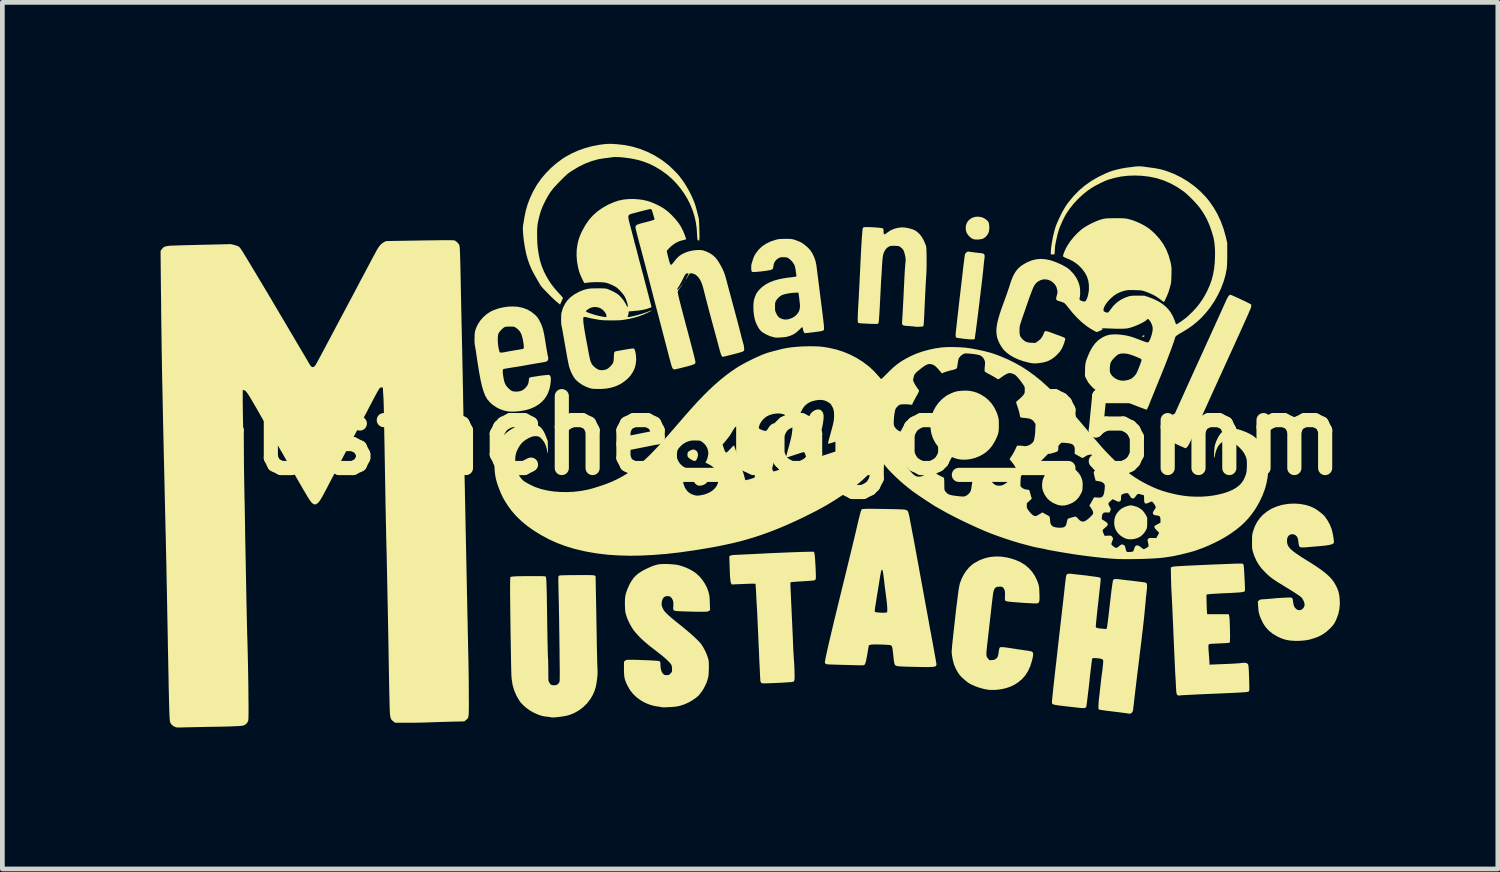
<source format=kicad_pcb>
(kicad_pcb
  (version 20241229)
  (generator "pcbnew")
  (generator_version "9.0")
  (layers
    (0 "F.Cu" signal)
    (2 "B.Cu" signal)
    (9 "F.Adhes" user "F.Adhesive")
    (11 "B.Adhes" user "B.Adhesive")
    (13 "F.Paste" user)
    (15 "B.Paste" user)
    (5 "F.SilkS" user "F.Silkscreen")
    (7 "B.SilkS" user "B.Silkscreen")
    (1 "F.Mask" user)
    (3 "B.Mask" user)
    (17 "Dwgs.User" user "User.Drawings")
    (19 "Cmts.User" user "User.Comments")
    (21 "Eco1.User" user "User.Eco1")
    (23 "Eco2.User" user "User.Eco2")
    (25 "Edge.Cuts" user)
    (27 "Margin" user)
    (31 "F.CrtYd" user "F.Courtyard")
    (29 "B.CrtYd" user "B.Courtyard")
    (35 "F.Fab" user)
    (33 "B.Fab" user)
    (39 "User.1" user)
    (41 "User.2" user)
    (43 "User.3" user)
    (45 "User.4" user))
  (footprint "mustache_logo_25mm"
    (layer "F.Cu")
    (at 12.852 6.183)
    (property "Reference" "mustache_logo_25mm" (at 0 0 0) (layer "F.SilkS") (effects (font (size 1.524 1.524) (thickness 0.3))))
    (attr board_only exclude_from_pos_files exclude_from_bom)
    (fp_poly (pts (xy -1.394 -3.254) (xy -1.395 -3.252) (xy -1.403 -3.244) (xy -1.404 -3.244) (xy -1.405 -3.249) (xy -1.403 -3.252) (xy -1.396 -3.259) (xy -1.394 -3.259)) (stroke (width 0) (type solid)) (fill yes) (layer "F.SilkS"))
    (fp_poly (pts (xy -1.378 -3.278) (xy -1.379 -3.275) (xy -1.387 -3.268) (xy -1.388 -3.267) (xy -1.389 -3.273) (xy -1.387 -3.275) (xy -1.38 -3.283) (xy -1.378 -3.283)) (stroke (width 0) (type solid)) (fill yes) (layer "F.SilkS"))
    (fp_poly (pts (xy 8.361 -2.117) (xy 8.362 -2.109) (xy 8.353 -2.098) (xy 8.337 -2.092) (xy 8.32 -2.093) (xy 8.312 -2.098) (xy 8.314 -2.107) (xy 8.326 -2.116) (xy 8.344 -2.122) (xy 8.351 -2.123)) (stroke (width 0) (type solid)) (fill yes) (layer "F.SilkS"))
    (fp_poly (pts (xy -1.19 0.299) (xy -1.175 0.303) (xy -1.141 0.321) (xy -1.118 0.35) (xy -1.106 0.386) (xy -1.106 0.429) (xy -1.118 0.475) (xy -1.124 0.49) (xy -1.14 0.519) (xy -1.156 0.535) (xy -1.176 0.54) (xy -1.203 0.533) (xy -1.231 0.52) (xy -1.26 0.503) (xy -1.288 0.483) (xy -1.3 0.473) (xy -1.316 0.456) (xy -1.325 0.44) (xy -1.327 0.419) (xy -1.328 0.404) (xy -1.325 0.375) (xy -1.317 0.353) (xy -1.299 0.335) (xy -1.27 0.319) (xy -1.25 0.31) (xy -1.225 0.3) (xy -1.207 0.297)) (stroke (width 0) (type solid)) (fill yes) (layer "F.SilkS"))
    (fp_poly (pts (xy -1.098 0.743) (xy -1.075 0.749) (xy -1.043 0.761) (xy -1.01 0.776) (xy -1.001 0.781) (xy -0.955 0.807) (xy -0.924 0.833) (xy -0.905 0.863) (xy -0.896 0.899) (xy -0.894 0.922) (xy -0.896 0.953) (xy -0.903 0.975) (xy -0.916 0.996) (xy -0.944 1.023) (xy -0.981 1.044) (xy -1.022 1.058) (xy -1.063 1.064) (xy -1.101 1.061) (xy -1.125 1.051) (xy -1.147 1.034) (xy -1.166 1.017) (xy -1.181 0.996) (xy -1.196 0.968) (xy -1.208 0.938) (xy -1.215 0.913) (xy -1.216 0.904) (xy -1.212 0.88) (xy -1.201 0.847) (xy -1.186 0.813) (xy -1.169 0.783) (xy -1.157 0.766) (xy -1.141 0.749) (xy -1.128 0.741) (xy -1.111 0.741)) (stroke (width 0) (type solid)) (fill yes) (layer "F.SilkS"))
    (fp_poly (pts (xy 4.882 -4.634) (xy 4.939 -4.617) (xy 4.99 -4.59) (xy 5.033 -4.553) (xy 5.049 -4.533) (xy 5.061 -4.506) (xy 5.068 -4.468) (xy 5.072 -4.424) (xy 5.071 -4.377) (xy 5.065 -4.333) (xy 5.06 -4.313) (xy 5.043 -4.273) (xy 5.016 -4.235) (xy 4.982 -4.202) (xy 4.946 -4.177) (xy 4.921 -4.168) (xy 4.874 -4.159) (xy 4.826 -4.154) (xy 4.781 -4.155) (xy 4.756 -4.158) (xy 4.714 -4.171) (xy 4.676 -4.195) (xy 4.637 -4.232) (xy 4.632 -4.238) (xy 4.597 -4.287) (xy 4.577 -4.341) (xy 4.571 -4.396) (xy 4.578 -4.459) (xy 4.598 -4.513) (xy 4.631 -4.559) (xy 4.678 -4.598) (xy 4.711 -4.616) (xy 4.765 -4.634) (xy 4.823 -4.64)) (stroke (width 0) (type solid)) (fill yes) (layer "F.SilkS"))
    (fp_poly (pts (xy 8.102 1.485) (xy 8.127 1.49) (xy 8.204 1.513) (xy 8.27 1.548) (xy 8.325 1.593) (xy 8.37 1.651) (xy 8.39 1.685) (xy 8.419 1.739) (xy 8.419 1.846) (xy 8.419 1.89) (xy 8.417 1.922) (xy 8.415 1.946) (xy 8.411 1.965) (xy 8.404 1.983) (xy 8.399 1.995) (xy 8.371 2.043) (xy 8.334 2.089) (xy 8.293 2.128) (xy 8.27 2.145) (xy 8.212 2.174) (xy 8.147 2.193) (xy 8.08 2.201) (xy 8.015 2.198) (xy 7.982 2.191) (xy 7.918 2.165) (xy 7.858 2.126) (xy 7.804 2.076) (xy 7.774 2.037) (xy 7.743 1.98) (xy 7.725 1.916) (xy 7.719 1.849) (xy 7.724 1.781) (xy 7.741 1.717) (xy 7.77 1.659) (xy 7.778 1.647) (xy 7.827 1.59) (xy 7.88 1.546) (xy 7.942 1.514) (xy 8.003 1.494) (xy 8.036 1.486) (xy 8.06 1.482) (xy 8.08 1.481)) (stroke (width 0) (type solid)) (fill yes) (layer "F.SilkS"))
    (fp_poly (pts (xy 6.63 0.621) (xy 6.666 0.623) (xy 6.699 0.626) (xy 6.725 0.631) (xy 6.728 0.632) (xy 6.807 0.663) (xy 6.876 0.707) (xy 6.916 0.741) (xy 6.963 0.792) (xy 6.998 0.84) (xy 7.023 0.891) (xy 7.036 0.929) (xy 7.044 0.959) (xy 7.049 0.986) (xy 7.051 1.016) (xy 7.051 1.054) (xy 7.05 1.077) (xy 7.048 1.117) (xy 7.046 1.146) (xy 7.041 1.17) (xy 7.033 1.193) (xy 7.021 1.221) (xy 7.013 1.236) (xy 6.971 1.308) (xy 6.918 1.367) (xy 6.856 1.414) (xy 6.821 1.433) (xy 6.746 1.464) (xy 6.676 1.482) (xy 6.61 1.486) (xy 6.545 1.477) (xy 6.503 1.464) (xy 6.421 1.428) (xy 6.351 1.382) (xy 6.294 1.326) (xy 6.248 1.26) (xy 6.212 1.183) (xy 6.205 1.162) (xy 6.195 1.117) (xy 6.191 1.063) (xy 6.193 1.008) (xy 6.201 0.956) (xy 6.204 0.942) (xy 6.235 0.864) (xy 6.279 0.794) (xy 6.335 0.734) (xy 6.402 0.684) (xy 6.429 0.669) (xy 6.459 0.655) (xy 6.486 0.643) (xy 6.505 0.637) (xy 6.51 0.636) (xy 6.525 0.633) (xy 6.531 0.628) (xy 6.541 0.624) (xy 6.564 0.621) (xy 6.595 0.62)) (stroke (width 0) (type solid)) (fill yes) (layer "F.SilkS"))
    (fp_poly (pts (xy 4.651 -0.947) (xy 4.732 -0.932) (xy 4.81 -0.907) (xy 4.88 -0.875) (xy 4.973 -0.819) (xy 5.054 -0.751) (xy 5.125 -0.673) (xy 5.183 -0.583) (xy 5.23 -0.484) (xy 5.248 -0.434) (xy 5.257 -0.403) (xy 5.264 -0.377) (xy 5.269 -0.353) (xy 5.272 -0.327) (xy 5.273 -0.295) (xy 5.274 -0.252) (xy 5.274 -0.223) (xy 5.274 -0.162) (xy 5.271 -0.111) (xy 5.265 -0.067) (xy 5.254 -0.025) (xy 5.239 0.018) (xy 5.217 0.067) (xy 5.19 0.121) (xy 5.137 0.21) (xy 5.076 0.286) (xy 5.003 0.353) (xy 4.954 0.388) (xy 4.867 0.437) (xy 4.773 0.475) (xy 4.675 0.5) (xy 4.576 0.512) (xy 4.479 0.511) (xy 4.408 0.5) (xy 4.338 0.48) (xy 4.263 0.45) (xy 4.189 0.411) (xy 4.121 0.367) (xy 4.063 0.321) (xy 3.99 0.243) (xy 3.929 0.159) (xy 3.881 0.069) (xy 3.848 -0.025) (xy 3.832 -0.101) (xy 3.824 -0.211) (xy 3.83 -0.319) (xy 3.852 -0.423) (xy 3.887 -0.522) (xy 3.937 -0.614) (xy 3.999 -0.699) (xy 4.074 -0.776) (xy 4.156 -0.839) (xy 4.187 -0.857) (xy 4.227 -0.878) (xy 4.27 -0.898) (xy 4.291 -0.907) (xy 4.333 -0.922) (xy 4.369 -0.933) (xy 4.406 -0.94) (xy 4.449 -0.945) (xy 4.466 -0.947) (xy 4.563 -0.952)) (stroke (width 0) (type solid)) (fill yes) (layer "F.SilkS"))
    (fp_poly (pts (xy 4.625 -3.9) (xy 4.638 -3.898) (xy 4.664 -3.894) (xy 4.7 -3.889) (xy 4.741 -3.884) (xy 4.786 -3.878) (xy 4.832 -3.873) (xy 4.874 -3.868) (xy 4.881 -3.868) (xy 4.923 -3.862) (xy 4.951 -3.852) (xy 4.967 -3.836) (xy 4.973 -3.811) (xy 4.972 -3.775) (xy 4.969 -3.758) (xy 4.966 -3.729) (xy 4.961 -3.689) (xy 4.956 -3.643) (xy 4.951 -3.594) (xy 4.949 -3.573) (xy 4.945 -3.533) (xy 4.94 -3.481) (xy 4.933 -3.419) (xy 4.925 -3.349) (xy 4.916 -3.27) (xy 4.906 -3.185) (xy 4.895 -3.096) (xy 4.884 -3.002) (xy 4.872 -2.907) (xy 4.861 -2.81) (xy 4.849 -2.714) (xy 4.837 -2.619) (xy 4.826 -2.527) (xy 4.815 -2.439) (xy 4.804 -2.357) (xy 4.794 -2.282) (xy 4.786 -2.214) (xy 4.778 -2.157) (xy 4.771 -2.11) (xy 4.766 -2.075) (xy 4.763 -2.053) (xy 4.761 -2.046) (xy 4.748 -2.04) (xy 4.722 -2.037) (xy 4.682 -2.037) (xy 4.629 -2.041) (xy 4.56 -2.048) (xy 4.53 -2.051) (xy 4.487 -2.057) (xy 4.447 -2.062) (xy 4.415 -2.067) (xy 4.393 -2.07) (xy 4.389 -2.071) (xy 4.372 -2.077) (xy 4.362 -2.09) (xy 4.358 -2.112) (xy 4.358 -2.145) (xy 4.36 -2.169) (xy 4.365 -2.219) (xy 4.372 -2.283) (xy 4.381 -2.36) (xy 4.39 -2.447) (xy 4.401 -2.543) (xy 4.413 -2.646) (xy 4.425 -2.754) (xy 4.438 -2.867) (xy 4.451 -2.981) (xy 4.465 -3.095) (xy 4.478 -3.208) (xy 4.491 -3.318) (xy 4.503 -3.423) (xy 4.514 -3.52) (xy 4.525 -3.61) (xy 4.535 -3.689) (xy 4.543 -3.757) (xy 4.547 -3.788) (xy 4.552 -3.821) (xy 4.557 -3.843) (xy 4.565 -3.858) (xy 4.578 -3.872) (xy 4.583 -3.878) (xy 4.605 -3.895) (xy 4.622 -3.901)) (stroke (width 0) (type solid)) (fill yes) (layer "F.SilkS"))
    (fp_poly (pts (xy 10.192 -2.981) (xy 10.211 -2.974) (xy 10.236 -2.964) (xy 10.271 -2.948) (xy 10.318 -2.927) (xy 10.371 -2.903) (xy 10.419 -2.88) (xy 10.467 -2.858) (xy 10.511 -2.837) (xy 10.546 -2.819) (xy 10.569 -2.807) (xy 10.625 -2.777) (xy 10.624 -2.742) (xy 10.624 -2.738) (xy 10.624 -2.733) (xy 10.623 -2.728) (xy 10.621 -2.721) (xy 10.618 -2.712) (xy 10.614 -2.701) (xy 10.609 -2.686) (xy 10.601 -2.668) (xy 10.591 -2.645) (xy 10.579 -2.617) (xy 10.565 -2.583) (xy 10.547 -2.543) (xy 10.526 -2.497) (xy 10.502 -2.443) (xy 10.474 -2.38) (xy 10.442 -2.309) (xy 10.406 -2.229) (xy 10.365 -2.139) (xy 10.319 -2.039) (xy 10.269 -1.927) (xy 10.213 -1.804) (xy 10.151 -1.669) (xy 10.083 -1.52) (xy 10.01 -1.358) (xy 9.961 -1.252) (xy 9.915 -1.15) (xy 9.866 -1.043) (xy 9.816 -0.933) (xy 9.766 -0.823) (xy 9.717 -0.714) (xy 9.67 -0.61) (xy 9.625 -0.512) (xy 9.585 -0.423) (xy 9.549 -0.344) (xy 9.532 -0.306) (xy 9.487 -0.205) (xy 9.447 -0.118) (xy 9.413 -0.043) (xy 9.384 0.021) (xy 9.36 0.074) (xy 9.339 0.117) (xy 9.322 0.153) (xy 9.308 0.181) (xy 9.296 0.202) (xy 9.286 0.219) (xy 9.278 0.231) (xy 9.271 0.24) (xy 9.264 0.247) (xy 9.261 0.249) (xy 9.245 0.263) (xy 9.233 0.27) (xy 9.231 0.27) (xy 9.223 0.267) (xy 9.202 0.258) (xy 9.171 0.244) (xy 9.13 0.226) (xy 9.083 0.205) (xy 9.031 0.181) (xy 9.027 0.179) (xy 8.974 0.154) (xy 8.925 0.131) (xy 8.881 0.11) (xy 8.846 0.093) (xy 8.821 0.08) (xy 8.809 0.073) (xy 8.809 0.072) (xy 8.801 0.067) (xy 8.795 0.062) (xy 8.791 0.056) (xy 8.789 0.048) (xy 8.789 0.037) (xy 8.792 0.022) (xy 8.799 0.002) (xy 8.808 -0.024) (xy 8.822 -0.059) (xy 8.841 -0.101) (xy 8.864 -0.153) (xy 8.892 -0.216) (xy 8.926 -0.291) (xy 8.966 -0.379) (xy 8.983 -0.417) (xy 9.011 -0.477) (xy 9.043 -0.548) (xy 9.079 -0.628) (xy 9.117 -0.712) (xy 9.156 -0.798) (xy 9.194 -0.882) (xy 9.23 -0.962) (xy 9.235 -0.974) (xy 9.272 -1.055) (xy 9.313 -1.146) (xy 9.358 -1.245) (xy 9.404 -1.346) (xy 9.45 -1.448) (xy 9.494 -1.544) (xy 9.535 -1.633) (xy 9.544 -1.654) (xy 9.583 -1.738) (xy 9.624 -1.828) (xy 9.666 -1.922) (xy 9.71 -2.019) (xy 9.755 -2.117) (xy 9.799 -2.214) (xy 9.843 -2.31) (xy 9.885 -2.404) (xy 9.925 -2.492) (xy 9.963 -2.575) (xy 9.997 -2.651) (xy 10.028 -2.719) (xy 10.054 -2.777) (xy 10.075 -2.823) (xy 10.09 -2.857) (xy 10.094 -2.866) (xy 10.111 -2.901) (xy 10.129 -2.933) (xy 10.144 -2.957) (xy 10.153 -2.967) (xy 10.16 -2.974) (xy 10.166 -2.98) (xy 10.172 -2.983) (xy 10.18 -2.984)) (stroke (width 0) (type solid)) (fill yes) (layer "F.SilkS"))
    (fp_poly (pts (xy 1.363 2.49) (xy 1.366 2.505) (xy 1.37 2.533) (xy 1.374 2.572) (xy 1.378 2.619) (xy 1.381 2.673) (xy 1.385 2.73) (xy 1.388 2.789) (xy 1.391 2.846) (xy 1.393 2.901) (xy 1.394 2.95) (xy 1.395 2.991) (xy 1.394 3.022) (xy 1.393 3.04) (xy 1.392 3.043) (xy 1.38 3.06) (xy 1.373 3.067) (xy 1.362 3.07) (xy 1.336 3.074) (xy 1.297 3.078) (xy 1.246 3.082) (xy 1.184 3.086) (xy 1.136 3.089) (xy 1.077 3.093) (xy 1.021 3.096) (xy 0.971 3.1) (xy 0.93 3.103) (xy 0.9 3.105) (xy 0.883 3.107) (xy 0.882 3.108) (xy 0.855 3.113) (xy 0.856 3.184) (xy 0.857 3.206) (xy 0.858 3.242) (xy 0.86 3.29) (xy 0.863 3.349) (xy 0.866 3.416) (xy 0.869 3.49) (xy 0.873 3.569) (xy 0.877 3.651) (xy 0.878 3.673) (xy 0.882 3.766) (xy 0.887 3.866) (xy 0.892 3.969) (xy 0.896 4.071) (xy 0.901 4.169) (xy 0.905 4.261) (xy 0.908 4.342) (xy 0.91 4.392) (xy 0.913 4.463) (xy 0.916 4.531) (xy 0.92 4.595) (xy 0.923 4.652) (xy 0.926 4.699) (xy 0.928 4.736) (xy 0.93 4.758) (xy 0.932 4.785) (xy 0.935 4.825) (xy 0.937 4.874) (xy 0.94 4.928) (xy 0.942 4.984) (xy 0.942 5) (xy 0.944 5.064) (xy 0.944 5.114) (xy 0.943 5.152) (xy 0.941 5.179) (xy 0.936 5.198) (xy 0.929 5.21) (xy 0.918 5.218) (xy 0.905 5.222) (xy 0.894 5.224) (xy 0.875 5.227) (xy 0.841 5.23) (xy 0.797 5.233) (xy 0.744 5.236) (xy 0.685 5.24) (xy 0.622 5.243) (xy 0.557 5.246) (xy 0.493 5.249) (xy 0.432 5.251) (xy 0.381 5.253) (xy 0.332 5.254) (xy 0.297 5.254) (xy 0.272 5.254) (xy 0.256 5.252) (xy 0.246 5.249) (xy 0.24 5.244) (xy 0.238 5.242) (xy 0.226 5.227) (xy 0.22 5.218) (xy 0.219 5.209) (xy 0.217 5.185) (xy 0.215 5.148) (xy 0.212 5.098) (xy 0.209 5.036) (xy 0.206 4.965) (xy 0.202 4.884) (xy 0.197 4.795) (xy 0.193 4.699) (xy 0.189 4.598) (xy 0.184 4.492) (xy 0.183 4.475) (xy 0.178 4.365) (xy 0.174 4.257) (xy 0.169 4.153) (xy 0.164 4.054) (xy 0.16 3.962) (xy 0.156 3.877) (xy 0.153 3.801) (xy 0.149 3.736) (xy 0.147 3.682) (xy 0.144 3.642) (xy 0.143 3.617) (xy 0.14 3.569) (xy 0.136 3.51) (xy 0.133 3.445) (xy 0.13 3.38) (xy 0.127 3.325) (xy 0.125 3.274) (xy 0.122 3.229) (xy 0.119 3.191) (xy 0.117 3.163) (xy 0.115 3.148) (xy 0.114 3.146) (xy 0.111 3.144) (xy 0.104 3.143) (xy 0.091 3.142) (xy 0.071 3.141) (xy 0.043 3.141) (xy 0.006 3.142) (xy -0.042 3.144) (xy -0.102 3.146) (xy -0.175 3.149) (xy -0.262 3.153) (xy -0.271 3.153) (xy -0.388 3.158) (xy -0.401 3.138) (xy -0.407 3.123) (xy -0.413 3.097) (xy -0.418 3.061) (xy -0.423 3.013) (xy -0.427 2.952) (xy -0.43 2.877) (xy -0.433 2.787) (xy -0.434 2.754) (xy -0.44 2.562) (xy -0.418 2.548) (xy -0.41 2.544) (xy -0.398 2.54) (xy -0.382 2.537) (xy -0.358 2.534) (xy -0.325 2.532) (xy -0.282 2.529) (xy -0.226 2.527) (xy -0.157 2.524) (xy -0.153 2.523) (xy -0.083 2.52) (xy -0.011 2.517) (xy 0.06 2.514) (xy 0.126 2.51) (xy 0.184 2.507) (xy 0.23 2.505) (xy 0.231 2.505) (xy 0.278 2.502) (xy 0.337 2.499) (xy 0.405 2.496) (xy 0.481 2.492) (xy 0.563 2.489) (xy 0.648 2.485) (xy 0.735 2.482) (xy 0.821 2.478) (xy 0.906 2.475) (xy 0.986 2.472) (xy 1.06 2.47) (xy 1.126 2.467) (xy 1.182 2.466) (xy 1.225 2.465) (xy 1.255 2.464) (xy 1.352 2.464)) (stroke (width 0) (type solid)) (fill yes) (layer "F.SilkS"))
    (fp_poly (pts (xy -2.911 -6.182) (xy -2.855 -6.178) (xy -2.845 -6.178) (xy -2.669 -6.159) (xy -2.498 -6.125) (xy -2.333 -6.076) (xy -2.174 -6.013) (xy -2.022 -5.936) (xy -1.876 -5.845) (xy -1.741 -5.742) (xy -1.697 -5.703) (xy -1.648 -5.656) (xy -1.598 -5.607) (xy -1.551 -5.558) (xy -1.511 -5.513) (xy -1.494 -5.493) (xy -1.442 -5.424) (xy -1.388 -5.345) (xy -1.336 -5.26) (xy -1.288 -5.174) (xy -1.267 -5.133) (xy -1.233 -5.063) (xy -1.206 -5.001) (xy -1.183 -4.945) (xy -1.164 -4.891) (xy -1.146 -4.833) (xy -1.129 -4.768) (xy -1.125 -4.752) (xy -1.114 -4.709) (xy -1.104 -4.667) (xy -1.095 -4.632) (xy -1.089 -4.608) (xy -1.088 -4.603) (xy -1.085 -4.585) (xy -1.083 -4.553) (xy -1.08 -4.51) (xy -1.078 -4.458) (xy -1.076 -4.399) (xy -1.075 -4.351) (xy -1.074 -4.286) (xy -1.073 -4.236) (xy -1.073 -4.199) (xy -1.074 -4.171) (xy -1.075 -4.153) (xy -1.076 -4.142) (xy -1.079 -4.136) (xy -1.083 -4.134) (xy -1.087 -4.134) (xy -1.1 -4.136) (xy -1.109 -4.144) (xy -1.115 -4.159) (xy -1.119 -4.184) (xy -1.122 -4.222) (xy -1.123 -4.253) (xy -1.132 -4.392) (xy -1.15 -4.521) (xy -1.178 -4.645) (xy -1.216 -4.767) (xy -1.267 -4.893) (xy -1.274 -4.91) (xy -1.331 -5.022) (xy -1.4 -5.134) (xy -1.478 -5.243) (xy -1.564 -5.346) (xy -1.655 -5.44) (xy -1.748 -5.522) (xy -1.771 -5.54) (xy -1.89 -5.625) (xy -2.008 -5.696) (xy -2.127 -5.756) (xy -2.25 -5.804) (xy -2.379 -5.843) (xy -2.517 -5.872) (xy -2.665 -5.892) (xy -2.746 -5.9) (xy -2.805 -5.903) (xy -2.851 -5.905) (xy -2.888 -5.904) (xy -2.917 -5.9) (xy -2.945 -5.896) (xy -2.984 -5.891) (xy -3.029 -5.885) (xy -3.075 -5.88) (xy -3.081 -5.879) (xy -3.217 -5.857) (xy -3.355 -5.819) (xy -3.494 -5.766) (xy -3.632 -5.699) (xy -3.769 -5.617) (xy -3.778 -5.611) (xy -3.811 -5.589) (xy -3.841 -5.568) (xy -3.87 -5.545) (xy -3.9 -5.519) (xy -3.933 -5.488) (xy -3.973 -5.449) (xy -4.022 -5.4) (xy -4.023 -5.399) (xy -4.085 -5.335) (xy -4.137 -5.279) (xy -4.181 -5.228) (xy -4.219 -5.179) (xy -4.254 -5.129) (xy -4.286 -5.076) (xy -4.319 -5.016) (xy -4.34 -4.977) (xy -4.373 -4.91) (xy -4.399 -4.853) (xy -4.421 -4.8) (xy -4.439 -4.748) (xy -4.456 -4.692) (xy -4.468 -4.645) (xy -4.485 -4.578) (xy -4.497 -4.52) (xy -4.506 -4.467) (xy -4.511 -4.414) (xy -4.514 -4.357) (xy -4.515 -4.29) (xy -4.515 -4.261) (xy -4.514 -4.183) (xy -4.512 -4.116) (xy -4.509 -4.057) (xy -4.504 -4.001) (xy -4.497 -3.945) (xy -4.488 -3.883) (xy -4.481 -3.839) (xy -4.454 -3.711) (xy -4.417 -3.592) (xy -4.37 -3.477) (xy -4.353 -3.443) (xy -4.307 -3.356) (xy -4.261 -3.278) (xy -4.211 -3.205) (xy -4.156 -3.133) (xy -4.092 -3.059) (xy -4.051 -3.014) (xy -4.022 -2.983) (xy -3.998 -2.955) (xy -3.979 -2.934) (xy -3.969 -2.921) (xy -3.967 -2.918) (xy -3.97 -2.909) (xy -3.978 -2.889) (xy -3.99 -2.861) (xy -3.997 -2.845) (xy -4.028 -2.776) (xy -4.095 -2.83) (xy -4.122 -2.853) (xy -4.155 -2.884) (xy -4.194 -2.921) (xy -4.236 -2.961) (xy -4.278 -3.004) (xy -4.32 -3.046) (xy -4.358 -3.086) (xy -4.391 -3.122) (xy -4.417 -3.151) (xy -4.434 -3.172) (xy -4.437 -3.176) (xy -4.448 -3.194) (xy -4.462 -3.217) (xy -4.479 -3.246) (xy -4.502 -3.285) (xy -4.529 -3.333) (xy -4.564 -3.393) (xy -4.573 -3.411) (xy -4.628 -3.514) (xy -4.674 -3.62) (xy -4.713 -3.731) (xy -4.746 -3.849) (xy -4.772 -3.976) (xy -4.794 -4.114) (xy -4.806 -4.216) (xy -4.812 -4.28) (xy -4.815 -4.332) (xy -4.817 -4.374) (xy -4.816 -4.41) (xy -4.814 -4.443) (xy -4.81 -4.471) (xy -4.805 -4.497) (xy -4.799 -4.534) (xy -4.792 -4.578) (xy -4.785 -4.624) (xy -4.782 -4.639) (xy -4.755 -4.768) (xy -4.716 -4.901) (xy -4.665 -5.035) (xy -4.604 -5.166) (xy -4.534 -5.291) (xy -4.504 -5.338) (xy -4.42 -5.455) (xy -4.323 -5.568) (xy -4.216 -5.676) (xy -4.102 -5.775) (xy -3.982 -5.864) (xy -3.917 -5.906) (xy -3.784 -5.979) (xy -3.641 -6.043) (xy -3.492 -6.096) (xy -3.341 -6.136) (xy -3.202 -6.162) (xy -3.138 -6.171) (xy -3.087 -6.177) (xy -3.042 -6.181) (xy -3.001 -6.183) (xy -2.958 -6.183)) (stroke (width 0) (type solid)) (fill yes) (layer "F.SilkS"))
    (fp_poly (pts (xy 5.319 2.567) (xy 5.445 2.586) (xy 5.504 2.599) (xy 5.622 2.636) (xy 5.729 2.683) (xy 5.824 2.74) (xy 5.906 2.809) (xy 5.978 2.888) (xy 6.038 2.977) (xy 6.086 3.078) (xy 6.105 3.131) (xy 6.114 3.158) (xy 6.121 3.182) (xy 6.126 3.205) (xy 6.129 3.231) (xy 6.131 3.263) (xy 6.133 3.305) (xy 6.134 3.353) (xy 6.136 3.406) (xy 6.136 3.446) (xy 6.136 3.475) (xy 6.134 3.496) (xy 6.132 3.511) (xy 6.127 3.523) (xy 6.124 3.53) (xy 6.115 3.545) (xy 6.105 3.554) (xy 6.089 3.558) (xy 6.062 3.56) (xy 6.062 3.56) (xy 6.041 3.56) (xy 6.006 3.559) (xy 5.961 3.557) (xy 5.908 3.554) (xy 5.848 3.551) (xy 5.786 3.547) (xy 5.723 3.542) (xy 5.662 3.538) (xy 5.605 3.533) (xy 5.555 3.529) (xy 5.514 3.525) (xy 5.486 3.522) (xy 5.483 3.522) (xy 5.449 3.516) (xy 5.425 3.51) (xy 5.411 3.5) (xy 5.404 3.484) (xy 5.402 3.458) (xy 5.403 3.42) (xy 5.404 3.407) (xy 5.405 3.351) (xy 5.402 3.308) (xy 5.395 3.275) (xy 5.382 3.248) (xy 5.367 3.228) (xy 5.353 3.215) (xy 5.34 3.208) (xy 5.322 3.205) (xy 5.294 3.204) (xy 5.289 3.204) (xy 5.245 3.207) (xy 5.212 3.218) (xy 5.189 3.24) (xy 5.171 3.274) (xy 5.163 3.295) (xy 5.161 3.305) (xy 5.158 3.317) (xy 5.155 3.334) (xy 5.152 3.356) (xy 5.148 3.384) (xy 5.143 3.419) (xy 5.138 3.463) (xy 5.132 3.516) (xy 5.124 3.578) (xy 5.116 3.652) (xy 5.106 3.738) (xy 5.095 3.838) (xy 5.082 3.951) (xy 5.072 4.039) (xy 5.065 4.104) (xy 5.057 4.173) (xy 5.049 4.24) (xy 5.042 4.303) (xy 5.036 4.356) (xy 5.033 4.38) (xy 5.024 4.457) (xy 5.018 4.519) (xy 5.013 4.569) (xy 5.01 4.609) (xy 5.01 4.64) (xy 5.012 4.664) (xy 5.016 4.683) (xy 5.023 4.699) (xy 5.032 4.713) (xy 5.044 4.728) (xy 5.046 4.73) (xy 5.075 4.764) (xy 5.128 4.761) (xy 5.161 4.757) (xy 5.184 4.751) (xy 5.205 4.739) (xy 5.211 4.735) (xy 5.231 4.717) (xy 5.245 4.697) (xy 5.256 4.671) (xy 5.264 4.635) (xy 5.27 4.592) (xy 5.275 4.558) (xy 5.281 4.53) (xy 5.286 4.511) (xy 5.287 4.507) (xy 5.292 4.499) (xy 5.299 4.493) (xy 5.309 4.488) (xy 5.323 4.486) (xy 5.344 4.486) (xy 5.372 4.488) (xy 5.408 4.492) (xy 5.455 4.498) (xy 5.514 4.507) (xy 5.586 4.518) (xy 5.648 4.528) (xy 5.685 4.534) (xy 5.731 4.54) (xy 5.781 4.548) (xy 5.829 4.555) (xy 5.831 4.555) (xy 5.874 4.561) (xy 5.912 4.567) (xy 5.942 4.573) (xy 5.961 4.577) (xy 5.964 4.578) (xy 5.982 4.588) (xy 5.994 4.602) (xy 6 4.622) (xy 6.001 4.651) (xy 5.996 4.689) (xy 5.985 4.74) (xy 5.975 4.779) (xy 5.94 4.891) (xy 5.894 4.992) (xy 5.837 5.082) (xy 5.768 5.162) (xy 5.687 5.23) (xy 5.618 5.276) (xy 5.527 5.321) (xy 5.427 5.356) (xy 5.321 5.38) (xy 5.212 5.393) (xy 5.105 5.394) (xy 5.052 5.39) (xy 4.964 5.375) (xy 4.871 5.35) (xy 4.779 5.318) (xy 4.693 5.28) (xy 4.645 5.254) (xy 4.621 5.238) (xy 4.59 5.214) (xy 4.556 5.186) (xy 4.525 5.159) (xy 4.484 5.122) (xy 4.453 5.088) (xy 4.426 5.052) (xy 4.404 5.019) (xy 4.372 4.964) (xy 4.347 4.912) (xy 4.326 4.86) (xy 4.309 4.803) (xy 4.294 4.739) (xy 4.281 4.663) (xy 4.277 4.632) (xy 4.275 4.618) (xy 4.274 4.602) (xy 4.274 4.583) (xy 4.275 4.558) (xy 4.278 4.527) (xy 4.281 4.488) (xy 4.285 4.44) (xy 4.291 4.381) (xy 4.299 4.31) (xy 4.308 4.227) (xy 4.317 4.143) (xy 4.334 3.991) (xy 4.349 3.855) (xy 4.363 3.732) (xy 4.376 3.623) (xy 4.388 3.527) (xy 4.398 3.443) (xy 4.408 3.371) (xy 4.416 3.308) (xy 4.424 3.256) (xy 4.431 3.213) (xy 4.438 3.178) (xy 4.444 3.151) (xy 4.449 3.132) (xy 4.484 3.039) (xy 4.528 2.951) (xy 4.582 2.869) (xy 4.642 2.797) (xy 4.708 2.737) (xy 4.75 2.707) (xy 4.856 2.648) (xy 4.965 2.605) (xy 5.079 2.577) (xy 5.197 2.565)) (stroke (width 0) (type solid)) (fill yes) (layer "F.SilkS"))
    (fp_poly (pts (xy 11.658 1.451) (xy 11.769 1.47) (xy 11.872 1.501) (xy 11.949 1.535) (xy 11.98 1.552) (xy 12.017 1.577) (xy 12.057 1.605) (xy 12.097 1.635) (xy 12.132 1.664) (xy 12.16 1.689) (xy 12.176 1.706) (xy 12.242 1.799) (xy 12.292 1.89) (xy 12.328 1.98) (xy 12.338 2.015) (xy 12.349 2.065) (xy 12.36 2.116) (xy 12.368 2.165) (xy 12.374 2.208) (xy 12.378 2.242) (xy 12.378 2.251) (xy 12.377 2.265) (xy 12.372 2.278) (xy 12.364 2.289) (xy 12.35 2.299) (xy 12.329 2.307) (xy 12.302 2.315) (xy 12.265 2.323) (xy 12.219 2.33) (xy 12.162 2.337) (xy 12.093 2.344) (xy 12.011 2.351) (xy 11.915 2.359) (xy 11.844 2.365) (xy 11.785 2.37) (xy 11.738 2.372) (xy 11.704 2.373) (xy 11.679 2.371) (xy 11.662 2.366) (xy 11.651 2.358) (xy 11.643 2.347) (xy 11.639 2.338) (xy 11.635 2.321) (xy 11.629 2.293) (xy 11.625 2.259) (xy 11.623 2.246) (xy 11.618 2.207) (xy 11.611 2.18) (xy 11.602 2.158) (xy 11.593 2.143) (xy 11.566 2.115) (xy 11.531 2.098) (xy 11.494 2.092) (xy 11.459 2.097) (xy 11.428 2.114) (xy 11.426 2.116) (xy 11.404 2.143) (xy 11.39 2.173) (xy 11.384 2.211) (xy 11.383 2.234) (xy 11.385 2.267) (xy 11.391 2.299) (xy 11.402 2.329) (xy 11.418 2.358) (xy 11.442 2.389) (xy 11.474 2.421) (xy 11.515 2.455) (xy 11.566 2.493) (xy 11.628 2.536) (xy 11.701 2.584) (xy 11.788 2.639) (xy 11.802 2.647) (xy 11.906 2.712) (xy 11.997 2.771) (xy 12.076 2.825) (xy 12.144 2.875) (xy 12.203 2.921) (xy 12.254 2.966) (xy 12.298 3.009) (xy 12.336 3.052) (xy 12.369 3.096) (xy 12.398 3.142) (xy 12.425 3.191) (xy 12.426 3.193) (xy 12.454 3.253) (xy 12.474 3.31) (xy 12.488 3.371) (xy 12.498 3.44) (xy 12.504 3.561) (xy 12.494 3.677) (xy 12.47 3.788) (xy 12.434 3.886) (xy 12.412 3.934) (xy 12.392 3.973) (xy 12.37 4.007) (xy 12.344 4.039) (xy 12.31 4.076) (xy 12.287 4.099) (xy 12.219 4.16) (xy 12.147 4.212) (xy 12.068 4.255) (xy 11.98 4.291) (xy 11.88 4.321) (xy 11.863 4.326) (xy 11.791 4.34) (xy 11.709 4.349) (xy 11.622 4.354) (xy 11.536 4.353) (xy 11.456 4.347) (xy 11.437 4.345) (xy 11.374 4.334) (xy 11.317 4.319) (xy 11.26 4.298) (xy 11.198 4.271) (xy 11.168 4.255) (xy 11.078 4.201) (xy 11 4.138) (xy 10.932 4.065) (xy 10.876 3.98) (xy 10.829 3.883) (xy 10.804 3.817) (xy 10.793 3.782) (xy 10.785 3.748) (xy 10.779 3.712) (xy 10.775 3.667) (xy 10.772 3.631) (xy 10.765 3.518) (xy 10.788 3.497) (xy 10.799 3.487) (xy 10.812 3.481) (xy 10.829 3.477) (xy 10.854 3.474) (xy 10.891 3.471) (xy 10.897 3.471) (xy 10.937 3.468) (xy 10.987 3.464) (xy 11.042 3.46) (xy 11.095 3.455) (xy 11.11 3.453) (xy 11.167 3.448) (xy 11.232 3.444) (xy 11.297 3.44) (xy 11.355 3.437) (xy 11.362 3.437) (xy 11.411 3.435) (xy 11.447 3.434) (xy 11.472 3.437) (xy 11.489 3.444) (xy 11.499 3.456) (xy 11.505 3.476) (xy 11.509 3.504) (xy 11.512 3.527) (xy 11.518 3.561) (xy 11.525 3.594) (xy 11.532 3.618) (xy 11.533 3.618) (xy 11.549 3.647) (xy 11.574 3.674) (xy 11.601 3.694) (xy 11.619 3.701) (xy 11.656 3.703) (xy 11.69 3.692) (xy 11.72 3.669) (xy 11.743 3.639) (xy 11.755 3.603) (xy 11.756 3.573) (xy 11.746 3.534) (xy 11.728 3.491) (xy 11.704 3.452) (xy 11.696 3.441) (xy 11.681 3.426) (xy 11.655 3.406) (xy 11.619 3.38) (xy 11.572 3.349) (xy 11.514 3.311) (xy 11.443 3.266) (xy 11.358 3.215) (xy 11.321 3.192) (xy 11.246 3.146) (xy 11.183 3.107) (xy 11.13 3.072) (xy 11.084 3.041) (xy 11.044 3.011) (xy 11.008 2.982) (xy 10.973 2.951) (xy 10.938 2.917) (xy 10.915 2.894) (xy 10.842 2.816) (xy 10.783 2.736) (xy 10.734 2.653) (xy 10.693 2.562) (xy 10.664 2.476) (xy 10.656 2.45) (xy 10.65 2.427) (xy 10.646 2.404) (xy 10.644 2.379) (xy 10.642 2.347) (xy 10.642 2.305) (xy 10.642 2.258) (xy 10.642 2.204) (xy 10.643 2.162) (xy 10.644 2.13) (xy 10.647 2.103) (xy 10.652 2.077) (xy 10.658 2.05) (xy 10.663 2.033) (xy 10.699 1.93) (xy 10.748 1.835) (xy 10.809 1.749) (xy 10.882 1.672) (xy 10.966 1.606) (xy 11.06 1.55) (xy 11.164 1.505) (xy 11.276 1.471) (xy 11.396 1.451) (xy 11.425 1.448) (xy 11.542 1.443)) (stroke (width 0) (type solid)) (fill yes) (layer "F.SilkS"))
    (fp_poly (pts (xy 2.503 -4.418) (xy 2.547 -4.417) (xy 2.631 -4.413) (xy 2.699 -4.408) (xy 2.753 -4.403) (xy 2.791 -4.397) (xy 2.814 -4.391) (xy 2.819 -4.388) (xy 2.826 -4.372) (xy 2.83 -4.343) (xy 2.83 -4.33) (xy 2.832 -4.295) (xy 2.836 -4.274) (xy 2.844 -4.265) (xy 2.857 -4.267) (xy 2.863 -4.27) (xy 2.879 -4.28) (xy 2.902 -4.296) (xy 2.92 -4.31) (xy 2.983 -4.351) (xy 3.055 -4.382) (xy 3.134 -4.403) (xy 3.214 -4.412) (xy 3.23 -4.412) (xy 3.279 -4.409) (xy 3.337 -4.4) (xy 3.395 -4.386) (xy 3.449 -4.369) (xy 3.481 -4.357) (xy 3.54 -4.32) (xy 3.594 -4.27) (xy 3.643 -4.206) (xy 3.686 -4.129) (xy 3.718 -4.052) (xy 3.725 -4.035) (xy 3.729 -4.018) (xy 3.733 -4.001) (xy 3.736 -3.981) (xy 3.738 -3.956) (xy 3.739 -3.923) (xy 3.741 -3.88) (xy 3.742 -3.825) (xy 3.742 -3.775) (xy 3.743 -3.628) (xy 3.74 -3.49) (xy 3.733 -3.366) (xy 3.73 -3.315) (xy 3.726 -3.251) (xy 3.722 -3.177) (xy 3.718 -3.097) (xy 3.714 -3.012) (xy 3.709 -2.928) (xy 3.706 -2.845) (xy 3.705 -2.83) (xy 3.7 -2.728) (xy 3.696 -2.641) (xy 3.693 -2.568) (xy 3.69 -2.507) (xy 3.687 -2.457) (xy 3.685 -2.417) (xy 3.683 -2.385) (xy 3.681 -2.362) (xy 3.679 -2.345) (xy 3.677 -2.333) (xy 3.675 -2.325) (xy 3.672 -2.321) (xy 3.67 -2.317) (xy 3.667 -2.315) (xy 3.655 -2.312) (xy 3.632 -2.309) (xy 3.601 -2.307) (xy 3.568 -2.305) (xy 3.536 -2.305) (xy 3.51 -2.306) (xy 3.493 -2.308) (xy 3.489 -2.309) (xy 3.48 -2.311) (xy 3.458 -2.313) (xy 3.427 -2.316) (xy 3.387 -2.319) (xy 3.367 -2.321) (xy 3.32 -2.324) (xy 3.287 -2.327) (xy 3.264 -2.331) (xy 3.25 -2.335) (xy 3.24 -2.34) (xy 3.233 -2.347) (xy 3.233 -2.347) (xy 3.224 -2.361) (xy 3.221 -2.378) (xy 3.222 -2.403) (xy 3.223 -2.413) (xy 3.224 -2.433) (xy 3.227 -2.468) (xy 3.229 -2.516) (xy 3.233 -2.576) (xy 3.237 -2.648) (xy 3.241 -2.729) (xy 3.246 -2.818) (xy 3.251 -2.915) (xy 3.256 -3.017) (xy 3.261 -3.124) (xy 3.267 -3.235) (xy 3.271 -3.323) (xy 3.274 -3.389) (xy 3.278 -3.454) (xy 3.282 -3.516) (xy 3.286 -3.57) (xy 3.289 -3.615) (xy 3.292 -3.648) (xy 3.293 -3.655) (xy 3.297 -3.693) (xy 3.298 -3.723) (xy 3.297 -3.75) (xy 3.293 -3.781) (xy 3.285 -3.821) (xy 3.272 -3.874) (xy 3.258 -3.915) (xy 3.239 -3.947) (xy 3.214 -3.974) (xy 3.188 -3.994) (xy 3.173 -4.005) (xy 3.158 -4.012) (xy 3.141 -4.017) (xy 3.117 -4.019) (xy 3.083 -4.021) (xy 3.068 -4.021) (xy 3.028 -4.022) (xy 2.999 -4.021) (xy 2.978 -4.019) (xy 2.96 -4.013) (xy 2.946 -4.007) (xy 2.9 -3.976) (xy 2.863 -3.932) (xy 2.835 -3.875) (xy 2.819 -3.823) (xy 2.815 -3.799) (xy 2.81 -3.762) (xy 2.806 -3.717) (xy 2.802 -3.666) (xy 2.799 -3.614) (xy 2.798 -3.613) (xy 2.795 -3.556) (xy 2.792 -3.495) (xy 2.788 -3.436) (xy 2.785 -3.384) (xy 2.783 -3.351) (xy 2.781 -3.322) (xy 2.778 -3.28) (xy 2.775 -3.225) (xy 2.772 -3.161) (xy 2.768 -3.089) (xy 2.764 -3.012) (xy 2.76 -2.93) (xy 2.756 -2.847) (xy 2.755 -2.838) (xy 2.751 -2.758) (xy 2.747 -2.682) (xy 2.743 -2.612) (xy 2.739 -2.549) (xy 2.735 -2.494) (xy 2.732 -2.451) (xy 2.729 -2.42) (xy 2.727 -2.402) (xy 2.727 -2.4) (xy 2.718 -2.378) (xy 2.704 -2.368) (xy 2.697 -2.366) (xy 2.683 -2.365) (xy 2.656 -2.365) (xy 2.618 -2.366) (xy 2.571 -2.367) (xy 2.519 -2.369) (xy 2.488 -2.371) (xy 2.427 -2.374) (xy 2.379 -2.376) (xy 2.344 -2.379) (xy 2.32 -2.382) (xy 2.304 -2.385) (xy 2.294 -2.389) (xy 2.292 -2.392) (xy 2.288 -2.399) (xy 2.285 -2.412) (xy 2.283 -2.431) (xy 2.282 -2.458) (xy 2.282 -2.494) (xy 2.284 -2.54) (xy 2.286 -2.597) (xy 2.289 -2.667) (xy 2.294 -2.751) (xy 2.297 -2.812) (xy 2.301 -2.873) (xy 2.305 -2.946) (xy 2.309 -3.031) (xy 2.314 -3.123) (xy 2.319 -3.222) (xy 2.324 -3.324) (xy 2.329 -3.426) (xy 2.334 -3.527) (xy 2.337 -3.589) (xy 2.342 -3.701) (xy 2.347 -3.798) (xy 2.351 -3.883) (xy 2.355 -3.957) (xy 2.359 -4.023) (xy 2.362 -4.082) (xy 2.366 -4.135) (xy 2.369 -4.186) (xy 2.373 -4.235) (xy 2.377 -4.285) (xy 2.381 -4.336) (xy 2.382 -4.347) (xy 2.385 -4.373) (xy 2.388 -4.392) (xy 2.396 -4.405) (xy 2.409 -4.414) (xy 2.43 -4.418) (xy 2.461 -4.419)) (stroke (width 0) (type solid)) (fill yes) (layer "F.SilkS"))
    (fp_poly (pts (xy -4.923 -2.729) (xy -4.822 -2.708) (xy -4.728 -2.674) (xy -4.643 -2.626) (xy -4.566 -2.565) (xy -4.565 -2.564) (xy -4.534 -2.534) (xy -4.511 -2.508) (xy -4.491 -2.48) (xy -4.472 -2.447) (xy -4.457 -2.418) (xy -4.438 -2.38) (xy -4.422 -2.344) (xy -4.408 -2.307) (xy -4.395 -2.267) (xy -4.383 -2.223) (xy -4.372 -2.172) (xy -4.36 -2.111) (xy -4.348 -2.04) (xy -4.334 -1.955) (xy -4.333 -1.948) (xy -4.323 -1.885) (xy -4.313 -1.827) (xy -4.304 -1.776) (xy -4.297 -1.732) (xy -4.29 -1.699) (xy -4.286 -1.679) (xy -4.285 -1.674) (xy -4.277 -1.635) (xy -4.284 -1.602) (xy -4.295 -1.585) (xy -4.301 -1.579) (xy -4.309 -1.574) (xy -4.32 -1.569) (xy -4.336 -1.564) (xy -4.358 -1.559) (xy -4.39 -1.552) (xy -4.432 -1.545) (xy -4.486 -1.536) (xy -4.548 -1.526) (xy -4.607 -1.516) (xy -4.662 -1.506) (xy -4.709 -1.498) (xy -4.748 -1.491) (xy -4.776 -1.486) (xy -4.791 -1.483) (xy -4.792 -1.483) (xy -4.803 -1.481) (xy -4.826 -1.476) (xy -4.862 -1.47) (xy -4.906 -1.463) (xy -4.957 -1.455) (xy -5.009 -1.447) (xy -5.065 -1.438) (xy -5.116 -1.43) (xy -5.16 -1.422) (xy -5.195 -1.416) (xy -5.218 -1.412) (xy -5.227 -1.41) (xy -5.237 -1.402) (xy -5.243 -1.385) (xy -5.244 -1.359) (xy -5.242 -1.321) (xy -5.236 -1.278) (xy -5.226 -1.211) (xy -5.214 -1.158) (xy -5.201 -1.115) (xy -5.184 -1.078) (xy -5.163 -1.045) (xy -5.135 -1.014) (xy -5.105 -0.984) (xy -5.073 -0.958) (xy -5.04 -0.941) (xy -5.002 -0.933) (xy -4.954 -0.931) (xy -4.932 -0.932) (xy -4.879 -0.939) (xy -4.834 -0.955) (xy -4.793 -0.982) (xy -4.761 -1.012) (xy -4.725 -1.055) (xy -4.703 -1.1) (xy -4.692 -1.152) (xy -4.691 -1.165) (xy -4.688 -1.194) (xy -4.684 -1.213) (xy -4.677 -1.223) (xy -4.667 -1.23) (xy -4.652 -1.234) (xy -4.624 -1.24) (xy -4.586 -1.246) (xy -4.542 -1.253) (xy -4.493 -1.261) (xy -4.443 -1.268) (xy -4.394 -1.274) (xy -4.349 -1.279) (xy -4.311 -1.283) (xy -4.283 -1.285) (xy -4.267 -1.285) (xy -4.266 -1.285) (xy -4.245 -1.274) (xy -4.231 -1.252) (xy -4.224 -1.218) (xy -4.224 -1.171) (xy -4.225 -1.161) (xy -4.236 -1.065) (xy -4.255 -0.981) (xy -4.282 -0.905) (xy -4.318 -0.835) (xy -4.359 -0.775) (xy -4.412 -0.716) (xy -4.478 -0.662) (xy -4.554 -0.614) (xy -4.637 -0.576) (xy -4.698 -0.554) (xy -4.776 -0.535) (xy -4.859 -0.52) (xy -4.943 -0.51) (xy -5.024 -0.506) (xy -5.096 -0.507) (xy -5.12 -0.51) (xy -5.211 -0.527) (xy -5.298 -0.557) (xy -5.38 -0.599) (xy -5.455 -0.649) (xy -5.52 -0.708) (xy -5.575 -0.774) (xy -5.616 -0.846) (xy -5.624 -0.865) (xy -5.643 -0.915) (xy -5.661 -0.969) (xy -5.679 -1.028) (xy -5.695 -1.095) (xy -5.712 -1.17) (xy -5.728 -1.254) (xy -5.745 -1.349) (xy -5.763 -1.457) (xy -5.782 -1.578) (xy -5.792 -1.649) (xy -5.801 -1.707) (xy -5.809 -1.763) (xy -5.817 -1.815) (xy -5.825 -1.859) (xy -5.83 -1.892) (xy -5.833 -1.903) (xy -5.838 -1.939) (xy -5.842 -1.978) (xy -5.842 -2.025) (xy -5.842 -2.048) (xy -5.349 -2.048) (xy -5.348 -1.991) (xy -5.343 -1.931) (xy -5.335 -1.873) (xy -5.328 -1.835) (xy -5.32 -1.802) (xy -5.314 -1.779) (xy -5.309 -1.767) (xy -5.295 -1.759) (xy -5.271 -1.758) (xy -5.234 -1.762) (xy -5.214 -1.765) (xy -5.183 -1.771) (xy -5.142 -1.779) (xy -5.093 -1.788) (xy -5.041 -1.797) (xy -4.989 -1.806) (xy -4.94 -1.814) (xy -4.897 -1.821) (xy -4.866 -1.827) (xy -4.854 -1.828) (xy -4.828 -1.834) (xy -4.808 -1.84) (xy -4.801 -1.846) (xy -4.797 -1.861) (xy -4.797 -1.889) (xy -4.8 -1.925) (xy -4.806 -1.968) (xy -4.814 -2.014) (xy -4.823 -2.059) (xy -4.834 -2.101) (xy -4.845 -2.137) (xy -4.852 -2.155) (xy -4.882 -2.209) (xy -4.924 -2.254) (xy -4.963 -2.283) (xy -4.981 -2.294) (xy -4.996 -2.302) (xy -5.013 -2.306) (xy -5.034 -2.309) (xy -5.064 -2.309) (xy -5.096 -2.309) (xy -5.137 -2.309) (xy -5.166 -2.307) (xy -5.186 -2.304) (xy -5.202 -2.299) (xy -5.216 -2.292) (xy -5.216 -2.291) (xy -5.244 -2.27) (xy -5.274 -2.241) (xy -5.303 -2.209) (xy -5.326 -2.179) (xy -5.331 -2.17) (xy -5.341 -2.14) (xy -5.347 -2.099) (xy -5.349 -2.048) (xy -5.842 -2.048) (xy -5.841 -2.082) (xy -5.84 -2.129) (xy -5.837 -2.164) (xy -5.834 -2.192) (xy -5.829 -2.217) (xy -5.821 -2.243) (xy -5.809 -2.274) (xy -5.809 -2.277) (xy -5.77 -2.361) (xy -5.717 -2.44) (xy -5.654 -2.512) (xy -5.582 -2.575) (xy -5.504 -2.626) (xy -5.438 -2.657) (xy -5.332 -2.694) (xy -5.23 -2.718) (xy -5.128 -2.732) (xy -5.032 -2.736)) (stroke (width 0) (type solid)) (fill yes) (layer "F.SilkS"))
    (fp_poly (pts (xy -3.412 2.959) (xy -3.376 2.96) (xy -3.348 2.96) (xy -3.328 2.962) (xy -3.314 2.964) (xy -3.304 2.966) (xy -3.297 2.969) (xy -3.293 2.971) (xy -3.275 2.985) (xy -3.268 3.383) (xy -3.266 3.467) (xy -3.264 3.564) (xy -3.262 3.671) (xy -3.26 3.784) (xy -3.258 3.901) (xy -3.256 4.019) (xy -3.254 4.134) (xy -3.252 4.243) (xy -3.251 4.297) (xy -3.25 4.39) (xy -3.248 4.482) (xy -3.246 4.57) (xy -3.244 4.652) (xy -3.242 4.728) (xy -3.241 4.796) (xy -3.239 4.852) (xy -3.237 4.897) (xy -3.236 4.928) (xy -3.236 4.931) (xy -3.233 4.986) (xy -3.233 5.034) (xy -3.235 5.08) (xy -3.24 5.131) (xy -3.244 5.169) (xy -3.258 5.264) (xy -3.276 5.347) (xy -3.3 5.422) (xy -3.331 5.492) (xy -3.37 5.561) (xy -3.388 5.59) (xy -3.455 5.677) (xy -3.534 5.755) (xy -3.622 5.823) (xy -3.717 5.878) (xy -3.818 5.92) (xy -3.866 5.935) (xy -3.902 5.943) (xy -3.945 5.951) (xy -3.993 5.959) (xy -4.041 5.965) (xy -4.089 5.971) (xy -4.133 5.975) (xy -4.17 5.977) (xy -4.197 5.978) (xy -4.213 5.976) (xy -4.215 5.975) (xy -4.224 5.972) (xy -4.245 5.969) (xy -4.275 5.965) (xy -4.297 5.962) (xy -4.343 5.957) (xy -4.379 5.951) (xy -4.412 5.944) (xy -4.447 5.933) (xy -4.487 5.919) (xy -4.522 5.905) (xy -4.597 5.871) (xy -4.673 5.826) (xy -4.744 5.775) (xy -4.808 5.719) (xy -4.862 5.662) (xy -4.888 5.627) (xy -4.95 5.522) (xy -4.999 5.409) (xy -5.034 5.291) (xy -5.054 5.164) (xy -5.06 5.092) (xy -5.061 5.065) (xy -5.062 5.023) (xy -5.064 4.969) (xy -5.065 4.902) (xy -5.067 4.825) (xy -5.068 4.74) (xy -5.07 4.646) (xy -5.072 4.546) (xy -5.073 4.441) (xy -5.075 4.333) (xy -5.077 4.222) (xy -5.079 4.111) (xy -5.08 4) (xy -5.082 3.891) (xy -5.083 3.786) (xy -5.084 3.685) (xy -5.085 3.59) (xy -5.086 3.503) (xy -5.087 3.424) (xy -5.088 3.356) (xy -5.088 3.299) (xy -5.088 3.274) (xy -5.088 3.198) (xy -5.087 3.136) (xy -5.087 3.087) (xy -5.085 3.05) (xy -5.084 3.024) (xy -5.082 3.008) (xy -5.079 3) (xy -5.078 2.999) (xy -5.067 2.995) (xy -5.044 2.991) (xy -5.009 2.988) (xy -4.961 2.985) (xy -4.9 2.983) (xy -4.825 2.982) (xy -4.735 2.981) (xy -4.63 2.981) (xy -4.628 2.981) (xy -4.552 2.981) (xy -4.491 2.981) (xy -4.442 2.981) (xy -4.405 2.982) (xy -4.377 2.983) (xy -4.358 2.985) (xy -4.345 2.987) (xy -4.337 2.99) (xy -4.334 2.992) (xy -4.331 2.998) (xy -4.328 3.007) (xy -4.325 3.021) (xy -4.323 3.041) (xy -4.32 3.068) (xy -4.318 3.102) (xy -4.316 3.144) (xy -4.315 3.195) (xy -4.313 3.256) (xy -4.311 3.328) (xy -4.309 3.411) (xy -4.308 3.506) (xy -4.306 3.615) (xy -4.304 3.737) (xy -4.302 3.874) (xy -4.301 3.939) (xy -4.3 4.043) (xy -4.298 4.144) (xy -4.296 4.242) (xy -4.295 4.334) (xy -4.293 4.42) (xy -4.291 4.497) (xy -4.29 4.565) (xy -4.288 4.622) (xy -4.287 4.667) (xy -4.285 4.697) (xy -4.285 4.704) (xy -4.282 4.746) (xy -4.28 4.8) (xy -4.279 4.861) (xy -4.278 4.925) (xy -4.277 4.989) (xy -4.277 5.01) (xy -4.277 5.071) (xy -4.277 5.118) (xy -4.276 5.153) (xy -4.275 5.179) (xy -4.273 5.198) (xy -4.27 5.211) (xy -4.266 5.221) (xy -4.26 5.231) (xy -4.241 5.262) (xy -4.223 5.28) (xy -4.204 5.29) (xy -4.178 5.294) (xy -4.157 5.295) (xy -4.118 5.292) (xy -4.089 5.282) (xy -4.066 5.262) (xy -4.048 5.237) (xy -4.045 5.232) (xy -4.043 5.226) (xy -4.041 5.219) (xy -4.039 5.209) (xy -4.037 5.195) (xy -4.036 5.176) (xy -4.036 5.151) (xy -4.035 5.119) (xy -4.035 5.078) (xy -4.035 5.029) (xy -4.035 4.97) (xy -4.036 4.899) (xy -4.037 4.816) (xy -4.038 4.72) (xy -4.039 4.609) (xy -4.039 4.559) (xy -4.041 4.446) (xy -4.042 4.329) (xy -4.044 4.209) (xy -4.046 4.09) (xy -4.047 3.973) (xy -4.049 3.86) (xy -4.051 3.755) (xy -4.053 3.659) (xy -4.054 3.575) (xy -4.056 3.518) (xy -4.058 3.414) (xy -4.06 3.324) (xy -4.062 3.248) (xy -4.063 3.184) (xy -4.064 3.132) (xy -4.065 3.09) (xy -4.065 3.057) (xy -4.065 3.031) (xy -4.064 3.013) (xy -4.063 2.999) (xy -4.062 2.99) (xy -4.06 2.984) (xy -4.057 2.981) (xy -4.055 2.978) (xy -4.052 2.976) (xy -4.048 2.972) (xy -4.042 2.969) (xy -4.032 2.967) (xy -4.017 2.965) (xy -3.995 2.964) (xy -3.966 2.963) (xy -3.928 2.962) (xy -3.879 2.961) (xy -3.818 2.96) (xy -3.744 2.96) (xy -3.675 2.959) (xy -3.589 2.959) (xy -3.517 2.959) (xy -3.459 2.959)) (stroke (width 0) (type solid)) (fill yes) (layer "F.SilkS"))
    (fp_poly (pts (xy 10.424 2.715) (xy 10.438 2.716) (xy 10.442 2.717) (xy 10.45 2.722) (xy 10.456 2.729) (xy 10.461 2.74) (xy 10.465 2.757) (xy 10.468 2.783) (xy 10.471 2.819) (xy 10.474 2.867) (xy 10.477 2.926) (xy 10.482 3.011) (xy 10.486 3.082) (xy 10.488 3.14) (xy 10.49 3.186) (xy 10.492 3.222) (xy 10.492 3.249) (xy 10.492 3.269) (xy 10.491 3.283) (xy 10.489 3.292) (xy 10.487 3.298) (xy 10.484 3.302) (xy 10.478 3.307) (xy 10.468 3.312) (xy 10.452 3.317) (xy 10.43 3.321) (xy 10.4 3.324) (xy 10.36 3.328) (xy 10.31 3.331) (xy 10.248 3.335) (xy 10.173 3.339) (xy 10.083 3.343) (xy 10.081 3.343) (xy 10.012 3.346) (xy 9.946 3.349) (xy 9.886 3.353) (xy 9.832 3.356) (xy 9.788 3.359) (xy 9.755 3.361) (xy 9.74 3.363) (xy 9.711 3.367) (xy 9.689 3.37) (xy 9.678 3.371) (xy 9.677 3.371) (xy 9.676 3.378) (xy 9.676 3.399) (xy 9.676 3.43) (xy 9.677 3.47) (xy 9.678 3.515) (xy 9.679 3.563) (xy 9.68 3.611) (xy 9.682 3.656) (xy 9.684 3.697) (xy 9.686 3.729) (xy 9.687 3.752) (xy 9.688 3.756) (xy 9.692 3.788) (xy 10.147 3.788) (xy 10.158 3.828) (xy 10.161 3.846) (xy 10.164 3.877) (xy 10.167 3.918) (xy 10.169 3.967) (xy 10.171 4.021) (xy 10.173 4.079) (xy 10.174 4.138) (xy 10.175 4.195) (xy 10.176 4.249) (xy 10.175 4.298) (xy 10.174 4.338) (xy 10.173 4.369) (xy 10.171 4.387) (xy 10.169 4.39) (xy 10.159 4.393) (xy 10.134 4.397) (xy 10.096 4.4) (xy 10.048 4.403) (xy 9.991 4.406) (xy 9.938 4.408) (xy 9.886 4.411) (xy 9.839 4.413) (xy 9.802 4.415) (xy 9.776 4.417) (xy 9.773 4.417) (xy 9.746 4.42) (xy 9.73 4.424) (xy 9.723 4.431) (xy 9.719 4.444) (xy 9.718 4.45) (xy 9.717 4.466) (xy 9.717 4.496) (xy 9.719 4.535) (xy 9.722 4.581) (xy 9.726 4.63) (xy 9.73 4.68) (xy 9.734 4.728) (xy 9.736 4.769) (xy 9.738 4.801) (xy 9.739 4.82) (xy 9.739 4.858) (xy 9.812 4.855) (xy 9.84 4.854) (xy 9.881 4.852) (xy 9.931 4.85) (xy 9.989 4.848) (xy 10.051 4.845) (xy 10.112 4.843) (xy 10.174 4.84) (xy 10.233 4.837) (xy 10.287 4.834) (xy 10.333 4.831) (xy 10.369 4.828) (xy 10.391 4.826) (xy 10.392 4.826) (xy 10.448 4.819) (xy 10.491 4.818) (xy 10.522 4.824) (xy 10.544 4.837) (xy 10.559 4.856) (xy 10.563 4.867) (xy 10.566 4.884) (xy 10.569 4.916) (xy 10.572 4.961) (xy 10.575 5.018) (xy 10.578 5.086) (xy 10.58 5.153) (xy 10.582 5.224) (xy 10.584 5.281) (xy 10.584 5.325) (xy 10.585 5.359) (xy 10.584 5.383) (xy 10.583 5.4) (xy 10.581 5.412) (xy 10.578 5.419) (xy 10.574 5.424) (xy 10.574 5.424) (xy 10.57 5.427) (xy 10.565 5.43) (xy 10.557 5.433) (xy 10.545 5.435) (xy 10.529 5.438) (xy 10.507 5.44) (xy 10.48 5.443) (xy 10.444 5.445) (xy 10.401 5.448) (xy 10.348 5.451) (xy 10.285 5.454) (xy 10.211 5.458) (xy 10.125 5.462) (xy 10.026 5.466) (xy 9.914 5.471) (xy 9.786 5.476) (xy 9.766 5.477) (xy 9.648 5.482) (xy 9.544 5.487) (xy 9.454 5.491) (xy 9.377 5.495) (xy 9.312 5.498) (xy 9.257 5.501) (xy 9.213 5.503) (xy 9.177 5.505) (xy 9.15 5.507) (xy 9.129 5.509) (xy 9.114 5.511) (xy 9.104 5.513) (xy 9.103 5.513) (xy 9.086 5.513) (xy 9.075 5.51) (xy 9.062 5.503) (xy 9.052 5.494) (xy 9.045 5.481) (xy 9.04 5.46) (xy 9.036 5.43) (xy 9.033 5.389) (xy 9.03 5.344) (xy 9.027 5.287) (xy 9.024 5.22) (xy 9.02 5.152) (xy 9.016 5.09) (xy 9.015 5.072) (xy 9.014 5.043) (xy 9.011 5) (xy 9.009 4.944) (xy 9.006 4.876) (xy 9.002 4.798) (xy 8.998 4.711) (xy 8.994 4.616) (xy 8.989 4.515) (xy 8.985 4.41) (xy 8.98 4.301) (xy 8.975 4.19) (xy 8.975 4.19) (xy 8.971 4.08) (xy 8.966 3.972) (xy 8.961 3.869) (xy 8.957 3.771) (xy 8.953 3.68) (xy 8.949 3.596) (xy 8.945 3.522) (xy 8.942 3.458) (xy 8.94 3.407) (xy 8.938 3.368) (xy 8.936 3.344) (xy 8.936 3.343) (xy 8.934 3.306) (xy 8.931 3.257) (xy 8.929 3.199) (xy 8.927 3.135) (xy 8.925 3.07) (xy 8.924 3.019) (xy 8.92 2.798) (xy 8.947 2.786) (xy 8.953 2.784) (xy 8.962 2.782) (xy 8.974 2.78) (xy 8.99 2.778) (xy 9.011 2.775) (xy 9.037 2.773) (xy 9.071 2.771) (xy 9.112 2.768) (xy 9.161 2.766) (xy 9.22 2.762) (xy 9.289 2.759) (xy 9.369 2.755) (xy 9.461 2.751) (xy 9.567 2.746) (xy 9.686 2.741) (xy 9.82 2.735) (xy 9.849 2.734) (xy 9.97 2.729) (xy 10.076 2.725) (xy 10.168 2.721) (xy 10.245 2.718) (xy 10.308 2.716) (xy 10.359 2.715) (xy 10.397 2.715)) (stroke (width 0) (type solid)) (fill yes) (layer "F.SilkS"))
    (fp_poly (pts (xy 0.804 -4.169) (xy 0.841 -4.168) (xy 0.87 -4.166) (xy 0.893 -4.163) (xy 0.915 -4.158) (xy 0.939 -4.151) (xy 0.962 -4.143) (xy 1 -4.129) (xy 1.04 -4.113) (xy 1.073 -4.098) (xy 1.083 -4.093) (xy 1.125 -4.066) (xy 1.171 -4.031) (xy 1.216 -3.992) (xy 1.256 -3.952) (xy 1.277 -3.927) (xy 1.322 -3.858) (xy 1.36 -3.779) (xy 1.388 -3.695) (xy 1.406 -3.61) (xy 1.406 -3.605) (xy 1.409 -3.581) (xy 1.414 -3.545) (xy 1.42 -3.498) (xy 1.427 -3.445) (xy 1.434 -3.389) (xy 1.438 -3.359) (xy 1.445 -3.3) (xy 1.454 -3.23) (xy 1.464 -3.152) (xy 1.474 -3.071) (xy 1.484 -2.991) (xy 1.494 -2.915) (xy 1.495 -2.906) (xy 1.51 -2.788) (xy 1.523 -2.686) (xy 1.534 -2.597) (xy 1.543 -2.521) (xy 1.551 -2.457) (xy 1.557 -2.403) (xy 1.562 -2.359) (xy 1.565 -2.324) (xy 1.567 -2.296) (xy 1.568 -2.275) (xy 1.568 -2.26) (xy 1.567 -2.249) (xy 1.565 -2.241) (xy 1.562 -2.236) (xy 1.559 -2.232) (xy 1.555 -2.23) (xy 1.544 -2.223) (xy 1.527 -2.218) (xy 1.503 -2.212) (xy 1.469 -2.206) (xy 1.425 -2.2) (xy 1.368 -2.193) (xy 1.309 -2.185) (xy 1.158 -2.168) (xy 1.144 -2.187) (xy 1.132 -2.209) (xy 1.125 -2.234) (xy 1.125 -2.234) (xy 1.119 -2.266) (xy 1.114 -2.285) (xy 1.11 -2.295) (xy 1.106 -2.298) (xy 1.105 -2.298) (xy 1.097 -2.292) (xy 1.081 -2.278) (xy 1.058 -2.256) (xy 1.032 -2.231) (xy 0.977 -2.182) (xy 0.919 -2.144) (xy 0.855 -2.116) (xy 0.782 -2.094) (xy 0.759 -2.089) (xy 0.737 -2.086) (xy 0.706 -2.083) (xy 0.669 -2.08) (xy 0.63 -2.078) (xy 0.593 -2.076) (xy 0.561 -2.076) (xy 0.537 -2.076) (xy 0.525 -2.078) (xy 0.524 -2.078) (xy 0.514 -2.082) (xy 0.494 -2.087) (xy 0.473 -2.092) (xy 0.436 -2.102) (xy 0.391 -2.12) (xy 0.343 -2.142) (xy 0.297 -2.168) (xy 0.257 -2.193) (xy 0.232 -2.214) (xy 0.204 -2.245) (xy 0.175 -2.288) (xy 0.148 -2.338) (xy 0.124 -2.39) (xy 0.113 -2.421) (xy 0.094 -2.488) (xy 0.081 -2.562) (xy 0.073 -2.641) (xy 0.07 -2.72) (xy 0.07 -2.731) (xy 0.529 -2.731) (xy 0.529 -2.692) (xy 0.53 -2.663) (xy 0.534 -2.641) (xy 0.54 -2.621) (xy 0.551 -2.597) (xy 0.558 -2.583) (xy 0.58 -2.542) (xy 0.603 -2.513) (xy 0.632 -2.492) (xy 0.671 -2.474) (xy 0.674 -2.472) (xy 0.724 -2.46) (xy 0.776 -2.459) (xy 0.824 -2.468) (xy 0.892 -2.493) (xy 0.949 -2.527) (xy 0.996 -2.571) (xy 1.031 -2.622) (xy 1.052 -2.679) (xy 1.059 -2.742) (xy 1.059 -2.743) (xy 1.058 -2.758) (xy 1.056 -2.785) (xy 1.052 -2.821) (xy 1.048 -2.861) (xy 1.043 -2.903) (xy 1.038 -2.944) (xy 1.033 -2.98) (xy 1.029 -3.008) (xy 1.027 -3.024) (xy 1.026 -3.027) (xy 1.019 -3.028) (xy 0.999 -3.029) (xy 0.972 -3.029) (xy 0.972 -3.029) (xy 0.918 -3.026) (xy 0.859 -3.02) (xy 0.799 -3.01) (xy 0.744 -2.998) (xy 0.697 -2.985) (xy 0.665 -2.972) (xy 0.631 -2.949) (xy 0.597 -2.918) (xy 0.566 -2.882) (xy 0.547 -2.853) (xy 0.539 -2.835) (xy 0.534 -2.817) (xy 0.53 -2.794) (xy 0.529 -2.762) (xy 0.529 -2.731) (xy 0.07 -2.731) (xy 0.072 -2.794) (xy 0.08 -2.859) (xy 0.086 -2.886) (xy 0.109 -2.956) (xy 0.137 -3.015) (xy 0.175 -3.068) (xy 0.198 -3.094) (xy 0.261 -3.154) (xy 0.334 -3.205) (xy 0.415 -3.248) (xy 0.508 -3.284) (xy 0.612 -3.313) (xy 0.729 -3.336) (xy 0.815 -3.348) (xy 0.871 -3.354) (xy 0.913 -3.36) (xy 0.943 -3.364) (xy 0.964 -3.368) (xy 0.976 -3.372) (xy 0.982 -3.376) (xy 0.983 -3.382) (xy 0.982 -3.39) (xy 0.981 -3.397) (xy 0.973 -3.457) (xy 0.966 -3.505) (xy 0.96 -3.541) (xy 0.954 -3.568) (xy 0.949 -3.589) (xy 0.943 -3.606) (xy 0.936 -3.621) (xy 0.934 -3.626) (xy 0.903 -3.674) (xy 0.864 -3.718) (xy 0.82 -3.753) (xy 0.811 -3.759) (xy 0.791 -3.77) (xy 0.771 -3.776) (xy 0.747 -3.779) (xy 0.714 -3.78) (xy 0.708 -3.78) (xy 0.672 -3.78) (xy 0.647 -3.777) (xy 0.626 -3.771) (xy 0.604 -3.76) (xy 0.599 -3.757) (xy 0.555 -3.725) (xy 0.522 -3.682) (xy 0.501 -3.632) (xy 0.493 -3.581) (xy 0.489 -3.549) (xy 0.475 -3.528) (xy 0.45 -3.514) (xy 0.428 -3.507) (xy 0.393 -3.501) (xy 0.346 -3.493) (xy 0.292 -3.486) (xy 0.236 -3.479) (xy 0.181 -3.473) (xy 0.133 -3.469) (xy 0.116 -3.468) (xy 0.081 -3.467) (xy 0.059 -3.467) (xy 0.045 -3.47) (xy 0.037 -3.476) (xy 0.034 -3.479) (xy 0.029 -3.495) (xy 0.025 -3.521) (xy 0.024 -3.554) (xy 0.025 -3.588) (xy 0.027 -3.619) (xy 0.031 -3.637) (xy 0.048 -3.693) (xy 0.062 -3.736) (xy 0.074 -3.771) (xy 0.085 -3.798) (xy 0.097 -3.822) (xy 0.11 -3.845) (xy 0.12 -3.86) (xy 0.181 -3.94) (xy 0.254 -4.009) (xy 0.338 -4.066) (xy 0.434 -4.113) (xy 0.541 -4.148) (xy 0.554 -4.152) (xy 0.585 -4.159) (xy 0.615 -4.164) (xy 0.647 -4.167) (xy 0.686 -4.168) (xy 0.736 -4.169) (xy 0.755 -4.169)) (stroke (width 0) (type solid)) (fill yes) (layer "F.SilkS"))
    (fp_poly (pts (xy 2.596 1.554) (xy 2.662 1.555) (xy 2.734 1.556) (xy 2.811 1.557) (xy 2.887 1.558) (xy 2.978 1.56) (xy 3.054 1.561) (xy 3.117 1.563) (xy 3.168 1.565) (xy 3.209 1.566) (xy 3.241 1.568) (xy 3.266 1.57) (xy 3.284 1.573) (xy 3.297 1.575) (xy 3.305 1.578) (xy 3.318 1.583) (xy 3.328 1.589) (xy 3.337 1.597) (xy 3.345 1.608) (xy 3.353 1.625) (xy 3.36 1.648) (xy 3.368 1.679) (xy 3.377 1.72) (xy 3.387 1.773) (xy 3.399 1.838) (xy 3.411 1.9) (xy 3.422 1.956) (xy 3.433 2.018) (xy 3.445 2.08) (xy 3.456 2.134) (xy 3.458 2.146) (xy 3.463 2.17) (xy 3.47 2.209) (xy 3.48 2.26) (xy 3.491 2.324) (xy 3.505 2.398) (xy 3.52 2.482) (xy 3.537 2.574) (xy 3.555 2.673) (xy 3.575 2.777) (xy 3.594 2.887) (xy 3.615 3) (xy 3.629 3.077) (xy 3.652 3.201) (xy 3.675 3.329) (xy 3.699 3.46) (xy 3.723 3.592) (xy 3.747 3.721) (xy 3.77 3.847) (xy 3.792 3.968) (xy 3.812 4.081) (xy 3.832 4.184) (xy 3.849 4.276) (xy 3.863 4.354) (xy 3.864 4.359) (xy 3.88 4.444) (xy 3.894 4.525) (xy 3.908 4.599) (xy 3.92 4.667) (xy 3.931 4.726) (xy 3.939 4.775) (xy 3.946 4.813) (xy 3.95 4.838) (xy 3.951 4.848) (xy 3.95 4.862) (xy 3.947 4.874) (xy 3.941 4.884) (xy 3.931 4.892) (xy 3.914 4.898) (xy 3.891 4.903) (xy 3.86 4.906) (xy 3.819 4.908) (xy 3.768 4.909) (xy 3.705 4.909) (xy 3.629 4.908) (xy 3.538 4.906) (xy 3.497 4.905) (xy 3.407 4.903) (xy 3.332 4.901) (xy 3.27 4.899) (xy 3.22 4.897) (xy 3.18 4.895) (xy 3.148 4.892) (xy 3.125 4.889) (xy 3.107 4.885) (xy 3.094 4.88) (xy 3.085 4.875) (xy 3.082 4.873) (xy 3.073 4.864) (xy 3.066 4.852) (xy 3.06 4.835) (xy 3.055 4.809) (xy 3.049 4.775) (xy 3.043 4.729) (xy 3.037 4.671) (xy 3.033 4.631) (xy 3.026 4.573) (xy 3.021 4.529) (xy 3.015 4.497) (xy 3.008 4.475) (xy 3 4.46) (xy 2.991 4.451) (xy 2.978 4.445) (xy 2.974 4.444) (xy 2.958 4.442) (xy 2.929 4.439) (xy 2.889 4.437) (xy 2.841 4.434) (xy 2.789 4.432) (xy 2.763 4.431) (xy 2.7 4.43) (xy 2.652 4.429) (xy 2.615 4.43) (xy 2.588 4.431) (xy 2.568 4.433) (xy 2.553 4.436) (xy 2.548 4.438) (xy 2.517 4.449) (xy 2.491 4.604) (xy 2.479 4.674) (xy 2.468 4.731) (xy 2.459 4.775) (xy 2.451 4.808) (xy 2.442 4.832) (xy 2.434 4.849) (xy 2.426 4.86) (xy 2.422 4.863) (xy 2.416 4.866) (xy 2.408 4.869) (xy 2.395 4.87) (xy 2.377 4.871) (xy 2.351 4.872) (xy 2.317 4.871) (xy 2.272 4.871) (xy 2.215 4.869) (xy 2.145 4.867) (xy 2.09 4.866) (xy 1.993 4.863) (xy 1.91 4.861) (xy 1.841 4.859) (xy 1.783 4.857) (xy 1.737 4.856) (xy 1.7 4.854) (xy 1.672 4.853) (xy 1.651 4.851) (xy 1.635 4.85) (xy 1.624 4.848) (xy 1.617 4.846) (xy 1.611 4.844) (xy 1.608 4.842) (xy 1.592 4.828) (xy 1.586 4.815) (xy 1.586 4.802) (xy 1.59 4.773) (xy 1.598 4.73) (xy 1.61 4.673) (xy 1.626 4.6) (xy 1.645 4.513) (xy 1.668 4.411) (xy 1.696 4.294) (xy 1.727 4.162) (xy 1.762 4.014) (xy 1.801 3.852) (xy 1.832 3.725) (xy 2.643 3.725) (xy 2.644 3.736) (xy 2.644 3.736) (xy 2.658 3.743) (xy 2.684 3.748) (xy 2.719 3.752) (xy 2.759 3.755) (xy 2.8 3.757) (xy 2.838 3.757) (xy 2.871 3.755) (xy 2.894 3.752) (xy 2.901 3.749) (xy 2.906 3.737) (xy 2.909 3.711) (xy 2.909 3.671) (xy 2.906 3.621) (xy 2.901 3.559) (xy 2.893 3.489) (xy 2.886 3.435) (xy 2.878 3.371) (xy 2.868 3.297) (xy 2.858 3.22) (xy 2.849 3.145) (xy 2.842 3.081) (xy 2.834 3.012) (xy 2.827 2.957) (xy 2.821 2.916) (xy 2.815 2.885) (xy 2.81 2.865) (xy 2.804 2.853) (xy 2.798 2.847) (xy 2.794 2.846) (xy 2.79 2.847) (xy 2.786 2.852) (xy 2.782 2.862) (xy 2.778 2.878) (xy 2.772 2.903) (xy 2.766 2.936) (xy 2.758 2.98) (xy 2.749 3.036) (xy 2.738 3.106) (xy 2.73 3.152) (xy 2.719 3.222) (xy 2.707 3.299) (xy 2.694 3.376) (xy 2.682 3.451) (xy 2.672 3.517) (xy 2.666 3.552) (xy 2.656 3.611) (xy 2.649 3.661) (xy 2.645 3.699) (xy 2.643 3.725) (xy 1.832 3.725) (xy 1.844 3.675) (xy 1.891 3.482) (xy 1.942 3.274) (xy 1.969 3.164) (xy 2.004 3.021) (xy 2.036 2.891) (xy 2.064 2.774) (xy 2.09 2.669) (xy 2.113 2.573) (xy 2.135 2.486) (xy 2.154 2.405) (xy 2.172 2.331) (xy 2.189 2.26) (xy 2.205 2.193) (xy 2.221 2.126) (xy 2.237 2.06) (xy 2.252 1.993) (xy 2.269 1.922) (xy 2.282 1.864) (xy 2.297 1.803) (xy 2.311 1.746) (xy 2.324 1.694) (xy 2.336 1.651) (xy 2.345 1.618) (xy 2.352 1.597) (xy 2.354 1.593) (xy 2.369 1.561) (xy 2.435 1.556) (xy 2.456 1.555) (xy 2.491 1.554) (xy 2.539 1.554)) (stroke (width 0) (type solid)) (fill yes) (layer "F.SilkS"))
    (fp_poly (pts (xy -1.74 2.725) (xy -1.682 2.728) (xy -1.626 2.733) (xy -1.575 2.738) (xy -1.534 2.745) (xy -1.507 2.751) (xy -1.487 2.757) (xy -1.458 2.766) (xy -1.427 2.775) (xy -1.367 2.797) (xy -1.304 2.825) (xy -1.241 2.858) (xy -1.184 2.893) (xy -1.138 2.927) (xy -1.137 2.928) (xy -1.069 2.992) (xy -1.008 3.066) (xy -0.956 3.145) (xy -0.914 3.227) (xy -0.886 3.304) (xy -0.878 3.335) (xy -0.87 3.364) (xy -0.866 3.379) (xy -0.863 3.396) (xy -0.86 3.425) (xy -0.857 3.464) (xy -0.855 3.51) (xy -0.853 3.554) (xy -0.848 3.702) (xy -0.873 3.719) (xy -0.882 3.725) (xy -0.891 3.729) (xy -0.905 3.732) (xy -0.923 3.734) (xy -0.95 3.736) (xy -0.987 3.736) (xy -1.037 3.736) (xy -1.059 3.736) (xy -1.118 3.736) (xy -1.187 3.735) (xy -1.262 3.733) (xy -1.335 3.731) (xy -1.403 3.729) (xy -1.41 3.729) (xy -1.476 3.726) (xy -1.527 3.724) (xy -1.565 3.721) (xy -1.593 3.716) (xy -1.612 3.708) (xy -1.623 3.698) (xy -1.629 3.682) (xy -1.63 3.662) (xy -1.629 3.636) (xy -1.627 3.613) (xy -1.626 3.564) (xy -1.629 3.526) (xy -1.637 3.494) (xy -1.651 3.464) (xy -1.663 3.446) (xy -1.687 3.42) (xy -1.716 3.407) (xy -1.755 3.404) (xy -1.766 3.405) (xy -1.806 3.415) (xy -1.837 3.439) (xy -1.859 3.476) (xy -1.867 3.505) (xy -1.875 3.553) (xy -1.875 3.592) (xy -1.866 3.63) (xy -1.848 3.671) (xy -1.837 3.692) (xy -1.823 3.713) (xy -1.806 3.735) (xy -1.784 3.759) (xy -1.756 3.787) (xy -1.722 3.818) (xy -1.68 3.855) (xy -1.629 3.898) (xy -1.568 3.948) (xy -1.495 4.006) (xy -1.477 4.021) (xy -1.377 4.102) (xy -1.288 4.177) (xy -1.211 4.245) (xy -1.146 4.306) (xy -1.092 4.359) (xy -1.051 4.404) (xy -1.03 4.432) (xy -0.997 4.483) (xy -0.965 4.541) (xy -0.935 4.604) (xy -0.91 4.666) (xy -0.89 4.724) (xy -0.879 4.771) (xy -0.876 4.799) (xy -0.874 4.84) (xy -0.874 4.888) (xy -0.874 4.94) (xy -0.876 4.992) (xy -0.878 5.041) (xy -0.881 5.082) (xy -0.885 5.112) (xy -0.901 5.175) (xy -0.925 5.243) (xy -0.955 5.31) (xy -0.988 5.372) (xy -1.022 5.425) (xy -1.032 5.438) (xy -1.051 5.462) (xy -1.068 5.484) (xy -1.075 5.495) (xy -1.09 5.512) (xy -1.116 5.535) (xy -1.15 5.562) (xy -1.189 5.59) (xy -1.23 5.617) (xy -1.27 5.641) (xy -1.296 5.656) (xy -1.393 5.7) (xy -1.485 5.73) (xy -1.546 5.743) (xy -1.574 5.747) (xy -1.611 5.751) (xy -1.655 5.755) (xy -1.701 5.758) (xy -1.747 5.76) (xy -1.79 5.762) (xy -1.827 5.763) (xy -1.856 5.762) (xy -1.874 5.761) (xy -1.878 5.76) (xy -1.888 5.756) (xy -1.91 5.752) (xy -1.939 5.748) (xy -1.949 5.747) (xy -2.036 5.732) (xy -2.126 5.707) (xy -2.214 5.672) (xy -2.295 5.629) (xy -2.317 5.615) (xy -2.405 5.551) (xy -2.479 5.48) (xy -2.542 5.401) (xy -2.594 5.312) (xy -2.607 5.285) (xy -2.63 5.235) (xy -2.647 5.191) (xy -2.659 5.149) (xy -2.667 5.105) (xy -2.671 5.056) (xy -2.673 4.998) (xy -2.674 4.943) (xy -2.673 4.795) (xy -2.65 4.775) (xy -2.64 4.767) (xy -2.63 4.761) (xy -2.617 4.757) (xy -2.597 4.756) (xy -2.568 4.755) (xy -2.526 4.755) (xy -2.52 4.755) (xy -2.472 4.755) (xy -2.414 4.756) (xy -2.349 4.758) (xy -2.28 4.761) (xy -2.211 4.763) (xy -2.143 4.766) (xy -2.082 4.769) (xy -2.029 4.773) (xy -1.988 4.775) (xy -1.981 4.776) (xy -1.941 4.781) (xy -1.916 4.788) (xy -1.908 4.794) (xy -1.904 4.807) (xy -1.901 4.832) (xy -1.9 4.862) (xy -1.9 4.866) (xy -1.895 4.935) (xy -1.881 4.992) (xy -1.858 5.036) (xy -1.846 5.05) (xy -1.829 5.067) (xy -1.814 5.076) (xy -1.796 5.079) (xy -1.768 5.08) (xy -1.741 5.079) (xy -1.723 5.076) (xy -1.708 5.066) (xy -1.69 5.048) (xy -1.686 5.044) (xy -1.669 5.025) (xy -1.659 5.01) (xy -1.655 4.992) (xy -1.654 4.968) (xy -1.654 4.953) (xy -1.656 4.917) (xy -1.661 4.884) (xy -1.666 4.868) (xy -1.68 4.844) (xy -1.706 4.814) (xy -1.741 4.777) (xy -1.785 4.736) (xy -1.836 4.691) (xy -1.892 4.645) (xy -1.916 4.627) (xy -1.992 4.568) (xy -2.056 4.518) (xy -2.111 4.475) (xy -2.157 4.438) (xy -2.197 4.405) (xy -2.231 4.376) (xy -2.261 4.349) (xy -2.29 4.323) (xy -2.317 4.296) (xy -2.327 4.286) (xy -2.364 4.249) (xy -2.4 4.209) (xy -2.433 4.172) (xy -2.459 4.14) (xy -2.467 4.13) (xy -2.495 4.088) (xy -2.526 4.038) (xy -2.555 3.984) (xy -2.581 3.93) (xy -2.602 3.882) (xy -2.612 3.855) (xy -2.622 3.823) (xy -2.633 3.79) (xy -2.637 3.776) (xy -2.643 3.75) (xy -2.648 3.711) (xy -2.651 3.664) (xy -2.653 3.611) (xy -2.654 3.556) (xy -2.653 3.504) (xy -2.651 3.456) (xy -2.648 3.423) (xy -2.632 3.346) (xy -2.603 3.262) (xy -2.563 3.171) (xy -2.546 3.138) (xy -2.508 3.074) (xy -2.467 3.017) (xy -2.418 2.967) (xy -2.362 2.92) (xy -2.296 2.877) (xy -2.219 2.835) (xy -2.127 2.793) (xy -2.107 2.784) (xy -2.04 2.758) (xy -1.978 2.74) (xy -1.918 2.729) (xy -1.851 2.724) (xy -1.797 2.724)) (stroke (width 0) (type solid)) (fill yes) (layer "F.SilkS"))
    (fp_poly (pts (xy 6.792 2.931) (xy 6.818 2.933) (xy 6.855 2.938) (xy 6.902 2.943) (xy 6.951 2.949) (xy 6.992 2.953) (xy 7.043 2.959) (xy 7.1 2.965) (xy 7.156 2.972) (xy 7.191 2.977) (xy 7.259 2.986) (xy 7.313 2.993) (xy 7.354 2.999) (xy 7.385 3.004) (xy 7.407 3.01) (xy 7.42 3.015) (xy 7.428 3.022) (xy 7.432 3.029) (xy 7.433 3.038) (xy 7.433 3.049) (xy 7.432 3.061) (xy 7.43 3.088) (xy 7.426 3.128) (xy 7.421 3.179) (xy 7.414 3.24) (xy 7.407 3.31) (xy 7.398 3.386) (xy 7.389 3.468) (xy 7.382 3.538) (xy 7.372 3.623) (xy 7.363 3.705) (xy 7.355 3.781) (xy 7.348 3.849) (xy 7.341 3.91) (xy 7.336 3.96) (xy 7.333 3.999) (xy 7.33 4.025) (xy 7.33 4.036) (xy 7.33 4.052) (xy 7.334 4.065) (xy 7.343 4.074) (xy 7.358 4.08) (xy 7.384 4.086) (xy 7.421 4.091) (xy 7.46 4.095) (xy 7.502 4.099) (xy 7.53 4.101) (xy 7.547 4.101) (xy 7.557 4.098) (xy 7.56 4.095) (xy 7.563 4.087) (xy 7.566 4.069) (xy 7.571 4.042) (xy 7.576 4.005) (xy 7.583 3.956) (xy 7.591 3.895) (xy 7.599 3.82) (xy 7.61 3.732) (xy 7.621 3.629) (xy 7.624 3.605) (xy 7.636 3.504) (xy 7.646 3.418) (xy 7.655 3.344) (xy 7.662 3.28) (xy 7.67 3.226) (xy 7.676 3.179) (xy 7.683 3.138) (xy 7.688 3.103) (xy 7.694 3.075) (xy 7.701 3.058) (xy 7.709 3.05) (xy 7.714 3.048) (xy 7.738 3.044) (xy 7.766 3.043) (xy 7.802 3.045) (xy 7.85 3.051) (xy 7.855 3.051) (xy 7.898 3.057) (xy 7.946 3.063) (xy 7.99 3.068) (xy 7.998 3.069) (xy 8.065 3.076) (xy 8.131 3.084) (xy 8.193 3.092) (xy 8.25 3.099) (xy 8.298 3.105) (xy 8.336 3.11) (xy 8.362 3.114) (xy 8.371 3.115) (xy 8.389 3.121) (xy 8.402 3.13) (xy 8.411 3.145) (xy 8.415 3.168) (xy 8.416 3.2) (xy 8.414 3.243) (xy 8.408 3.299) (xy 8.404 3.335) (xy 8.401 3.364) (xy 8.396 3.406) (xy 8.391 3.457) (xy 8.386 3.513) (xy 8.381 3.57) (xy 8.379 3.589) (xy 8.373 3.653) (xy 8.367 3.719) (xy 8.36 3.787) (xy 8.353 3.86) (xy 8.344 3.938) (xy 8.335 4.022) (xy 8.324 4.115) (xy 8.312 4.217) (xy 8.299 4.33) (xy 8.284 4.454) (xy 8.267 4.591) (xy 8.249 4.742) (xy 8.244 4.778) (xy 8.232 4.879) (xy 8.219 4.98) (xy 8.207 5.081) (xy 8.195 5.178) (xy 8.184 5.27) (xy 8.174 5.355) (xy 8.165 5.431) (xy 8.157 5.496) (xy 8.151 5.548) (xy 8.149 5.569) (xy 8.142 5.628) (xy 8.136 5.683) (xy 8.13 5.732) (xy 8.125 5.773) (xy 8.122 5.803) (xy 8.12 5.819) (xy 8.109 5.855) (xy 8.093 5.876) (xy 8.079 5.889) (xy 8.065 5.895) (xy 8.046 5.897) (xy 8.018 5.894) (xy 7.994 5.89) (xy 7.976 5.888) (xy 7.945 5.883) (xy 7.903 5.878) (xy 7.851 5.871) (xy 7.793 5.864) (xy 7.729 5.856) (xy 7.688 5.851) (xy 7.624 5.843) (xy 7.564 5.836) (xy 7.511 5.829) (xy 7.466 5.822) (xy 7.432 5.817) (xy 7.41 5.813) (xy 7.403 5.811) (xy 7.394 5.806) (xy 7.389 5.798) (xy 7.386 5.783) (xy 7.386 5.757) (xy 7.385 5.74) (xy 7.387 5.705) (xy 7.389 5.661) (xy 7.393 5.613) (xy 7.397 5.579) (xy 7.402 5.538) (xy 7.408 5.486) (xy 7.414 5.429) (xy 7.421 5.37) (xy 7.426 5.326) (xy 7.432 5.272) (xy 7.438 5.217) (xy 7.444 5.166) (xy 7.449 5.123) (xy 7.453 5.096) (xy 7.462 5.029) (xy 7.47 4.965) (xy 7.477 4.907) (xy 7.482 4.856) (xy 7.486 4.815) (xy 7.487 4.785) (xy 7.486 4.769) (xy 7.486 4.769) (xy 7.479 4.754) (xy 7.465 4.743) (xy 7.441 4.734) (xy 7.406 4.727) (xy 7.361 4.722) (xy 7.312 4.718) (xy 7.278 4.72) (xy 7.257 4.726) (xy 7.25 4.737) (xy 7.25 4.737) (xy 7.249 4.747) (xy 7.247 4.769) (xy 7.242 4.803) (xy 7.237 4.844) (xy 7.231 4.891) (xy 7.231 4.894) (xy 7.223 4.953) (xy 7.216 5.017) (xy 7.208 5.081) (xy 7.202 5.139) (xy 7.199 5.167) (xy 7.194 5.22) (xy 7.187 5.278) (xy 7.181 5.333) (xy 7.176 5.379) (xy 7.175 5.386) (xy 7.169 5.429) (xy 7.163 5.482) (xy 7.156 5.539) (xy 7.149 5.595) (xy 7.147 5.616) (xy 7.141 5.661) (xy 7.136 5.7) (xy 7.131 5.731) (xy 7.128 5.751) (xy 7.126 5.757) (xy 7.117 5.765) (xy 7.101 5.774) (xy 7.093 5.777) (xy 7.082 5.779) (xy 7.066 5.779) (xy 7.043 5.778) (xy 7.012 5.776) (xy 6.971 5.772) (xy 6.918 5.766) (xy 6.852 5.759) (xy 6.817 5.755) (xy 6.729 5.745) (xy 6.654 5.736) (xy 6.593 5.729) (xy 6.544 5.723) (xy 6.505 5.717) (xy 6.475 5.712) (xy 6.452 5.707) (xy 6.436 5.703) (xy 6.424 5.699) (xy 6.417 5.695) (xy 6.408 5.688) (xy 6.402 5.678) (xy 6.4 5.663) (xy 6.401 5.637) (xy 6.402 5.622) (xy 6.403 5.602) (xy 6.407 5.566) (xy 6.412 5.514) (xy 6.419 5.448) (xy 6.427 5.367) (xy 6.438 5.272) (xy 6.45 5.163) (xy 6.463 5.041) (xy 6.479 4.904) (xy 6.496 4.755) (xy 6.514 4.593) (xy 6.534 4.418) (xy 6.555 4.231) (xy 6.578 4.032) (xy 6.591 3.923) (xy 6.602 3.825) (xy 6.613 3.727) (xy 6.624 3.63) (xy 6.635 3.536) (xy 6.645 3.448) (xy 6.654 3.368) (xy 6.662 3.297) (xy 6.668 3.237) (xy 6.673 3.191) (xy 6.675 3.18) (xy 6.681 3.125) (xy 6.687 3.075) (xy 6.692 3.032) (xy 6.697 2.998) (xy 6.701 2.975) (xy 6.702 2.968) (xy 6.713 2.948) (xy 6.73 2.935) (xy 6.756 2.93)) (stroke (width 0) (type solid)) (fill yes) (layer "F.SilkS"))
    (fp_poly (pts (xy -6.352 -4.141) (xy -6.321 -4.14) (xy -6.298 -4.139) (xy -6.281 -4.138) (xy -6.268 -4.136) (xy -6.26 -4.133) (xy -6.254 -4.13) (xy -6.251 -4.129) (xy -6.206 -4.094) (xy -6.173 -4.053) (xy -6.168 -4.044) (xy -6.165 -4.038) (xy -6.163 -4.031) (xy -6.161 -4.022) (xy -6.159 -4.011) (xy -6.157 -3.995) (xy -6.155 -3.975) (xy -6.153 -3.95) (xy -6.152 -3.92) (xy -6.15 -3.882) (xy -6.148 -3.837) (xy -6.147 -3.784) (xy -6.145 -3.721) (xy -6.143 -3.649) (xy -6.141 -3.567) (xy -6.139 -3.473) (xy -6.137 -3.367) (xy -6.134 -3.248) (xy -6.132 -3.115) (xy -6.129 -2.968) (xy -6.126 -2.818) (xy -6.124 -2.713) (xy -6.121 -2.604) (xy -6.119 -2.494) (xy -6.117 -2.385) (xy -6.114 -2.28) (xy -6.112 -2.181) (xy -6.11 -2.091) (xy -6.108 -2.01) (xy -6.107 -1.942) (xy -6.106 -1.92) (xy -6.105 -1.87) (xy -6.103 -1.805) (xy -6.102 -1.727) (xy -6.1 -1.638) (xy -6.098 -1.539) (xy -6.096 -1.432) (xy -6.093 -1.317) (xy -6.091 -1.197) (xy -6.089 -1.074) (xy -6.086 -0.947) (xy -6.084 -0.82) (xy -6.082 -0.693) (xy -6.082 -0.692) (xy -6.079 -0.557) (xy -6.077 -0.416) (xy -6.074 -0.272) (xy -6.072 -0.126) (xy -6.069 0.02) (xy -6.066 0.164) (xy -6.064 0.303) (xy -6.061 0.435) (xy -6.059 0.559) (xy -6.057 0.673) (xy -6.055 0.773) (xy -6.054 0.823) (xy -6.052 0.912) (xy -6.05 1.013) (xy -6.047 1.126) (xy -6.045 1.249) (xy -6.042 1.382) (xy -6.039 1.522) (xy -6.036 1.67) (xy -6.033 1.825) (xy -6.03 1.985) (xy -6.026 2.149) (xy -6.023 2.317) (xy -6.019 2.487) (xy -6.016 2.658) (xy -6.012 2.83) (xy -6.009 3.002) (xy -6.005 3.171) (xy -6.002 3.339) (xy -5.998 3.502) (xy -5.995 3.662) (xy -5.992 3.815) (xy -5.988 3.962) (xy -5.986 4.102) (xy -5.983 4.233) (xy -5.98 4.355) (xy -5.978 4.466) (xy -5.976 4.566) (xy -5.974 4.653) (xy -5.972 4.727) (xy -5.971 4.787) (xy -5.97 4.81) (xy -5.969 4.897) (xy -5.967 4.995) (xy -5.966 5.102) (xy -5.964 5.213) (xy -5.964 5.323) (xy -5.963 5.43) (xy -5.963 5.528) (xy -5.963 5.559) (xy -5.962 5.652) (xy -5.962 5.73) (xy -5.963 5.795) (xy -5.963 5.848) (xy -5.965 5.891) (xy -5.967 5.924) (xy -5.97 5.951) (xy -5.974 5.971) (xy -5.98 5.986) (xy -5.987 5.998) (xy -5.995 6.008) (xy -6.006 6.017) (xy -6.018 6.027) (xy -6.023 6.031) (xy -6.059 6.061) (xy -6.331 6.067) (xy -6.407 6.069) (xy -6.49 6.071) (xy -6.574 6.074) (xy -6.655 6.076) (xy -6.73 6.079) (xy -6.794 6.081) (xy -6.805 6.082) (xy -6.868 6.084) (xy -6.942 6.086) (xy -7.023 6.087) (xy -7.107 6.089) (xy -7.189 6.089) (xy -7.265 6.09) (xy -7.267 6.09) (xy -7.526 6.09) (xy -7.562 6.062) (xy -7.583 6.045) (xy -7.599 6.028) (xy -7.612 6.009) (xy -7.621 5.985) (xy -7.628 5.955) (xy -7.633 5.916) (xy -7.637 5.866) (xy -7.64 5.803) (xy -7.641 5.776) (xy -7.642 5.741) (xy -7.643 5.691) (xy -7.644 5.629) (xy -7.646 5.555) (xy -7.648 5.471) (xy -7.65 5.379) (xy -7.652 5.279) (xy -7.654 5.174) (xy -7.656 5.064) (xy -7.658 4.952) (xy -7.66 4.838) (xy -7.66 4.826) (xy -7.662 4.708) (xy -7.664 4.589) (xy -7.666 4.47) (xy -7.668 4.354) (xy -7.67 4.241) (xy -7.672 4.134) (xy -7.674 4.034) (xy -7.676 3.943) (xy -7.677 3.864) (xy -7.679 3.796) (xy -7.68 3.748) (xy -7.681 3.677) (xy -7.683 3.593) (xy -7.685 3.5) (xy -7.687 3.399) (xy -7.689 3.295) (xy -7.691 3.191) (xy -7.693 3.089) (xy -7.695 2.993) (xy -7.695 2.989) (xy -7.697 2.894) (xy -7.699 2.794) (xy -7.701 2.692) (xy -7.703 2.591) (xy -7.705 2.494) (xy -7.708 2.404) (xy -7.71 2.324) (xy -7.711 2.256) (xy -7.712 2.251) (xy -7.713 2.208) (xy -7.714 2.149) (xy -7.716 2.078) (xy -7.717 1.994) (xy -7.719 1.899) (xy -7.722 1.795) (xy -7.724 1.682) (xy -7.726 1.562) (xy -7.729 1.436) (xy -7.731 1.305) (xy -7.733 1.171) (xy -7.736 1.035) (xy -7.738 0.898) (xy -7.739 0.856) (xy -7.742 0.672) (xy -7.745 0.502) (xy -7.748 0.348) (xy -7.75 0.207) (xy -7.753 0.079) (xy -7.755 -0.037) (xy -7.757 -0.142) (xy -7.758 -0.235) (xy -7.76 -0.319) (xy -7.761 -0.393) (xy -7.763 -0.459) (xy -7.764 -0.517) (xy -7.765 -0.568) (xy -7.766 -0.612) (xy -7.767 -0.651) (xy -7.768 -0.685) (xy -7.769 -0.715) (xy -7.77 -0.741) (xy -7.771 -0.765) (xy -7.772 -0.786) (xy -7.773 -0.807) (xy -7.774 -0.827) (xy -7.776 -0.847) (xy -7.777 -0.865) (xy -7.786 -1.018) (xy -7.812 -1.018) (xy -7.82 -1.018) (xy -7.827 -1.018) (xy -7.833 -1.017) (xy -7.839 -1.015) (xy -7.846 -1.01) (xy -7.854 -1.001) (xy -7.864 -0.987) (xy -7.876 -0.968) (xy -7.891 -0.943) (xy -7.91 -0.91) (xy -7.932 -0.869) (xy -7.959 -0.82) (xy -7.99 -0.76) (xy -8.027 -0.689) (xy -8.071 -0.607) (xy -8.12 -0.511) (xy -8.149 -0.457) (xy -8.197 -0.366) (xy -8.249 -0.266) (xy -8.304 -0.161) (xy -8.361 -0.053) (xy -8.417 0.053) (xy -8.47 0.155) (xy -8.52 0.25) (xy -8.562 0.33) (xy -8.607 0.415) (xy -8.655 0.507) (xy -8.705 0.602) (xy -8.755 0.698) (xy -8.804 0.792) (xy -8.85 0.88) (xy -8.892 0.959) (xy -8.916 1.006) (xy -8.96 1.091) (xy -8.998 1.163) (xy -9.03 1.223) (xy -9.057 1.273) (xy -9.08 1.314) (xy -9.099 1.346) (xy -9.115 1.372) (xy -9.13 1.393) (xy -9.143 1.41) (xy -9.155 1.423) (xy -9.167 1.434) (xy -9.196 1.455) (xy -9.223 1.462) (xy -9.252 1.454) (xy -9.275 1.44) (xy -9.285 1.432) (xy -9.296 1.421) (xy -9.309 1.406) (xy -9.323 1.388) (xy -9.34 1.363) (xy -9.36 1.332) (xy -9.384 1.294) (xy -9.412 1.246) (xy -9.445 1.19) (xy -9.485 1.123) (xy -9.53 1.044) (xy -9.583 0.953) (xy -9.603 0.918) (xy -9.646 0.844) (xy -9.695 0.758) (xy -9.749 0.665) (xy -9.806 0.566) (xy -9.864 0.465) (xy -9.922 0.364) (xy -9.979 0.267) (xy -10.032 0.175) (xy -10.046 0.151) (xy -10.096 0.064) (xy -10.15 -0.029) (xy -10.205 -0.125) (xy -10.261 -0.221) (xy -10.315 -0.315) (xy -10.366 -0.404) (xy -10.412 -0.485) (xy -10.453 -0.556) (xy -10.466 -0.58) (xy -10.515 -0.664) (xy -10.557 -0.736) (xy -10.592 -0.795) (xy -10.622 -0.844) (xy -10.647 -0.882) (xy -10.669 -0.912) (xy -10.687 -0.934) (xy -10.702 -0.948) (xy -10.716 -0.957) (xy -10.728 -0.961) (xy -10.735 -0.962) (xy -10.756 -0.962) (xy -10.756 -0.773) (xy -10.756 -0.709) (xy -10.755 -0.629) (xy -10.754 -0.535) (xy -10.752 -0.425) (xy -10.75 -0.301) (xy -10.747 -0.161) (xy -10.744 -0.006) (xy -10.741 0.165) (xy -10.737 0.352) (xy -10.733 0.549) (xy -10.731 0.633) (xy -10.729 0.729) (xy -10.727 0.835) (xy -10.725 0.947) (xy -10.723 1.061) (xy -10.721 1.175) (xy -10.719 1.284) (xy -10.717 1.387) (xy -10.716 1.399) (xy -10.712 1.628) (xy -10.708 1.851) (xy -10.705 2.068) (xy -10.701 2.279) (xy -10.697 2.482) (xy -10.693 2.677) (xy -10.69 2.864) (xy -10.686 3.042) (xy -10.683 3.21) (xy -10.68 3.368) (xy -10.677 3.515) (xy -10.674 3.651) (xy -10.672 3.774) (xy -10.669 3.886) (xy -10.667 3.984) (xy -10.665 4.068) (xy -10.663 4.139) (xy -10.662 4.194) (xy -10.661 4.225) (xy -10.658 4.318) (xy -10.655 4.423) (xy -10.652 4.538) (xy -10.649 4.66) (xy -10.646 4.787) (xy -10.644 4.917) (xy -10.641 5.047) (xy -10.639 5.176) (xy -10.637 5.301) (xy -10.636 5.42) (xy -10.635 5.53) (xy -10.634 5.63) (xy -10.633 5.717) (xy -10.633 5.744) (xy -10.633 5.82) (xy -10.633 5.882) (xy -10.634 5.932) (xy -10.634 5.97) (xy -10.635 6) (xy -10.637 6.022) (xy -10.639 6.038) (xy -10.641 6.05) (xy -10.645 6.059) (xy -10.649 6.068) (xy -10.65 6.07) (xy -10.67 6.101) (xy -10.693 6.123) (xy -10.724 6.142) (xy -10.734 6.146) (xy -10.748 6.149) (xy -10.766 6.153) (xy -10.79 6.156) (xy -10.82 6.158) (xy -10.858 6.161) (xy -10.904 6.163) (xy -10.96 6.165) (xy -11.027 6.168) (xy -11.106 6.17) (xy -11.197 6.172) (xy -11.302 6.174) (xy -11.421 6.176) (xy -11.444 6.176) (xy -11.533 6.178) (xy -11.62 6.18) (xy -11.705 6.181) (xy -11.784 6.183) (xy -11.856 6.185) (xy -11.92 6.186) (xy -11.972 6.187) (xy -12.012 6.188) (xy -12.028 6.189) (xy -12.072 6.189) (xy -12.112 6.189) (xy -12.145 6.189) (xy -12.166 6.187) (xy -12.171 6.186) (xy -12.221 6.164) (xy -12.26 6.133) (xy -12.287 6.096) (xy -12.298 6.067) (xy -12.299 6.057) (xy -12.301 6.045) (xy -12.303 6.03) (xy -12.304 6.01) (xy -12.306 5.986) (xy -12.308 5.957) (xy -12.309 5.922) (xy -12.311 5.88) (xy -12.313 5.832) (xy -12.314 5.777) (xy -12.316 5.713) (xy -12.318 5.64) (xy -12.32 5.559) (xy -12.322 5.467) (xy -12.325 5.365) (xy -12.327 5.252) (xy -12.329 5.127) (xy -12.332 4.99) (xy -12.335 4.84) (xy -12.338 4.677) (xy -12.342 4.5) (xy -12.345 4.309) (xy -12.349 4.102) (xy -12.35 4.05) (xy -12.353 3.891) (xy -12.356 3.743) (xy -12.358 3.605) (xy -12.361 3.475) (xy -12.363 3.353) (xy -12.365 3.237) (xy -12.368 3.126) (xy -12.37 3.018) (xy -12.372 2.913) (xy -12.374 2.807) (xy -12.376 2.702) (xy -12.379 2.594) (xy -12.381 2.483) (xy -12.384 2.367) (xy -12.386 2.246) (xy -12.389 2.117) (xy -12.393 1.979) (xy -12.396 1.832) (xy -12.4 1.673) (xy -12.404 1.501) (xy -12.408 1.315) (xy -12.41 1.236) (xy -12.416 0.961) (xy -12.422 0.701) (xy -12.428 0.455) (xy -12.433 0.222) (xy -12.438 0.002) (xy -12.443 -0.208) (xy -12.447 -0.407) (xy -12.451 -0.596) (xy -12.455 -0.778) (xy -12.458 -0.951) (xy -12.462 -1.118) (xy -12.465 -1.279) (xy -12.468 -1.435) (xy -12.47 -1.588) (xy -12.473 -1.737) (xy -12.475 -1.885) (xy -12.477 -2.031) (xy -12.479 -2.177) (xy -12.481 -2.324) (xy -12.483 -2.472) (xy -12.485 -2.623) (xy -12.486 -2.778) (xy -12.488 -2.937) (xy -12.49 -3.083) (xy -12.498 -3.912) (xy -12.474 -3.947) (xy -12.453 -3.973) (xy -12.431 -3.993) (xy -12.404 -4.006) (xy -12.368 -4.015) (xy -12.321 -4.021) (xy -12.314 -4.022) (xy -12.293 -4.024) (xy -12.257 -4.025) (xy -12.208 -4.027) (xy -12.147 -4.029) (xy -12.077 -4.032) (xy -11.998 -4.034) (xy -11.912 -4.036) (xy -11.82 -4.038) (xy -11.724 -4.041) (xy -11.631 -4.043) (xy -11.535 -4.045) (xy -11.444 -4.047) (xy -11.358 -4.049) (xy -11.279 -4.051) (xy -11.209 -4.052) (xy -11.149 -4.054) (xy -11.099 -4.055) (xy -11.061 -4.056) (xy -11.037 -4.057) (xy -11.027 -4.058) (xy -11.027 -4.058) (xy -11.016 -4.058) (xy -10.995 -4.054) (xy -10.966 -4.048) (xy -10.934 -4.039) (xy -10.903 -4.03) (xy -10.877 -4.022) (xy -10.86 -4.015) (xy -10.851 -4.01) (xy -10.844 -4.006) (xy -10.836 -4.001) (xy -10.828 -3.995) (xy -10.82 -3.986) (xy -10.81 -3.974) (xy -10.798 -3.957) (xy -10.783 -3.936) (xy -10.765 -3.908) (xy -10.743 -3.873) (xy -10.717 -3.831) (xy -10.686 -3.78) (xy -10.649 -3.719) (xy -10.606 -3.648) (xy -10.557 -3.565) (xy -10.5 -3.471) (xy -10.466 -3.414) (xy -10.416 -3.33) (xy -10.361 -3.239) (xy -10.304 -3.143) (xy -10.246 -3.047) (xy -10.19 -2.952) (xy -10.137 -2.863) (xy -10.089 -2.781) (xy -10.057 -2.727) (xy -10.017 -2.66) (xy -9.971 -2.581) (xy -9.919 -2.494) (xy -9.864 -2.401) (xy -9.807 -2.305) (xy -9.75 -2.207) (xy -9.693 -2.112) (xy -9.639 -2.02) (xy -9.613 -1.976) (xy -9.567 -1.898) (xy -9.524 -1.825) (xy -9.483 -1.755) (xy -9.445 -1.692) (xy -9.412 -1.635) (xy -9.383 -1.587) (xy -9.361 -1.549) (xy -9.345 -1.521) (xy -9.336 -1.506) (xy -9.335 -1.504) (xy -9.311 -1.47) (xy -9.286 -1.452) (xy -9.262 -1.45) (xy -9.237 -1.464) (xy -9.216 -1.489) (xy -9.207 -1.502) (xy -9.192 -1.529) (xy -9.172 -1.566) (xy -9.146 -1.613) (xy -9.117 -1.667) (xy -9.084 -1.728) (xy -9.049 -1.794) (xy -9.012 -1.863) (xy -9.011 -1.864) (xy -8.975 -1.934) (xy -8.932 -2.014) (xy -8.884 -2.105) (xy -8.832 -2.202) (xy -8.779 -2.303) (xy -8.724 -2.406) (xy -8.669 -2.509) (xy -8.616 -2.609) (xy -8.566 -2.703) (xy -8.516 -2.798) (xy -8.462 -2.898) (xy -8.407 -3.002) (xy -8.352 -3.106) (xy -8.298 -3.209) (xy -8.246 -3.307) (xy -8.197 -3.398) (xy -8.154 -3.48) (xy -8.117 -3.55) (xy -8.079 -3.621) (xy -8.043 -3.689) (xy -8.009 -3.753) (xy -7.978 -3.812) (xy -7.95 -3.862) (xy -7.928 -3.904) (xy -7.911 -3.935) (xy -7.9 -3.954) (xy -7.9 -3.955) (xy -7.861 -4.013) (xy -7.821 -4.058) (xy -7.778 -4.091) (xy -7.76 -4.1) (xy -7.715 -4.122) (xy -7.389 -4.128) (xy -7.309 -4.129) (xy -7.217 -4.131) (xy -7.117 -4.132) (xy -7.011 -4.134) (xy -6.905 -4.136) (xy -6.802 -4.137) (xy -6.705 -4.138) (xy -6.669 -4.139) (xy -6.579 -4.14) (xy -6.504 -4.14) (xy -6.442 -4.141) (xy -6.392 -4.141)) (stroke (width 0) (type solid)) (fill yes) (layer "F.SilkS"))
    (fp_poly (pts (xy -2.365 -5.007) (xy -2.272 -4.995) (xy -2.184 -4.975) (xy -2.097 -4.947) (xy -2.007 -4.909) (xy -1.968 -4.89) (xy -1.895 -4.853) (xy -1.834 -4.816) (xy -1.779 -4.777) (xy -1.725 -4.733) (xy -1.669 -4.68) (xy -1.666 -4.677) (xy -1.586 -4.592) (xy -1.519 -4.509) (xy -1.464 -4.424) (xy -1.419 -4.335) (xy -1.383 -4.246) (xy -1.353 -4.161) (xy -1.383 -4.152) (xy -1.41 -4.144) (xy -1.442 -4.136) (xy -1.452 -4.134) (xy -1.521 -4.111) (xy -1.591 -4.074) (xy -1.659 -4.024) (xy -1.693 -3.994) (xy -1.721 -3.967) (xy -1.743 -3.942) (xy -1.759 -3.923) (xy -1.765 -3.912) (xy -1.765 -3.912) (xy -1.763 -3.898) (xy -1.758 -3.872) (xy -1.75 -3.837) (xy -1.74 -3.797) (xy -1.73 -3.756) (xy -1.719 -3.716) (xy -1.71 -3.682) (xy -1.702 -3.656) (xy -1.698 -3.645) (xy -1.687 -3.627) (xy -1.676 -3.618) (xy -1.674 -3.617) (xy -1.665 -3.623) (xy -1.649 -3.64) (xy -1.628 -3.664) (xy -1.604 -3.694) (xy -1.602 -3.697) (xy -1.564 -3.744) (xy -1.529 -3.781) (xy -1.493 -3.812) (xy -1.451 -3.839) (xy -1.403 -3.864) (xy -1.344 -3.889) (xy -1.277 -3.909) (xy -1.206 -3.923) (xy -1.136 -3.931) (xy -1.07 -3.933) (xy -1.012 -3.928) (xy -0.994 -3.924) (xy -0.915 -3.896) (xy -0.839 -3.857) (xy -0.778 -3.813) (xy -0.739 -3.776) (xy -0.7 -3.729) (xy -0.661 -3.671) (xy -0.62 -3.599) (xy -0.589 -3.54) (xy -0.575 -3.51) (xy -0.562 -3.482) (xy -0.55 -3.453) (xy -0.539 -3.422) (xy -0.527 -3.385) (xy -0.514 -3.34) (xy -0.499 -3.285) (xy -0.482 -3.218) (xy -0.465 -3.155) (xy -0.445 -3.079) (xy -0.422 -2.997) (xy -0.399 -2.91) (xy -0.376 -2.824) (xy -0.354 -2.742) (xy -0.342 -2.699) (xy -0.321 -2.621) (xy -0.299 -2.537) (xy -0.276 -2.452) (xy -0.254 -2.368) (xy -0.233 -2.289) (xy -0.216 -2.22) (xy -0.207 -2.186) (xy -0.192 -2.129) (xy -0.179 -2.075) (xy -0.166 -2.028) (xy -0.156 -1.989) (xy -0.148 -1.961) (xy -0.144 -1.946) (xy -0.143 -1.945) (xy -0.136 -1.918) (xy -0.13 -1.886) (xy -0.126 -1.854) (xy -0.125 -1.825) (xy -0.127 -1.806) (xy -0.128 -1.803) (xy -0.133 -1.795) (xy -0.142 -1.788) (xy -0.155 -1.781) (xy -0.174 -1.773) (xy -0.202 -1.764) (xy -0.239 -1.753) (xy -0.288 -1.74) (xy -0.349 -1.724) (xy -0.38 -1.716) (xy -0.582 -1.666) (xy -0.6 -1.686) (xy -0.611 -1.706) (xy -0.623 -1.739) (xy -0.637 -1.785) (xy -0.643 -1.806) (xy -0.651 -1.837) (xy -0.663 -1.881) (xy -0.678 -1.935) (xy -0.694 -1.997) (xy -0.712 -2.064) (xy -0.731 -2.133) (xy -0.744 -2.182) (xy -0.785 -2.333) (xy -0.823 -2.473) (xy -0.858 -2.603) (xy -0.889 -2.721) (xy -0.917 -2.827) (xy -0.941 -2.92) (xy -0.961 -2.999) (xy -0.977 -3.063) (xy -0.977 -3.065) (xy -0.999 -3.147) (xy -1.021 -3.216) (xy -1.045 -3.274) (xy -1.072 -3.321) (xy -1.103 -3.361) (xy -1.117 -3.376) (xy -1.147 -3.403) (xy -1.175 -3.42) (xy -1.203 -3.43) (xy -1.236 -3.439) (xy -1.26 -3.44) (xy -1.278 -3.433) (xy -1.294 -3.415) (xy -1.313 -3.384) (xy -1.315 -3.381) (xy -1.336 -3.345) (xy -1.351 -3.32) (xy -1.36 -3.308) (xy -1.362 -3.308) (xy -1.357 -3.322) (xy -1.344 -3.348) (xy -1.338 -3.36) (xy -1.322 -3.391) (xy -1.311 -3.416) (xy -1.306 -3.434) (xy -1.306 -3.439) (xy -1.316 -3.441) (xy -1.336 -3.437) (xy -1.341 -3.436) (xy -1.354 -3.431) (xy -1.364 -3.425) (xy -1.373 -3.414) (xy -1.385 -3.396) (xy -1.399 -3.369) (xy -1.418 -3.331) (xy -1.421 -3.324) (xy -1.443 -3.28) (xy -1.467 -3.235) (xy -1.49 -3.194) (xy -1.51 -3.162) (xy -1.511 -3.16) (xy -1.529 -3.133) (xy -1.541 -3.111) (xy -1.547 -3.098) (xy -1.547 -3.095) (xy -1.541 -3.092) (xy -1.531 -3.096) (xy -1.518 -3.106) (xy -1.499 -3.126) (xy -1.474 -3.155) (xy -1.441 -3.196) (xy -1.424 -3.216) (xy -1.419 -3.222) (xy -1.422 -3.216) (xy -1.433 -3.2) (xy -1.435 -3.197) (xy -1.456 -3.167) (xy -1.482 -3.133) (xy -1.499 -3.111) (xy -1.519 -3.084) (xy -1.531 -3.06) (xy -1.534 -3.048) (xy -1.533 -3.036) (xy -1.531 -3.018) (xy -1.526 -2.994) (xy -1.519 -2.962) (xy -1.51 -2.922) (xy -1.498 -2.872) (xy -1.483 -2.814) (xy -1.465 -2.744) (xy -1.444 -2.664) (xy -1.42 -2.571) (xy -1.392 -2.466) (xy -1.361 -2.348) (xy -1.325 -2.215) (xy -1.3 -2.119) (xy -1.28 -2.046) (xy -1.261 -1.972) (xy -1.242 -1.899) (xy -1.224 -1.83) (xy -1.208 -1.769) (xy -1.195 -1.718) (xy -1.188 -1.69) (xy -1.176 -1.639) (xy -1.167 -1.602) (xy -1.161 -1.575) (xy -1.159 -1.556) (xy -1.159 -1.544) (xy -1.161 -1.535) (xy -1.165 -1.529) (xy -1.173 -1.521) (xy -1.187 -1.512) (xy -1.208 -1.503) (xy -1.238 -1.493) (xy -1.278 -1.48) (xy -1.33 -1.466) (xy -1.394 -1.45) (xy -1.456 -1.434) (xy -1.509 -1.421) (xy -1.549 -1.412) (xy -1.577 -1.406) (xy -1.597 -1.402) (xy -1.61 -1.402) (xy -1.619 -1.403) (xy -1.625 -1.407) (xy -1.63 -1.411) (xy -1.635 -1.416) (xy -1.64 -1.421) (xy -1.644 -1.427) (xy -1.649 -1.436) (xy -1.654 -1.448) (xy -1.66 -1.465) (xy -1.667 -1.487) (xy -1.676 -1.516) (xy -1.686 -1.553) (xy -1.698 -1.599) (xy -1.713 -1.654) (xy -1.731 -1.721) (xy -1.751 -1.8) (xy -1.775 -1.892) (xy -1.803 -1.998) (xy -1.805 -2.007) (xy -1.827 -2.092) (xy -1.851 -2.182) (xy -1.874 -2.274) (xy -1.898 -2.364) (xy -1.92 -2.449) (xy -1.94 -2.526) (xy -1.958 -2.593) (xy -1.964 -2.616) (xy -1.983 -2.689) (xy -2.005 -2.771) (xy -2.027 -2.856) (xy -2.049 -2.939) (xy -2.068 -3.016) (xy -2.083 -3.073) (xy -2.1 -3.139) (xy -2.119 -3.213) (xy -2.14 -3.294) (xy -2.162 -3.378) (xy -2.185 -3.466) (xy -2.208 -3.553) (xy -2.23 -3.639) (xy -2.252 -3.721) (xy -2.272 -3.797) (xy -2.29 -3.866) (xy -2.306 -3.926) (xy -2.319 -3.974) (xy -2.328 -4.009) (xy -2.329 -4.011) (xy -2.388 -4.233) (xy -2.414 -4.339) (xy -2.423 -4.374) (xy -2.428 -4.402) (xy -2.429 -4.425) (xy -2.424 -4.443) (xy -2.411 -4.458) (xy -2.39 -4.471) (xy -2.358 -4.483) (xy -2.315 -4.496) (xy -2.26 -4.511) (xy -2.21 -4.523) (xy -2.15 -4.539) (xy -2.103 -4.552) (xy -2.07 -4.562) (xy -2.047 -4.57) (xy -2.033 -4.577) (xy -2.028 -4.584) (xy -2.027 -4.586) (xy -2.029 -4.598) (xy -2.035 -4.621) (xy -2.044 -4.651) (xy -2.053 -4.685) (xy -2.064 -4.719) (xy -2.073 -4.749) (xy -2.08 -4.772) (xy -2.084 -4.781) (xy -2.096 -4.796) (xy -2.108 -4.802) (xy -2.122 -4.8) (xy -2.149 -4.794) (xy -2.185 -4.786) (xy -2.229 -4.775) (xy -2.279 -4.763) (xy -2.33 -4.75) (xy -2.381 -4.736) (xy -2.43 -4.723) (xy -2.473 -4.712) (xy -2.508 -4.702) (xy -2.533 -4.694) (xy -2.542 -4.69) (xy -2.556 -4.683) (xy -2.567 -4.676) (xy -2.575 -4.665) (xy -2.58 -4.651) (xy -2.581 -4.631) (xy -2.578 -4.605) (xy -2.572 -4.57) (xy -2.561 -4.525) (xy -2.547 -4.468) (xy -2.528 -4.399) (xy -2.516 -4.353) (xy -2.502 -4.3) (xy -2.487 -4.243) (xy -2.473 -4.189) (xy -2.461 -4.143) (xy -2.457 -4.124) (xy -2.447 -4.084) (xy -2.436 -4.044) (xy -2.428 -4.012) (xy -2.422 -3.993) (xy -2.415 -3.969) (xy -2.406 -3.935) (xy -2.396 -3.896) (xy -2.389 -3.868) (xy -2.381 -3.835) (xy -2.369 -3.791) (xy -2.356 -3.737) (xy -2.34 -3.679) (xy -2.324 -3.618) (xy -2.313 -3.577) (xy -2.297 -3.516) (xy -2.277 -3.444) (xy -2.256 -3.364) (xy -2.235 -3.282) (xy -2.213 -3.2) (xy -2.194 -3.125) (xy -2.19 -3.112) (xy -2.174 -3.047) (xy -2.157 -2.985) (xy -2.142 -2.927) (xy -2.129 -2.876) (xy -2.118 -2.834) (xy -2.11 -2.804) (xy -2.107 -2.793) (xy -2.099 -2.763) (xy -2.093 -2.739) (xy -2.091 -2.725) (xy -2.091 -2.724) (xy -2.098 -2.717) (xy -2.118 -2.708) (xy -2.148 -2.698) (xy -2.184 -2.686) (xy -2.224 -2.675) (xy -2.266 -2.666) (xy -2.305 -2.658) (xy -2.317 -2.656) (xy -2.343 -2.652) (xy -2.379 -2.648) (xy -2.42 -2.644) (xy -2.463 -2.64) (xy -2.503 -2.636) (xy -2.537 -2.633) (xy -2.561 -2.632) (xy -2.566 -2.631) (xy -2.573 -2.624) (xy -2.576 -2.602) (xy -2.576 -2.598) (xy -2.579 -2.57) (xy -2.586 -2.545) (xy -2.588 -2.541) (xy -2.597 -2.523) (xy -2.598 -2.514) (xy -2.59 -2.512) (xy -2.582 -2.512) (xy -2.55 -2.515) (xy -2.507 -2.523) (xy -2.455 -2.535) (xy -2.396 -2.55) (xy -2.333 -2.568) (xy -2.27 -2.588) (xy -2.209 -2.608) (xy -2.159 -2.627) (xy -2.128 -2.639) (xy -2.103 -2.647) (xy -2.088 -2.652) (xy -2.085 -2.652) (xy -2.09 -2.647) (xy -2.106 -2.637) (xy -2.131 -2.624) (xy -2.144 -2.617) (xy -2.248 -2.569) (xy -2.352 -2.529) (xy -2.46 -2.497) (xy -2.578 -2.47) (xy -2.631 -2.461) (xy -2.671 -2.454) (xy -2.707 -2.449) (xy -2.741 -2.445) (xy -2.778 -2.443) (xy -2.82 -2.442) (xy -2.872 -2.441) (xy -2.936 -2.441) (xy -2.936 -2.441) (xy -3.001 -2.441) (xy -3.052 -2.442) (xy -3.095 -2.443) (xy -3.133 -2.445) (xy -3.168 -2.449) (xy -3.205 -2.454) (xy -3.246 -2.461) (xy -3.296 -2.47) (xy -3.348 -2.48) (xy -3.396 -2.49) (xy -3.435 -2.499) (xy -3.442 -2.501) (xy -3.48 -2.51) (xy -3.506 -2.514) (xy -3.521 -2.514) (xy -3.527 -2.511) (xy -3.533 -2.501) (xy -3.537 -2.482) (xy -3.537 -2.454) (xy -3.535 -2.416) (xy -3.53 -2.367) (xy -3.521 -2.306) (xy -3.51 -2.232) (xy -3.495 -2.146) (xy -3.477 -2.045) (xy -3.458 -1.948) (xy -3.449 -1.898) (xy -3.439 -1.847) (xy -3.431 -1.8) (xy -3.424 -1.762) (xy -3.422 -1.753) (xy -3.409 -1.684) (xy -3.397 -1.628) (xy -3.385 -1.583) (xy -3.371 -1.546) (xy -3.355 -1.516) (xy -3.336 -1.489) (xy -3.312 -1.464) (xy -3.293 -1.447) (xy -3.243 -1.41) (xy -3.192 -1.389) (xy -3.137 -1.384) (xy -3.077 -1.393) (xy -3.061 -1.397) (xy -3.032 -1.409) (xy -3.006 -1.426) (xy -2.976 -1.452) (xy -2.969 -1.459) (xy -2.938 -1.491) (xy -2.917 -1.519) (xy -2.902 -1.547) (xy -2.894 -1.579) (xy -2.89 -1.619) (xy -2.888 -1.665) (xy -2.887 -1.71) (xy -2.884 -1.741) (xy -2.879 -1.762) (xy -2.869 -1.776) (xy -2.854 -1.783) (xy -2.833 -1.789) (xy -2.829 -1.789) (xy -2.734 -1.806) (xy -2.655 -1.82) (xy -2.59 -1.831) (xy -2.539 -1.839) (xy -2.501 -1.843) (xy -2.476 -1.845) (xy -2.464 -1.844) (xy -2.463 -1.844) (xy -2.451 -1.829) (xy -2.44 -1.802) (xy -2.43 -1.763) (xy -2.422 -1.717) (xy -2.417 -1.664) (xy -2.415 -1.608) (xy -2.415 -1.606) (xy -2.423 -1.518) (xy -2.445 -1.433) (xy -2.481 -1.352) (xy -2.531 -1.276) (xy -2.593 -1.207) (xy -2.666 -1.145) (xy -2.749 -1.091) (xy -2.842 -1.047) (xy -2.868 -1.038) (xy -2.956 -1.012) (xy -3.05 -0.995) (xy -3.153 -0.987) (xy -3.208 -0.987) (xy -3.251 -0.987) (xy -3.291 -0.988) (xy -3.322 -0.99) (xy -3.342 -0.991) (xy -3.347 -0.991) (xy -3.416 -1.009) (xy -3.488 -1.038) (xy -3.559 -1.075) (xy -3.625 -1.12) (xy -3.682 -1.169) (xy -3.71 -1.199) (xy -3.739 -1.24) (xy -3.769 -1.292) (xy -3.797 -1.35) (xy -3.82 -1.409) (xy -3.837 -1.463) (xy -3.839 -1.471) (xy -3.847 -1.507) (xy -3.858 -1.559) (xy -3.871 -1.627) (xy -3.886 -1.709) (xy -3.903 -1.806) (xy -3.923 -1.918) (xy -3.945 -2.044) (xy -3.955 -2.103) (xy -3.965 -2.16) (xy -3.975 -2.213) (xy -3.983 -2.26) (xy -3.991 -2.298) (xy -3.996 -2.325) (xy -3.999 -2.338) (xy -4.003 -2.361) (xy -4.005 -2.396) (xy -4.006 -2.439) (xy -4.006 -2.484) (xy -4.005 -2.529) (xy -4.003 -2.568) (xy -3.999 -2.598) (xy -3.998 -2.605) (xy -3.988 -2.636) (xy -3.484 -2.636) (xy -3.467 -2.623) (xy -3.449 -2.612) (xy -3.418 -2.599) (xy -3.378 -2.585) (xy -3.331 -2.57) (xy -3.281 -2.555) (xy -3.23 -2.542) (xy -3.182 -2.531) (xy -3.156 -2.526) (xy -3.118 -2.519) (xy -3.086 -2.514) (xy -3.062 -2.51) (xy -3.051 -2.51) (xy -3.051 -2.51) (xy -3.047 -2.519) (xy -3.045 -2.538) (xy -3.045 -2.54) (xy -3.051 -2.567) (xy -3.068 -2.6) (xy -3.094 -2.634) (xy -3.126 -2.667) (xy -3.132 -2.672) (xy -3.18 -2.702) (xy -3.233 -2.719) (xy -3.291 -2.725) (xy -3.348 -2.718) (xy -3.401 -2.699) (xy -3.448 -2.668) (xy -3.484 -2.636) (xy -3.988 -2.636) (xy -3.968 -2.702) (xy -3.926 -2.788) (xy -3.873 -2.865) (xy -3.806 -2.932) (xy -3.727 -2.991) (xy -3.634 -3.042) (xy -3.608 -3.054) (xy -3.557 -3.075) (xy -3.511 -3.091) (xy -3.467 -3.103) (xy -3.422 -3.112) (xy -3.372 -3.117) (xy -3.313 -3.119) (xy -3.242 -3.12) (xy -3.232 -3.12) (xy -3.173 -3.12) (xy -3.128 -3.119) (xy -3.094 -3.118) (xy -3.067 -3.116) (xy -3.047 -3.112) (xy -3.029 -3.108) (xy -3.021 -3.105) (xy -2.978 -3.088) (xy -2.928 -3.065) (xy -2.876 -3.039) (xy -2.829 -3.012) (xy -2.809 -2.999) (xy -2.775 -2.971) (xy -2.738 -2.933) (xy -2.7 -2.888) (xy -2.667 -2.841) (xy -2.639 -2.794) (xy -2.634 -2.784) (xy -2.621 -2.758) (xy -2.608 -2.737) (xy -2.6 -2.727) (xy -2.599 -2.727) (xy -2.593 -2.734) (xy -2.592 -2.752) (xy -2.597 -2.78) (xy -2.606 -2.815) (xy -2.619 -2.854) (xy -2.634 -2.894) (xy -2.652 -2.934) (xy -2.658 -2.945) (xy -2.676 -2.974) (xy -2.702 -3.008) (xy -2.735 -3.046) (xy -2.755 -3.068) (xy -2.787 -3.1) (xy -2.812 -3.124) (xy -2.837 -3.143) (xy -2.864 -3.159) (xy -2.899 -3.178) (xy -2.914 -3.185) (xy -2.955 -3.204) (xy -2.998 -3.221) (xy -3.036 -3.234) (xy -3.057 -3.239) (xy -3.096 -3.245) (xy -3.146 -3.249) (xy -3.204 -3.251) (xy -3.265 -3.252) (xy -3.327 -3.25) (xy -3.386 -3.247) (xy -3.438 -3.242) (xy -3.48 -3.236) (xy -3.5 -3.231) (xy -3.508 -3.232) (xy -3.517 -3.242) (xy -3.53 -3.261) (xy -3.547 -3.294) (xy -3.55 -3.301) (xy -3.582 -3.367) (xy -3.607 -3.428) (xy -3.627 -3.488) (xy -3.644 -3.554) (xy -3.645 -3.557) (xy -3.669 -3.689) (xy -3.679 -3.818) (xy -3.675 -3.944) (xy -3.657 -4.065) (xy -3.654 -4.078) (xy -3.638 -4.142) (xy -3.619 -4.2) (xy -3.597 -4.258) (xy -3.568 -4.321) (xy -3.553 -4.351) (xy -3.486 -4.47) (xy -3.411 -4.577) (xy -3.326 -4.671) (xy -3.231 -4.755) (xy -3.123 -4.83) (xy -3.003 -4.897) (xy -2.993 -4.901) (xy -2.887 -4.947) (xy -2.786 -4.981) (xy -2.684 -5.002) (xy -2.579 -5.013) (xy -2.468 -5.014)) (stroke (width 0) (type solid)) (fill yes) (layer "F.SilkS"))
    (fp_poly (pts (xy 8.341 -5.701) (xy 8.347 -5.7) (xy 8.377 -5.695) (xy 8.417 -5.69) (xy 8.461 -5.684) (xy 8.491 -5.68) (xy 8.565 -5.67) (xy 8.629 -5.659) (xy 8.687 -5.647) (xy 8.743 -5.633) (xy 8.803 -5.615) (xy 8.836 -5.604) (xy 8.992 -5.544) (xy 9.142 -5.47) (xy 9.286 -5.383) (xy 9.422 -5.284) (xy 9.548 -5.174) (xy 9.663 -5.055) (xy 9.73 -4.974) (xy 9.824 -4.84) (xy 9.908 -4.695) (xy 9.98 -4.54) (xy 10.04 -4.377) (xy 10.087 -4.208) (xy 10.09 -4.196) (xy 10.116 -4.082) (xy 10.116 -3.852) (xy 10.116 -3.762) (xy 10.114 -3.684) (xy 10.112 -3.619) (xy 10.108 -3.568) (xy 10.106 -3.542) (xy 10.08 -3.405) (xy 10.04 -3.266) (xy 9.988 -3.127) (xy 9.923 -2.989) (xy 9.848 -2.855) (xy 9.763 -2.727) (xy 9.67 -2.608) (xy 9.57 -2.498) (xy 9.551 -2.48) (xy 9.462 -2.399) (xy 9.373 -2.328) (xy 9.277 -2.261) (xy 9.172 -2.197) (xy 9.154 -2.187) (xy 9.106 -2.159) (xy 9.07 -2.137) (xy 9.044 -2.119) (xy 9.027 -2.104) (xy 9.017 -2.091) (xy 9.012 -2.077) (xy 9.002 -2.045) (xy 8.988 -2) (xy 8.968 -1.943) (xy 8.944 -1.876) (xy 8.917 -1.801) (xy 8.886 -1.72) (xy 8.853 -1.633) (xy 8.818 -1.542) (xy 8.782 -1.449) (xy 8.744 -1.356) (xy 8.707 -1.264) (xy 8.696 -1.237) (xy 8.666 -1.165) (xy 8.634 -1.085) (xy 8.599 -1.001) (xy 8.566 -0.918) (xy 8.535 -0.841) (xy 8.513 -0.787) (xy 8.486 -0.721) (xy 8.465 -0.667) (xy 8.448 -0.626) (xy 8.434 -0.596) (xy 8.424 -0.574) (xy 8.417 -0.56) (xy 8.411 -0.552) (xy 8.406 -0.549) (xy 8.404 -0.549) (xy 8.395 -0.551) (xy 8.375 -0.558) (xy 8.348 -0.568) (xy 8.347 -0.568) (xy 8.29 -0.589) (xy 8.232 -0.611) (xy 8.176 -0.633) (xy 8.125 -0.653) (xy 8.08 -0.671) (xy 8.045 -0.685) (xy 8.021 -0.696) (xy 8.016 -0.698) (xy 7.995 -0.712) (xy 7.981 -0.726) (xy 7.978 -0.731) (xy 7.978 -0.746) (xy 7.983 -0.77) (xy 7.99 -0.795) (xy 8 -0.831) (xy 8.002 -0.853) (xy 7.996 -0.865) (xy 7.988 -0.867) (xy 7.976 -0.864) (xy 7.954 -0.856) (xy 7.926 -0.844) (xy 7.918 -0.841) (xy 7.893 -0.831) (xy 7.873 -0.824) (xy 7.852 -0.819) (xy 7.828 -0.817) (xy 7.797 -0.816) (xy 7.753 -0.815) (xy 7.751 -0.815) (xy 7.699 -0.816) (xy 7.656 -0.819) (xy 7.618 -0.825) (xy 7.58 -0.835) (xy 7.538 -0.85) (xy 7.487 -0.872) (xy 7.478 -0.876) (xy 7.402 -0.913) (xy 7.336 -0.956) (xy 7.275 -1.006) (xy 7.236 -1.046) (xy 7.197 -1.089) (xy 7.167 -1.129) (xy 7.142 -1.173) (xy 7.135 -1.186) (xy 7.099 -1.259) (xy 7.101 -1.387) (xy 7.102 -1.419) (xy 7.626 -1.419) (xy 7.626 -1.375) (xy 7.631 -1.34) (xy 7.632 -1.337) (xy 7.647 -1.304) (xy 7.673 -1.269) (xy 7.706 -1.236) (xy 7.743 -1.209) (xy 7.755 -1.202) (xy 7.81 -1.178) (xy 7.862 -1.165) (xy 7.914 -1.162) (xy 7.973 -1.169) (xy 7.993 -1.173) (xy 8.026 -1.182) (xy 8.059 -1.193) (xy 8.08 -1.204) (xy 8.116 -1.229) (xy 8.151 -1.264) (xy 8.181 -1.301) (xy 8.195 -1.325) (xy 8.208 -1.352) (xy 8.223 -1.388) (xy 8.239 -1.428) (xy 8.256 -1.47) (xy 8.271 -1.511) (xy 8.284 -1.547) (xy 8.294 -1.577) (xy 8.299 -1.595) (xy 8.3 -1.599) (xy 8.299 -1.607) (xy 8.295 -1.615) (xy 8.286 -1.623) (xy 8.27 -1.632) (xy 8.246 -1.644) (xy 8.212 -1.658) (xy 8.166 -1.677) (xy 8.126 -1.693) (xy 8.048 -1.72) (xy 7.974 -1.736) (xy 7.908 -1.74) (xy 7.849 -1.734) (xy 7.81 -1.721) (xy 7.783 -1.704) (xy 7.751 -1.677) (xy 7.718 -1.645) (xy 7.687 -1.61) (xy 7.662 -1.577) (xy 7.646 -1.549) (xy 7.645 -1.546) (xy 7.635 -1.51) (xy 7.629 -1.466) (xy 7.626 -1.419) (xy 7.102 -1.419) (xy 7.103 -1.443) (xy 7.106 -1.488) (xy 7.111 -1.528) (xy 7.119 -1.565) (xy 7.131 -1.604) (xy 7.149 -1.651) (xy 7.166 -1.693) (xy 7.21 -1.792) (xy 7.258 -1.876) (xy 7.311 -1.948) (xy 7.369 -2.008) (xy 7.407 -2.038) (xy 7.469 -2.079) (xy 7.532 -2.11) (xy 7.598 -2.131) (xy 7.67 -2.142) (xy 7.751 -2.145) (xy 7.842 -2.139) (xy 7.883 -2.134) (xy 7.941 -2.126) (xy 7.993 -2.116) (xy 8.043 -2.104) (xy 8.096 -2.089) (xy 8.153 -2.069) (xy 8.22 -2.044) (xy 8.248 -2.034) (xy 8.306 -2.011) (xy 8.351 -1.995) (xy 8.384 -1.983) (xy 8.409 -1.976) (xy 8.427 -1.974) (xy 8.439 -1.976) (xy 8.448 -1.982) (xy 8.455 -1.991) (xy 8.458 -1.996) (xy 8.48 -2.038) (xy 8.5 -2.09) (xy 8.517 -2.146) (xy 8.529 -2.199) (xy 8.531 -2.211) (xy 8.535 -2.246) (xy 8.536 -2.272) (xy 8.534 -2.294) (xy 8.528 -2.32) (xy 8.523 -2.336) (xy 8.508 -2.376) (xy 8.487 -2.415) (xy 8.464 -2.447) (xy 8.442 -2.467) (xy 8.441 -2.468) (xy 8.429 -2.471) (xy 8.418 -2.463) (xy 8.415 -2.458) (xy 8.397 -2.441) (xy 8.366 -2.42) (xy 8.326 -2.396) (xy 8.278 -2.372) (xy 8.226 -2.347) (xy 8.171 -2.324) (xy 8.117 -2.304) (xy 8.067 -2.288) (xy 8.039 -2.28) (xy 8.006 -2.273) (xy 7.969 -2.268) (xy 7.926 -2.265) (xy 7.877 -2.263) (xy 7.817 -2.263) (xy 7.747 -2.264) (xy 7.664 -2.267) (xy 7.614 -2.269) (xy 7.557 -2.271) (xy 7.514 -2.273) (xy 7.484 -2.272) (xy 7.466 -2.271) (xy 7.458 -2.269) (xy 7.457 -2.267) (xy 7.462 -2.258) (xy 7.465 -2.258) (xy 7.473 -2.253) (xy 7.473 -2.251) (xy 7.466 -2.244) (xy 7.449 -2.234) (xy 7.424 -2.223) (xy 7.398 -2.211) (xy 7.373 -2.201) (xy 7.354 -2.195) (xy 7.347 -2.194) (xy 7.335 -2.198) (xy 7.312 -2.21) (xy 7.281 -2.227) (xy 7.246 -2.248) (xy 7.209 -2.27) (xy 7.173 -2.294) (xy 7.141 -2.316) (xy 7.131 -2.323) (xy 7.029 -2.405) (xy 6.934 -2.495) (xy 6.842 -2.594) (xy 6.751 -2.706) (xy 6.745 -2.714) (xy 6.71 -2.758) (xy 6.683 -2.789) (xy 6.663 -2.808) (xy 6.651 -2.815) (xy 6.628 -2.823) (xy 6.61 -2.831) (xy 6.593 -2.837) (xy 6.568 -2.844) (xy 6.559 -2.846) (xy 6.525 -2.857) (xy 6.502 -2.869) (xy 6.491 -2.885) (xy 6.489 -2.909) (xy 6.495 -2.943) (xy 6.504 -2.975) (xy 6.513 -3.007) (xy 6.517 -3.031) (xy 6.516 -3.054) (xy 6.512 -3.083) (xy 6.512 -3.083) (xy 6.498 -3.138) (xy 6.476 -3.183) (xy 6.443 -3.224) (xy 6.431 -3.236) (xy 6.381 -3.275) (xy 6.326 -3.299) (xy 6.267 -3.311) (xy 6.209 -3.308) (xy 6.152 -3.291) (xy 6.099 -3.26) (xy 6.092 -3.255) (xy 6.077 -3.242) (xy 6.063 -3.229) (xy 6.05 -3.215) (xy 6.038 -3.199) (xy 6.026 -3.18) (xy 6.013 -3.156) (xy 5.999 -3.126) (xy 5.984 -3.089) (xy 5.966 -3.044) (xy 5.946 -2.99) (xy 5.922 -2.925) (xy 5.895 -2.848) (xy 5.864 -2.759) (xy 5.835 -2.675) (xy 5.807 -2.594) (xy 5.783 -2.527) (xy 5.764 -2.471) (xy 5.749 -2.425) (xy 5.737 -2.388) (xy 5.728 -2.358) (xy 5.722 -2.333) (xy 5.717 -2.312) (xy 5.715 -2.294) (xy 5.713 -2.275) (xy 5.713 -2.256) (xy 5.713 -2.234) (xy 5.713 -2.226) (xy 5.713 -2.176) (xy 5.718 -2.138) (xy 5.727 -2.107) (xy 5.742 -2.08) (xy 5.765 -2.053) (xy 5.78 -2.037) (xy 5.814 -2.008) (xy 5.847 -1.988) (xy 5.885 -1.975) (xy 5.931 -1.968) (xy 5.966 -1.966) (xy 6.046 -1.962) (xy 6.095 -1.995) (xy 6.124 -2.016) (xy 6.151 -2.039) (xy 6.169 -2.058) (xy 6.184 -2.081) (xy 6.201 -2.109) (xy 6.216 -2.138) (xy 6.227 -2.164) (xy 6.233 -2.182) (xy 6.233 -2.184) (xy 6.239 -2.195) (xy 6.251 -2.206) (xy 6.26 -2.211) (xy 6.269 -2.213) (xy 6.282 -2.212) (xy 6.3 -2.208) (xy 6.325 -2.201) (xy 6.36 -2.189) (xy 6.407 -2.172) (xy 6.439 -2.16) (xy 6.48 -2.145) (xy 6.524 -2.129) (xy 6.563 -2.115) (xy 6.575 -2.111) (xy 6.617 -2.094) (xy 6.647 -2.082) (xy 6.667 -2.071) (xy 6.677 -2.061) (xy 6.681 -2.055) (xy 6.681 -2.04) (xy 6.675 -2.015) (xy 6.665 -1.981) (xy 6.652 -1.943) (xy 6.637 -1.903) (xy 6.62 -1.866) (xy 6.608 -1.841) (xy 6.57 -1.781) (xy 6.519 -1.723) (xy 6.46 -1.668) (xy 6.396 -1.621) (xy 6.33 -1.585) (xy 6.307 -1.575) (xy 6.253 -1.558) (xy 6.188 -1.544) (xy 6.117 -1.534) (xy 6.078 -1.53) (xy 6.043 -1.528) (xy 6.012 -1.529) (xy 5.979 -1.532) (xy 5.94 -1.539) (xy 5.908 -1.546) (xy 5.795 -1.575) (xy 5.689 -1.612) (xy 5.592 -1.656) (xy 5.505 -1.707) (xy 5.432 -1.763) (xy 5.384 -1.809) (xy 5.348 -1.855) (xy 5.312 -1.91) (xy 5.28 -1.969) (xy 5.255 -2.027) (xy 5.237 -2.081) (xy 5.235 -2.091) (xy 5.227 -2.14) (xy 5.222 -2.19) (xy 5.222 -2.243) (xy 5.227 -2.3) (xy 5.236 -2.361) (xy 5.251 -2.429) (xy 5.271 -2.505) (xy 5.297 -2.59) (xy 5.329 -2.686) (xy 5.368 -2.794) (xy 5.401 -2.885) (xy 5.422 -2.942) (xy 5.444 -3.004) (xy 5.465 -3.065) (xy 5.484 -3.121) (xy 5.498 -3.165) (xy 5.529 -3.262) (xy 5.561 -3.345) (xy 5.594 -3.416) (xy 5.631 -3.476) (xy 5.672 -3.528) (xy 5.719 -3.574) (xy 5.774 -3.615) (xy 5.838 -3.653) (xy 5.893 -3.681) (xy 5.982 -3.716) (xy 6.073 -3.737) (xy 6.169 -3.744) (xy 6.268 -3.736) (xy 6.372 -3.714) (xy 6.48 -3.677) (xy 6.595 -3.626) (xy 6.609 -3.619) (xy 6.659 -3.593) (xy 6.698 -3.571) (xy 6.729 -3.551) (xy 6.757 -3.529) (xy 6.784 -3.505) (xy 6.786 -3.504) (xy 6.859 -3.426) (xy 6.917 -3.343) (xy 6.96 -3.254) (xy 6.981 -3.189) (xy 6.99 -3.147) (xy 6.996 -3.097) (xy 6.998 -3.044) (xy 6.998 -2.994) (xy 6.994 -2.951) (xy 6.989 -2.928) (xy 6.984 -2.9) (xy 6.987 -2.88) (xy 6.988 -2.878) (xy 7.001 -2.867) (xy 7.024 -2.855) (xy 7.052 -2.846) (xy 7.078 -2.841) (xy 7.098 -2.842) (xy 7.099 -2.842) (xy 7.116 -2.855) (xy 7.132 -2.881) (xy 7.147 -2.917) (xy 7.161 -2.962) (xy 7.173 -3.013) (xy 7.181 -3.067) (xy 7.184 -3.1) (xy 7.183 -3.196) (xy 7.17 -3.285) (xy 7.142 -3.369) (xy 7.1 -3.449) (xy 7.043 -3.527) (xy 6.988 -3.585) (xy 6.94 -3.629) (xy 6.89 -3.666) (xy 6.836 -3.7) (xy 6.772 -3.732) (xy 6.715 -3.756) (xy 6.68 -3.771) (xy 6.657 -3.782) (xy 6.643 -3.79) (xy 6.637 -3.798) (xy 6.636 -3.807) (xy 6.636 -3.814) (xy 6.641 -3.836) (xy 6.652 -3.869) (xy 6.668 -3.908) (xy 6.688 -3.951) (xy 6.709 -3.992) (xy 6.725 -4.022) (xy 6.788 -4.117) (xy 6.862 -4.21) (xy 6.944 -4.296) (xy 7.03 -4.371) (xy 7.048 -4.385) (xy 7.102 -4.422) (xy 7.167 -4.46) (xy 7.238 -4.497) (xy 7.311 -4.531) (xy 7.382 -4.56) (xy 7.448 -4.582) (xy 7.49 -4.593) (xy 7.515 -4.597) (xy 7.542 -4.601) (xy 7.573 -4.604) (xy 7.612 -4.605) (xy 7.66 -4.606) (xy 7.72 -4.607) (xy 7.751 -4.607) (xy 7.813 -4.607) (xy 7.862 -4.606) (xy 7.901 -4.605) (xy 7.932 -4.603) (xy 7.958 -4.601) (xy 7.983 -4.597) (xy 8.008 -4.592) (xy 8.033 -4.586) (xy 8.122 -4.56) (xy 8.215 -4.523) (xy 8.308 -4.479) (xy 8.398 -4.428) (xy 8.451 -4.393) (xy 8.475 -4.374) (xy 8.507 -4.347) (xy 8.543 -4.315) (xy 8.579 -4.281) (xy 8.589 -4.271) (xy 8.68 -4.17) (xy 8.759 -4.06) (xy 8.824 -3.942) (xy 8.875 -3.815) (xy 8.913 -3.68) (xy 8.92 -3.649) (xy 8.926 -3.618) (xy 8.93 -3.59) (xy 8.933 -3.561) (xy 8.935 -3.528) (xy 8.935 -3.489) (xy 8.934 -3.439) (xy 8.933 -3.407) (xy 8.932 -3.351) (xy 8.93 -3.308) (xy 8.928 -3.273) (xy 8.925 -3.244) (xy 8.92 -3.215) (xy 8.913 -3.185) (xy 8.903 -3.148) (xy 8.9 -3.136) (xy 8.869 -3.035) (xy 8.83 -2.94) (xy 8.824 -2.928) (xy 8.807 -2.892) (xy 8.792 -2.862) (xy 8.78 -2.841) (xy 8.774 -2.831) (xy 8.773 -2.83) (xy 8.765 -2.835) (xy 8.748 -2.847) (xy 8.725 -2.864) (xy 8.719 -2.869) (xy 8.655 -2.916) (xy 8.594 -2.956) (xy 8.531 -2.99) (xy 8.461 -3.021) (xy 8.38 -3.052) (xy 8.371 -3.055) (xy 8.346 -3.063) (xy 8.323 -3.07) (xy 8.301 -3.074) (xy 8.274 -3.077) (xy 8.241 -3.08) (xy 8.198 -3.081) (xy 8.16 -3.082) (xy 8.104 -3.084) (xy 8.059 -3.084) (xy 8.024 -3.083) (xy 7.995 -3.08) (xy 7.967 -3.075) (xy 7.954 -3.073) (xy 7.867 -3.048) (xy 7.788 -3.013) (xy 7.715 -2.966) (xy 7.644 -2.905) (xy 7.628 -2.889) (xy 7.583 -2.84) (xy 7.546 -2.792) (xy 7.518 -2.746) (xy 7.5 -2.706) (xy 7.493 -2.672) (xy 7.493 -2.672) (xy 7.494 -2.649) (xy 7.499 -2.636) (xy 7.513 -2.626) (xy 7.522 -2.621) (xy 7.551 -2.608) (xy 7.573 -2.605) (xy 7.591 -2.61) (xy 7.61 -2.627) (xy 7.631 -2.657) (xy 7.636 -2.663) (xy 7.699 -2.745) (xy 7.772 -2.816) (xy 7.852 -2.874) (xy 7.939 -2.918) (xy 7.945 -2.92) (xy 7.986 -2.936) (xy 8.02 -2.948) (xy 8.052 -2.956) (xy 8.085 -2.961) (xy 8.124 -2.964) (xy 8.172 -2.965) (xy 8.217 -2.965) (xy 8.356 -2.965) (xy 8.45 -2.934) (xy 8.56 -2.892) (xy 8.661 -2.842) (xy 8.749 -2.785) (xy 8.825 -2.721) (xy 8.887 -2.653) (xy 8.914 -2.614) (xy 8.96 -2.535) (xy 8.995 -2.455) (xy 9.008 -2.42) (xy 9.017 -2.392) (xy 9.026 -2.37) (xy 9.031 -2.358) (xy 9.032 -2.358) (xy 9.041 -2.359) (xy 9.06 -2.368) (xy 9.088 -2.385) (xy 9.121 -2.406) (xy 9.157 -2.432) (xy 9.195 -2.46) (xy 9.232 -2.488) (xy 9.266 -2.516) (xy 9.293 -2.54) (xy 9.381 -2.625) (xy 9.457 -2.707) (xy 9.523 -2.788) (xy 9.582 -2.872) (xy 9.637 -2.962) (xy 9.689 -3.06) (xy 9.699 -3.081) (xy 9.747 -3.189) (xy 9.786 -3.3) (xy 9.816 -3.415) (xy 9.838 -3.537) (xy 9.851 -3.668) (xy 9.857 -3.811) (xy 9.858 -3.865) (xy 9.856 -3.944) (xy 9.85 -4.025) (xy 9.842 -4.101) (xy 9.83 -4.17) (xy 9.818 -4.221) (xy 9.778 -4.353) (xy 9.734 -4.472) (xy 9.686 -4.581) (xy 9.631 -4.683) (xy 9.568 -4.78) (xy 9.535 -4.826) (xy 9.498 -4.873) (xy 9.451 -4.926) (xy 9.399 -4.982) (xy 9.343 -5.038) (xy 9.288 -5.091) (xy 9.236 -5.138) (xy 9.189 -5.175) (xy 9.182 -5.181) (xy 9.048 -5.271) (xy 8.91 -5.347) (xy 8.768 -5.408) (xy 8.621 -5.455) (xy 8.469 -5.487) (xy 8.308 -5.506) (xy 8.161 -5.512) (xy 8.012 -5.507) (xy 7.87 -5.491) (xy 7.729 -5.462) (xy 7.586 -5.421) (xy 7.584 -5.421) (xy 7.552 -5.408) (xy 7.51 -5.39) (xy 7.461 -5.367) (xy 7.408 -5.341) (xy 7.355 -5.314) (xy 7.305 -5.287) (xy 7.271 -5.268) (xy 7.164 -5.197) (xy 7.058 -5.113) (xy 6.956 -5.018) (xy 6.861 -4.916) (xy 6.775 -4.807) (xy 6.715 -4.72) (xy 6.684 -4.668) (xy 6.651 -4.605) (xy 6.618 -4.537) (xy 6.588 -4.468) (xy 6.561 -4.404) (xy 6.544 -4.354) (xy 6.53 -4.308) (xy 6.516 -4.255) (xy 6.503 -4.198) (xy 6.49 -4.141) (xy 6.479 -4.086) (xy 6.47 -4.037) (xy 6.465 -3.998) (xy 6.463 -3.972) (xy 6.462 -3.944) (xy 6.46 -3.91) (xy 6.458 -3.889) (xy 6.453 -3.84) (xy 6.376 -3.84) (xy 6.376 -3.883) (xy 6.378 -3.935) (xy 6.385 -3.998) (xy 6.395 -4.07) (xy 6.409 -4.146) (xy 6.424 -4.224) (xy 6.442 -4.299) (xy 6.46 -4.369) (xy 6.479 -4.43) (xy 6.48 -4.433) (xy 6.494 -4.47) (xy 6.514 -4.517) (xy 6.537 -4.57) (xy 6.563 -4.625) (xy 6.589 -4.679) (xy 6.591 -4.683) (xy 6.624 -4.747) (xy 6.654 -4.8) (xy 6.682 -4.847) (xy 6.711 -4.892) (xy 6.744 -4.937) (xy 6.75 -4.945) (xy 6.857 -5.075) (xy 6.972 -5.193) (xy 7.098 -5.3) (xy 7.234 -5.396) (xy 7.382 -5.482) (xy 7.541 -5.558) (xy 7.616 -5.589) (xy 7.67 -5.608) (xy 7.735 -5.627) (xy 7.807 -5.645) (xy 7.88 -5.661) (xy 7.951 -5.674) (xy 8.015 -5.683) (xy 8.025 -5.685) (xy 8.065 -5.689) (xy 8.105 -5.694) (xy 8.137 -5.699) (xy 8.148 -5.7) (xy 8.208 -5.707) (xy 8.274 -5.707)) (stroke (width 0) (type solid)) (fill yes) (layer "F.SilkS"))
    (fp_poly (pts (xy 1.341 -1.891) (xy 1.401 -1.89) (xy 1.452 -1.888) (xy 1.498 -1.884) (xy 1.544 -1.879) (xy 1.594 -1.872) (xy 1.65 -1.862) (xy 1.681 -1.857) (xy 1.831 -1.822) (xy 1.979 -1.775) (xy 2.122 -1.715) (xy 2.26 -1.644) (xy 2.389 -1.562) (xy 2.51 -1.472) (xy 2.619 -1.373) (xy 2.694 -1.291) (xy 2.721 -1.26) (xy 2.744 -1.234) (xy 2.761 -1.213) (xy 2.771 -1.202) (xy 2.771 -1.201) (xy 2.776 -1.199) (xy 2.784 -1.202) (xy 2.797 -1.211) (xy 2.816 -1.227) (xy 2.841 -1.252) (xy 2.876 -1.286) (xy 2.915 -1.326) (xy 2.984 -1.393) (xy 3.046 -1.451) (xy 3.105 -1.5) (xy 3.164 -1.544) (xy 3.226 -1.585) (xy 3.295 -1.625) (xy 3.373 -1.667) (xy 3.401 -1.681) (xy 3.518 -1.733) (xy 3.645 -1.778) (xy 3.78 -1.816) (xy 3.917 -1.846) (xy 4.053 -1.866) (xy 4.085 -1.869) (xy 4.141 -1.872) (xy 4.208 -1.875) (xy 4.284 -1.875) (xy 4.362 -1.874) (xy 4.363 -1.874) (xy 4.461 -1.87) (xy 4.554 -1.863) (xy 4.645 -1.852) (xy 4.741 -1.836) (xy 4.843 -1.816) (xy 4.935 -1.796) (xy 5.013 -1.777) (xy 5.081 -1.759) (xy 5.144 -1.74) (xy 5.206 -1.719) (xy 5.273 -1.694) (xy 5.314 -1.678) (xy 5.468 -1.612) (xy 5.614 -1.54) (xy 5.756 -1.46) (xy 5.894 -1.371) (xy 6.03 -1.272) (xy 6.166 -1.162) (xy 6.304 -1.039) (xy 6.446 -0.903) (xy 6.479 -0.869) (xy 6.526 -0.822) (xy 6.569 -0.778) (xy 6.61 -0.735) (xy 6.65 -0.692) (xy 6.691 -0.648) (xy 6.733 -0.601) (xy 6.777 -0.55) (xy 6.826 -0.495) (xy 6.879 -0.432) (xy 6.939 -0.362) (xy 7.006 -0.283) (xy 7.082 -0.193) (xy 7.107 -0.163) (xy 7.185 -0.07) (xy 7.255 0.012) (xy 7.316 0.084) (xy 7.371 0.147) (xy 7.42 0.204) (xy 7.465 0.255) (xy 7.506 0.301) (xy 7.546 0.343) (xy 7.585 0.384) (xy 7.624 0.424) (xy 7.664 0.465) (xy 7.707 0.507) (xy 7.709 0.509) (xy 7.808 0.605) (xy 7.9 0.689) (xy 7.989 0.763) (xy 8.075 0.83) (xy 8.162 0.89) (xy 8.252 0.946) (xy 8.347 1) (xy 8.431 1.043) (xy 8.54 1.095) (xy 8.647 1.14) (xy 8.756 1.178) (xy 8.87 1.211) (xy 8.993 1.241) (xy 9.079 1.259) (xy 9.203 1.279) (xy 9.329 1.292) (xy 9.455 1.297) (xy 9.581 1.296) (xy 9.704 1.287) (xy 9.823 1.272) (xy 9.936 1.25) (xy 10.043 1.223) (xy 10.141 1.19) (xy 10.229 1.151) (xy 10.306 1.107) (xy 10.369 1.058) (xy 10.393 1.034) (xy 10.43 0.991) (xy 10.458 0.949) (xy 10.481 0.903) (xy 10.503 0.847) (xy 10.504 0.844) (xy 10.514 0.813) (xy 10.521 0.786) (xy 10.526 0.758) (xy 10.529 0.724) (xy 10.531 0.68) (xy 10.532 0.662) (xy 10.533 0.6) (xy 10.531 0.548) (xy 10.528 0.507) (xy 10.526 0.499) (xy 10.508 0.442) (xy 10.478 0.382) (xy 10.437 0.322) (xy 10.387 0.266) (xy 10.332 0.215) (xy 10.273 0.172) (xy 10.232 0.149) (xy 10.206 0.137) (xy 10.184 0.129) (xy 10.161 0.125) (xy 10.132 0.123) (xy 10.104 0.123) (xy 10.068 0.124) (xy 10.043 0.125) (xy 10.026 0.129) (xy 10.012 0.136) (xy 9.998 0.146) (xy 9.953 0.188) (xy 9.916 0.239) (xy 9.887 0.302) (xy 9.864 0.377) (xy 9.859 0.403) (xy 9.852 0.434) (xy 9.845 0.459) (xy 9.84 0.473) (xy 9.839 0.475) (xy 9.836 0.47) (xy 9.835 0.452) (xy 9.836 0.425) (xy 9.837 0.391) (xy 9.839 0.353) (xy 9.841 0.314) (xy 9.844 0.278) (xy 9.847 0.247) (xy 9.85 0.228) (xy 9.864 0.173) (xy 9.886 0.115) (xy 9.913 0.058) (xy 9.943 0.004) (xy 9.975 -0.041) (xy 10.008 -0.076) (xy 10.018 -0.085) (xy 10.058 -0.11) (xy 10.107 -0.132) (xy 10.157 -0.148) (xy 10.174 -0.152) (xy 10.215 -0.154) (xy 10.268 -0.149) (xy 10.328 -0.136) (xy 10.393 -0.118) (xy 10.461 -0.094) (xy 10.529 -0.066) (xy 10.593 -0.035) (xy 10.652 -0.001) (xy 10.669 0.011) (xy 10.701 0.035) (xy 10.737 0.066) (xy 10.772 0.1) (xy 10.804 0.134) (xy 10.827 0.162) (xy 10.828 0.164) (xy 10.875 0.244) (xy 10.914 0.335) (xy 10.945 0.437) (xy 10.956 0.485) (xy 10.962 0.526) (xy 10.968 0.577) (xy 10.972 0.634) (xy 10.975 0.694) (xy 10.977 0.752) (xy 10.977 0.806) (xy 10.976 0.852) (xy 10.972 0.885) (xy 10.972 0.886) (xy 10.961 0.945) (xy 10.952 0.993) (xy 10.943 1.032) (xy 10.934 1.067) (xy 10.924 1.102) (xy 10.912 1.141) (xy 10.905 1.162) (xy 10.861 1.277) (xy 10.806 1.394) (xy 10.742 1.509) (xy 10.7 1.576) (xy 10.633 1.67) (xy 10.564 1.756) (xy 10.489 1.836) (xy 10.408 1.913) (xy 10.317 1.987) (xy 10.214 2.062) (xy 10.164 2.096) (xy 10.066 2.158) (xy 9.955 2.22) (xy 9.837 2.279) (xy 9.714 2.336) (xy 9.59 2.387) (xy 9.469 2.431) (xy 9.401 2.453) (xy 9.344 2.469) (xy 9.278 2.487) (xy 9.207 2.504) (xy 9.135 2.522) (xy 9.066 2.537) (xy 9.002 2.551) (xy 8.949 2.561) (xy 8.927 2.565) (xy 8.887 2.571) (xy 8.847 2.577) (xy 8.813 2.582) (xy 8.8 2.584) (xy 8.749 2.591) (xy 8.685 2.597) (xy 8.609 2.603) (xy 8.524 2.608) (xy 8.432 2.612) (xy 8.336 2.616) (xy 8.237 2.618) (xy 8.139 2.62) (xy 8.043 2.621) (xy 7.951 2.621) (xy 7.867 2.62) (xy 7.791 2.618) (xy 7.743 2.616) (xy 7.595 2.605) (xy 7.435 2.59) (xy 7.266 2.571) (xy 7.091 2.549) (xy 6.913 2.525) (xy 6.736 2.497) (xy 6.562 2.468) (xy 6.539 2.464) (xy 6.489 2.455) (xy 6.44 2.446) (xy 6.395 2.438) (xy 6.359 2.432) (xy 6.344 2.429) (xy 6.314 2.423) (xy 6.288 2.418) (xy 6.273 2.414) (xy 6.272 2.414) (xy 6.261 2.411) (xy 6.236 2.405) (xy 6.203 2.399) (xy 6.164 2.391) (xy 6.153 2.389) (xy 6.107 2.38) (xy 6.061 2.371) (xy 6.019 2.362) (xy 5.987 2.354) (xy 5.986 2.354) (xy 5.953 2.345) (xy 5.911 2.334) (xy 5.865 2.322) (xy 5.835 2.314) (xy 5.695 2.276) (xy 5.547 2.231) (xy 5.395 2.181) (xy 5.245 2.129) (xy 5.1 2.075) (xy 4.969 2.022) (xy 4.886 1.986) (xy 4.796 1.946) (xy 4.7 1.902) (xy 4.602 1.856) (xy 4.503 1.809) (xy 4.407 1.762) (xy 4.316 1.716) (xy 4.232 1.672) (xy 4.158 1.633) (xy 4.102 1.601) (xy 4.061 1.578) (xy 4.019 1.554) (xy 3.98 1.532) (xy 3.952 1.516) (xy 3.923 1.5) (xy 3.884 1.476) (xy 3.837 1.445) (xy 3.783 1.41) (xy 3.725 1.373) (xy 3.666 1.333) (xy 3.608 1.294) (xy 3.552 1.256) (xy 3.502 1.221) (xy 3.46 1.191) (xy 3.442 1.178) (xy 3.349 1.106) (xy 3.256 1.03) (xy 3.165 0.95) (xy 3.079 0.87) (xy 2.999 0.791) (xy 2.928 0.716) (xy 2.868 0.645) (xy 2.84 0.608) (xy 2.819 0.58) (xy 2.8 0.556) (xy 2.786 0.54) (xy 2.781 0.535) (xy 2.775 0.533) (xy 2.766 0.537) (xy 2.754 0.55) (xy 2.736 0.572) (xy 2.713 0.603) (xy 2.686 0.637) (xy 2.649 0.679) (xy 2.605 0.727) (xy 2.555 0.778) (xy 2.502 0.832) (xy 2.448 0.884) (xy 2.394 0.934) (xy 2.353 0.971) (xy 2.288 1.026) (xy 2.21 1.086) (xy 2.123 1.15) (xy 2.029 1.217) (xy 1.929 1.284) (xy 1.827 1.351) (xy 1.724 1.415) (xy 1.623 1.476) (xy 1.618 1.479) (xy 1.514 1.537) (xy 1.399 1.599) (xy 1.275 1.662) (xy 1.145 1.727) (xy 1.013 1.79) (xy 0.882 1.85) (xy 0.754 1.907) (xy 0.652 1.95) (xy 0.504 2.01) (xy 0.36 2.064) (xy 0.218 2.114) (xy 0.078 2.16) (xy -0.065 2.203) (xy -0.21 2.243) (xy -0.361 2.28) (xy -0.519 2.315) (xy -0.685 2.349) (xy -0.862 2.381) (xy -1.052 2.413) (xy -1.196 2.436) (xy -1.492 2.478) (xy -1.774 2.51) (xy -2.045 2.532) (xy -2.305 2.545) (xy -2.554 2.549) (xy -2.792 2.542) (xy -3.02 2.527) (xy -3.239 2.501) (xy -3.448 2.466) (xy -3.522 2.451) (xy -3.723 2.403) (xy -3.913 2.345) (xy -4.093 2.278) (xy -4.266 2.199) (xy -4.433 2.109) (xy -4.592 2.011) (xy -4.728 1.914) (xy -4.851 1.812) (xy -4.96 1.706) (xy -5.058 1.593) (xy -5.134 1.488) (xy -5.179 1.419) (xy -5.216 1.358) (xy -5.248 1.299) (xy -5.277 1.237) (xy -5.297 1.189) (xy -5.333 1.098) (xy -5.361 1.018) (xy -5.382 0.944) (xy -5.398 0.872) (xy -5.409 0.8) (xy -5.416 0.723) (xy -5.419 0.66) (xy -5.421 0.576) (xy -5.418 0.504) (xy -5.41 0.437) (xy -5.397 0.372) (xy -5.378 0.305) (xy -5.373 0.287) (xy -5.34 0.196) (xy -5.305 0.118) (xy -5.265 0.051) (xy -5.219 -0.007) (xy -5.165 -0.059) (xy -5.101 -0.107) (xy -5.078 -0.123) (xy -4.992 -0.173) (xy -4.907 -0.212) (xy -4.823 -0.24) (xy -4.743 -0.257) (xy -4.668 -0.262) (xy -4.599 -0.255) (xy -4.537 -0.236) (xy -4.529 -0.232) (xy -4.482 -0.205) (xy -4.443 -0.175) (xy -4.409 -0.139) (xy -4.379 -0.093) (xy -4.35 -0.037) (xy -4.324 0.028) (xy -4.29 0.115) (xy -4.287 0.25) (xy -4.286 0.294) (xy -4.285 0.332) (xy -4.286 0.361) (xy -4.286 0.378) (xy -4.287 0.382) (xy -4.29 0.373) (xy -4.296 0.351) (xy -4.302 0.322) (xy -4.308 0.295) (xy -4.327 0.224) (xy -4.352 0.163) (xy -4.386 0.11) (xy -4.42 0.07) (xy -4.445 0.046) (xy -4.465 0.031) (xy -4.485 0.022) (xy -4.509 0.016) (xy -4.562 0.013) (xy -4.619 0.023) (xy -4.681 0.048) (xy -4.706 0.061) (xy -4.768 0.098) (xy -4.818 0.137) (xy -4.859 0.181) (xy -4.896 0.235) (xy -4.923 0.285) (xy -4.948 0.337) (xy -4.964 0.386) (xy -4.974 0.436) (xy -4.979 0.493) (xy -4.979 0.537) (xy -4.973 0.62) (xy -4.956 0.702) (xy -4.93 0.779) (xy -4.896 0.849) (xy -4.855 0.909) (xy -4.807 0.957) (xy -4.796 0.966) (xy -4.763 0.987) (xy -4.72 1.012) (xy -4.67 1.039) (xy -4.617 1.065) (xy -4.567 1.088) (xy -4.544 1.097) (xy -4.429 1.136) (xy -4.303 1.165) (xy -4.169 1.186) (xy -4.029 1.197) (xy -3.885 1.2) (xy -3.74 1.193) (xy -3.597 1.177) (xy -3.456 1.151) (xy -3.348 1.124) (xy -3.198 1.078) (xy -3.061 1.031) (xy -2.935 0.981) (xy -2.819 0.927) (xy -2.709 0.869) (xy -2.603 0.804) (xy -2.499 0.732) (xy -2.467 0.709) (xy -2.417 0.67) (xy -2.368 0.632) (xy -2.321 0.593) (xy -2.274 0.552) (xy -2.226 0.509) (xy -2.177 0.463) (xy -2.125 0.413) (xy -2.124 0.411) (xy -1.55 0.411) (xy -1.55 0.447) (xy -1.547 0.473) (xy -1.542 0.496) (xy -1.531 0.52) (xy -1.522 0.539) (xy -1.492 0.589) (xy -1.453 0.631) (xy -1.404 0.666) (xy -1.387 0.676) (xy -1.344 0.701) (xy -1.36 0.724) (xy -1.393 0.783) (xy -1.414 0.85) (xy -1.423 0.92) (xy -1.419 0.991) (xy -1.407 1.04) (xy -1.379 1.11) (xy -1.341 1.167) (xy -1.294 1.212) (xy -1.238 1.245) (xy -1.221 1.251) (xy -1.184 1.263) (xy -1.154 1.271) (xy -1.127 1.274) (xy -1.099 1.274) (xy -1.063 1.269) (xy -1.026 1.263) (xy -0.965 1.249) (xy -0.903 1.227) (xy -0.846 1.199) (xy -0.804 1.172) (xy -0.748 1.122) (xy -0.707 1.067) (xy -0.681 1.006) (xy -0.67 0.94) (xy -0.67 0.899) (xy -0.678 0.837) (xy -0.695 0.784) (xy -0.723 0.736) (xy -0.762 0.691) (xy -0.808 0.65) (xy -0.857 0.619) (xy -0.878 0.608) (xy -0.907 0.594) (xy -0.93 0.583) (xy -0.943 0.576) (xy -0.945 0.575) (xy -0.943 0.568) (xy -0.935 0.552) (xy -0.932 0.547) (xy -0.915 0.512) (xy -0.901 0.469) (xy -0.89 0.423) (xy -0.885 0.38) (xy -0.886 0.352) (xy -0.901 0.284) (xy -0.929 0.225) (xy -0.956 0.192) (xy -0.584 0.192) (xy -0.556 0.272) (xy -0.542 0.314) (xy -0.529 0.342) (xy -0.517 0.357) (xy -0.504 0.36) (xy -0.486 0.35) (xy -0.462 0.328) (xy -0.429 0.295) (xy -0.422 0.287) (xy -0.394 0.258) (xy -0.37 0.234) (xy -0.352 0.218) (xy -0.341 0.211) (xy -0.34 0.211) (xy -0.336 0.221) (xy -0.328 0.244) (xy -0.316 0.279) (xy -0.3 0.324) (xy -0.281 0.377) (xy -0.261 0.438) (xy -0.238 0.504) (xy -0.215 0.573) (xy -0.191 0.645) (xy -0.187 0.656) (xy -0.171 0.705) (xy -0.154 0.761) (xy -0.137 0.814) (xy -0.126 0.853) (xy -0.101 0.947) (xy -0.069 0.942) (xy -0.047 0.937) (xy -0.016 0.929) (xy 0.02 0.919) (xy 0.031 0.915) (xy 0.063 0.905) (xy 0.084 0.897) (xy 0.095 0.889) (xy 0.1 0.881) (xy 0.102 0.87) (xy 0.1 0.855) (xy 0.094 0.828) (xy 0.085 0.792) (xy 0.072 0.749) (xy 0.06 0.708) (xy 0.038 0.64) (xy 0.015 0.569) (xy -0.008 0.496) (xy -0.032 0.423) (xy -0.055 0.352) (xy -0.076 0.285) (xy -0.096 0.224) (xy -0.114 0.172) (xy -0.128 0.129) (xy -0.138 0.099) (xy -0.14 0.091) (xy -0.152 0.057) (xy -0.163 0.022) (xy -0.171 -0.004) (xy -0.179 -0.029) (xy -0.19 -0.064) (xy -0.203 -0.102) (xy -0.209 -0.119) (xy -0.221 -0.153) (xy -0.225 -0.165) (xy 0.186 -0.165) (xy 0.189 -0.152) (xy 0.199 -0.141) (xy 0.219 -0.13) (xy 0.252 -0.117) (xy 0.258 -0.115) (xy 0.296 -0.102) (xy 0.323 -0.097) (xy 0.343 -0.101) (xy 0.359 -0.115) (xy 0.376 -0.14) (xy 0.38 -0.147) (xy 0.413 -0.197) (xy 0.45 -0.233) (xy 0.492 -0.255) (xy 0.541 -0.265) (xy 0.555 -0.265) (xy 0.606 -0.266) (xy 0.639 -0.228) (xy 0.672 -0.189) (xy 0.671 -0.097) (xy 0.67 -0.067) (xy 0.669 -0.041) (xy 0.667 -0.017) (xy 0.663 0.008) (xy 0.657 0.037) (xy 0.648 0.073) (xy 0.635 0.119) (xy 0.619 0.177) (xy 0.618 0.179) (xy 0.588 0.284) (xy 0.559 0.385) (xy 0.531 0.48) (xy 0.505 0.565) (xy 0.484 0.634) (xy 0.476 0.663) (xy 0.471 0.687) (xy 0.469 0.701) (xy 0.472 0.716) (xy 0.48 0.735) (xy 0.49 0.753) (xy 0.499 0.763) (xy 0.501 0.763) (xy 0.509 0.761) (xy 0.53 0.754) (xy 0.563 0.744) (xy 0.604 0.731) (xy 0.652 0.716) (xy 0.688 0.704) (xy 0.752 0.683) (xy 0.824 0.66) (xy 0.898 0.636) (xy 0.968 0.614) (xy 1.03 0.594) (xy 1.035 0.593) (xy 1.2 0.54) (xy 1.2 0.514) (xy 1.198 0.493) (xy 1.191 0.464) (xy 1.181 0.431) (xy 1.17 0.4) (xy 1.16 0.374) (xy 1.152 0.361) (xy 1.147 0.356) (xy 1.141 0.354) (xy 1.132 0.354) (xy 1.116 0.357) (xy 1.094 0.363) (xy 1.062 0.373) (xy 1.019 0.387) (xy 0.963 0.405) (xy 0.958 0.407) (xy 0.911 0.423) (xy 0.868 0.437) (xy 0.831 0.449) (xy 0.803 0.457) (xy 0.788 0.462) (xy 0.771 0.465) (xy 0.764 0.461) (xy 0.766 0.447) (xy 0.766 0.442) (xy 0.77 0.427) (xy 0.777 0.399) (xy 0.787 0.361) (xy 0.799 0.317) (xy 0.813 0.268) (xy 0.815 0.258) (xy 0.837 0.179) (xy 0.854 0.112) (xy 0.868 0.056) (xy 0.878 0.008) (xy 0.886 -0.034) (xy 0.891 -0.074) (xy 0.895 -0.113) (xy 0.896 -0.125) (xy 0.898 -0.174) (xy 0.896 -0.212) (xy 0.889 -0.246) (xy 0.876 -0.282) (xy 0.86 -0.317) (xy 0.838 -0.351) (xy 0.806 -0.387) (xy 0.77 -0.418) (xy 0.74 -0.437) (xy 0.711 -0.448) (xy 1.063 -0.448) (xy 1.066 -0.438) (xy 1.069 -0.434) (xy 1.083 -0.425) (xy 1.107 -0.414) (xy 1.138 -0.403) (xy 1.17 -0.392) (xy 1.199 -0.383) (xy 1.222 -0.378) (xy 1.233 -0.378) (xy 1.245 -0.388) (xy 1.255 -0.407) (xy 1.256 -0.409) (xy 1.28 -0.457) (xy 1.315 -0.498) (xy 1.359 -0.529) (xy 1.409 -0.548) (xy 1.452 -0.553) (xy 1.488 -0.545) (xy 1.515 -0.526) (xy 1.536 -0.5) (xy 1.55 -0.469) (xy 1.558 -0.431) (xy 1.559 -0.385) (xy 1.555 -0.327) (xy 1.546 -0.266) (xy 1.537 -0.214) (xy 1.527 -0.164) (xy 1.514 -0.113) (xy 1.499 -0.057) (xy 1.479 0.006) (xy 1.455 0.079) (xy 1.423 0.177) (xy 1.396 0.262) (xy 1.375 0.334) (xy 1.36 0.387) (xy 1.356 0.42) (xy 1.363 0.446) (xy 1.378 0.464) (xy 1.397 0.469) (xy 1.409 0.467) (xy 1.434 0.46) (xy 1.471 0.449) (xy 1.518 0.435) (xy 1.572 0.417) (xy 1.632 0.398) (xy 1.693 0.378) (xy 1.758 0.356) (xy 1.822 0.336) (xy 1.881 0.317) (xy 1.933 0.3) (xy 1.976 0.286) (xy 2.008 0.276) (xy 2.025 0.271) (xy 2.058 0.26) (xy 2.078 0.248) (xy 2.087 0.232) (xy 2.086 0.209) (xy 2.077 0.175) (xy 2.074 0.169) (xy 2.061 0.128) (xy 2.05 0.1) (xy 2.04 0.084) (xy 2.029 0.075) (xy 2.016 0.073) (xy 2.005 0.073) (xy 1.988 0.077) (xy 1.959 0.085) (xy 1.921 0.096) (xy 1.877 0.109) (xy 1.84 0.121) (xy 1.795 0.136) (xy 1.753 0.149) (xy 1.717 0.16) (xy 1.691 0.167) (xy 1.679 0.171) (xy 1.666 0.173) (xy 1.658 0.171) (xy 1.654 0.162) (xy 1.656 0.146) (xy 1.662 0.118) (xy 1.673 0.078) (xy 1.675 0.072) (xy 1.691 0.013) (xy 1.704 -0.033) (xy 1.713 -0.069) (xy 1.721 -0.096) (xy 1.727 -0.116) (xy 1.731 -0.133) (xy 1.736 -0.149) (xy 1.738 -0.159) (xy 1.756 -0.226) (xy 1.768 -0.283) (xy 1.771 -0.298) (xy 3.046 -0.298) (xy 3.046 -0.253) (xy 3.05 -0.219) (xy 3.052 -0.21) (xy 3.067 -0.178) (xy 3.093 -0.145) (xy 3.125 -0.116) (xy 3.161 -0.094) (xy 3.162 -0.094) (xy 3.185 -0.086) (xy 3.219 -0.078) (xy 3.257 -0.071) (xy 3.276 -0.068) (xy 3.316 -0.062) (xy 3.345 -0.055) (xy 3.361 -0.049) (xy 3.363 -0.047) (xy 3.368 -0.034) (xy 3.375 -0.011) (xy 3.382 0.019) (xy 3.383 0.024) (xy 3.403 0.104) (xy 3.425 0.177) (xy 3.443 0.223) (xy 3.461 0.263) (xy 3.441 0.276) (xy 3.394 0.313) (xy 3.35 0.354) (xy 3.314 0.395) (xy 3.287 0.433) (xy 3.285 0.438) (xy 3.271 0.466) (xy 3.264 0.487) (xy 3.262 0.507) (xy 3.264 0.528) (xy 3.269 0.558) (xy 3.277 0.584) (xy 3.289 0.61) (xy 3.307 0.639) (xy 3.334 0.676) (xy 3.339 0.683) (xy 3.386 0.742) (xy 3.426 0.789) (xy 3.462 0.825) (xy 3.495 0.849) (xy 3.526 0.865) (xy 3.558 0.872) (xy 3.591 0.873) (xy 3.593 0.872) (xy 3.623 0.868) (xy 3.651 0.859) (xy 3.681 0.845) (xy 3.715 0.823) (xy 3.757 0.793) (xy 3.768 0.784) (xy 3.799 0.761) (xy 3.821 0.747) (xy 3.834 0.741) (xy 3.842 0.742) (xy 3.843 0.743) (xy 3.855 0.752) (xy 3.877 0.768) (xy 3.908 0.787) (xy 3.942 0.807) (xy 3.979 0.828) (xy 4.013 0.847) (xy 4.043 0.863) (xy 4.061 0.871) (xy 4.086 0.883) (xy 4.104 0.894) (xy 4.111 0.9) (xy 4.113 0.911) (xy 4.115 0.935) (xy 4.117 0.969) (xy 4.118 1.01) (xy 4.118 1.033) (xy 4.118 1.079) (xy 4.119 1.113) (xy 4.12 1.137) (xy 4.123 1.153) (xy 4.127 1.165) (xy 4.134 1.176) (xy 4.14 1.184) (xy 4.162 1.21) (xy 4.184 1.231) (xy 4.209 1.246) (xy 4.24 1.258) (xy 4.279 1.267) (xy 4.331 1.276) (xy 4.363 1.28) (xy 4.417 1.286) (xy 4.458 1.291) (xy 4.488 1.293) (xy 4.51 1.294) (xy 4.527 1.294) (xy 4.542 1.291) (xy 4.556 1.288) (xy 4.558 1.287) (xy 4.588 1.273) (xy 4.62 1.249) (xy 4.65 1.219) (xy 4.672 1.187) (xy 4.676 1.179) (xy 4.683 1.157) (xy 4.69 1.124) (xy 4.696 1.086) (xy 4.698 1.07) (xy 4.703 1.035) (xy 4.707 1.005) (xy 4.712 0.984) (xy 4.714 0.978) (xy 4.729 0.966) (xy 4.759 0.956) (xy 4.768 0.954) (xy 4.81 0.945) (xy 4.858 0.933) (xy 4.906 0.919) (xy 4.949 0.906) (xy 4.983 0.893) (xy 4.992 0.89) (xy 5.028 0.874) (xy 5.056 0.905) (xy 5.075 0.927) (xy 5.1 0.955) (xy 5.125 0.983) (xy 5.127 0.986) (xy 5.162 1.021) (xy 5.194 1.045) (xy 5.205 1.05) (xy 5.251 1.063) (xy 5.301 1.064) (xy 5.349 1.055) (xy 5.36 1.05) (xy 5.376 1.041) (xy 5.732 1.041) (xy 5.732 1.061) (xy 5.735 1.074) (xy 5.74 1.084) (xy 5.747 1.093) (xy 5.749 1.094) (xy 5.774 1.115) (xy 5.805 1.132) (xy 5.836 1.143) (xy 5.852 1.145) (xy 5.888 1.147) (xy 5.911 1.155) (xy 5.924 1.169) (xy 5.927 1.179) (xy 5.932 1.199) (xy 5.94 1.228) (xy 5.949 1.261) (xy 5.952 1.272) (xy 5.972 1.34) (xy 5.919 1.388) (xy 5.867 1.436) (xy 5.867 1.489) (xy 5.867 1.513) (xy 5.869 1.531) (xy 5.875 1.547) (xy 5.886 1.565) (xy 5.904 1.59) (xy 5.917 1.607) (xy 5.955 1.653) (xy 5.992 1.686) (xy 6.025 1.705) (xy 6.047 1.709) (xy 6.065 1.705) (xy 6.092 1.693) (xy 6.126 1.674) (xy 6.162 1.652) (xy 6.168 1.648) (xy 6.195 1.63) (xy 6.264 1.667) (xy 6.294 1.684) (xy 6.321 1.699) (xy 6.339 1.711) (xy 6.344 1.715) (xy 6.351 1.729) (xy 6.357 1.758) (xy 6.36 1.797) (xy 6.364 1.84) (xy 6.372 1.872) (xy 6.385 1.896) (xy 6.404 1.916) (xy 6.416 1.925) (xy 6.441 1.937) (xy 6.477 1.947) (xy 6.519 1.953) (xy 6.563 1.955) (xy 6.604 1.954) (xy 6.638 1.948) (xy 6.648 1.945) (xy 6.673 1.932) (xy 6.69 1.914) (xy 6.702 1.887) (xy 6.712 1.85) (xy 6.714 1.84) (xy 6.721 1.809) (xy 6.728 1.784) (xy 6.735 1.769) (xy 6.736 1.767) (xy 6.748 1.761) (xy 6.772 1.752) (xy 6.805 1.742) (xy 6.844 1.731) (xy 6.885 1.721) (xy 6.891 1.719) (xy 6.903 1.719) (xy 6.917 1.727) (xy 6.935 1.744) (xy 6.948 1.759) (xy 6.983 1.793) (xy 7.015 1.816) (xy 7.047 1.825) (xy 7.08 1.822) (xy 7.116 1.806) (xy 7.157 1.777) (xy 7.457 1.777) (xy 7.509 1.808) (xy 7.549 1.834) (xy 7.574 1.857) (xy 7.584 1.879) (xy 7.58 1.901) (xy 7.562 1.924) (xy 7.547 1.937) (xy 7.515 1.964) (xy 7.494 1.983) (xy 7.481 1.997) (xy 7.476 2.009) (xy 7.476 2.021) (xy 7.477 2.029) (xy 7.484 2.052) (xy 7.495 2.08) (xy 7.499 2.091) (xy 7.517 2.127) (xy 7.585 2.124) (xy 7.618 2.123) (xy 7.639 2.123) (xy 7.653 2.127) (xy 7.663 2.134) (xy 7.674 2.145) (xy 7.674 2.146) (xy 7.687 2.163) (xy 7.693 2.177) (xy 7.693 2.194) (xy 7.687 2.216) (xy 7.675 2.248) (xy 7.663 2.279) (xy 7.66 2.3) (xy 7.665 2.317) (xy 7.682 2.334) (xy 7.703 2.351) (xy 7.732 2.372) (xy 7.755 2.381) (xy 7.776 2.38) (xy 7.797 2.367) (xy 7.811 2.356) (xy 7.841 2.332) (xy 7.861 2.317) (xy 7.877 2.31) (xy 7.891 2.309) (xy 7.906 2.315) (xy 7.914 2.318) (xy 7.93 2.326) (xy 7.94 2.335) (xy 7.948 2.349) (xy 7.955 2.371) (xy 7.961 2.399) (xy 7.97 2.432) (xy 7.978 2.453) (xy 7.985 2.464) (xy 7.993 2.467) (xy 8.014 2.47) (xy 8.043 2.47) (xy 8.073 2.467) (xy 8.099 2.464) (xy 8.117 2.459) (xy 8.12 2.457) (xy 8.128 2.444) (xy 8.137 2.422) (xy 8.141 2.409) (xy 8.155 2.367) (xy 8.174 2.34) (xy 8.198 2.329) (xy 8.228 2.332) (xy 8.263 2.351) (xy 8.286 2.369) (xy 8.31 2.388) (xy 8.331 2.402) (xy 8.345 2.409) (xy 8.346 2.409) (xy 8.361 2.405) (xy 8.384 2.394) (xy 8.408 2.38) (xy 8.43 2.366) (xy 8.445 2.353) (xy 8.448 2.349) (xy 8.448 2.336) (xy 8.446 2.313) (xy 8.44 2.283) (xy 8.438 2.274) (xy 8.425 2.21) (xy 8.443 2.19) (xy 8.453 2.18) (xy 8.464 2.174) (xy 8.478 2.172) (xy 8.501 2.171) (xy 8.536 2.172) (xy 8.537 2.172) (xy 8.612 2.174) (xy 8.642 2.119) (xy 8.673 2.063) (xy 8.621 2.01) (xy 8.592 1.978) (xy 8.576 1.953) (xy 8.571 1.934) (xy 8.576 1.919) (xy 8.58 1.915) (xy 8.591 1.908) (xy 8.613 1.895) (xy 8.64 1.88) (xy 8.646 1.877) (xy 8.701 1.848) (xy 8.701 1.79) (xy 8.698 1.751) (xy 8.69 1.724) (xy 8.674 1.707) (xy 8.648 1.699) (xy 8.633 1.696) (xy 8.598 1.692) (xy 8.576 1.687) (xy 8.561 1.681) (xy 8.551 1.673) (xy 8.539 1.651) (xy 8.543 1.624) (xy 8.561 1.591) (xy 8.566 1.584) (xy 8.586 1.556) (xy 8.597 1.534) (xy 8.599 1.513) (xy 8.591 1.49) (xy 8.573 1.461) (xy 8.556 1.437) (xy 8.54 1.417) (xy 8.525 1.403) (xy 8.518 1.399) (xy 8.505 1.402) (xy 8.483 1.41) (xy 8.455 1.422) (xy 8.451 1.424) (xy 8.422 1.436) (xy 8.404 1.443) (xy 8.392 1.444) (xy 8.382 1.44) (xy 8.376 1.436) (xy 8.367 1.429) (xy 8.361 1.42) (xy 8.357 1.405) (xy 8.355 1.382) (xy 8.354 1.346) (xy 8.354 1.346) (xy 8.351 1.268) (xy 8.289 1.25) (xy 8.257 1.241) (xy 8.234 1.238) (xy 8.218 1.241) (xy 8.203 1.253) (xy 8.185 1.275) (xy 8.171 1.294) (xy 8.153 1.317) (xy 8.14 1.329) (xy 8.128 1.334) (xy 8.112 1.334) (xy 8.111 1.334) (xy 8.095 1.332) (xy 8.083 1.325) (xy 8.071 1.311) (xy 8.057 1.287) (xy 8.053 1.281) (xy 8.037 1.255) (xy 8.021 1.235) (xy 8.009 1.224) (xy 8.008 1.224) (xy 7.987 1.221) (xy 7.958 1.225) (xy 7.926 1.232) (xy 7.898 1.243) (xy 7.891 1.247) (xy 7.879 1.255) (xy 7.871 1.264) (xy 7.867 1.278) (xy 7.865 1.301) (xy 7.864 1.322) (xy 7.863 1.353) (xy 7.86 1.372) (xy 7.855 1.384) (xy 7.846 1.391) (xy 7.837 1.396) (xy 7.825 1.402) (xy 7.813 1.404) (xy 7.799 1.401) (xy 7.779 1.393) (xy 7.75 1.379) (xy 7.688 1.35) (xy 7.648 1.383) (xy 7.619 1.409) (xy 7.602 1.43) (xy 7.597 1.451) (xy 7.603 1.474) (xy 7.619 1.505) (xy 7.628 1.518) (xy 7.642 1.545) (xy 7.646 1.567) (xy 7.64 1.59) (xy 7.632 1.606) (xy 7.618 1.634) (xy 7.566 1.631) (xy 7.535 1.631) (xy 7.509 1.634) (xy 7.497 1.638) (xy 7.478 1.656) (xy 7.465 1.685) (xy 7.458 1.723) (xy 7.457 1.739) (xy 7.457 1.777) (xy 7.157 1.777) (xy 7.157 1.777) (xy 7.204 1.735) (xy 7.209 1.731) (xy 7.238 1.701) (xy 7.257 1.68) (xy 7.268 1.664) (xy 7.273 1.651) (xy 7.274 1.642) (xy 7.268 1.611) (xy 7.251 1.572) (xy 7.225 1.531) (xy 7.218 1.521) (xy 7.193 1.488) (xy 7.293 1.31) (xy 7.365 1.315) (xy 7.406 1.317) (xy 7.434 1.315) (xy 7.455 1.307) (xy 7.471 1.294) (xy 7.486 1.272) (xy 7.488 1.27) (xy 7.497 1.247) (xy 7.506 1.213) (xy 7.513 1.172) (xy 7.518 1.127) (xy 7.521 1.083) (xy 7.521 1.073) (xy 7.518 1.047) (xy 7.51 1.028) (xy 7.499 1.016) (xy 7.476 0.997) (xy 7.453 0.985) (xy 7.424 0.975) (xy 7.384 0.967) (xy 7.383 0.967) (xy 7.326 0.958) (xy 7.309 0.894) (xy 7.297 0.849) (xy 7.29 0.816) (xy 7.286 0.793) (xy 7.288 0.775) (xy 7.295 0.76) (xy 7.307 0.744) (xy 7.326 0.724) (xy 7.333 0.717) (xy 7.358 0.691) (xy 7.373 0.672) (xy 7.381 0.658) (xy 7.385 0.643) (xy 7.385 0.624) (xy 7.385 0.624) (xy 7.384 0.599) (xy 7.377 0.577) (xy 7.362 0.55) (xy 7.354 0.537) (xy 7.331 0.506) (xy 7.303 0.471) (xy 7.279 0.446) (xy 7.236 0.403) (xy 7.193 0.408) (xy 7.16 0.416) (xy 7.127 0.431) (xy 7.105 0.445) (xy 7.08 0.461) (xy 7.061 0.472) (xy 7.049 0.477) (xy 7.049 0.477) (xy 7.039 0.473) (xy 7.018 0.463) (xy 6.99 0.447) (xy 6.96 0.431) (xy 6.881 0.386) (xy 6.883 0.322) (xy 6.883 0.284) (xy 6.88 0.256) (xy 6.873 0.235) (xy 6.871 0.231) (xy 6.857 0.209) (xy 6.84 0.192) (xy 6.816 0.179) (xy 6.784 0.17) (xy 6.742 0.163) (xy 6.687 0.157) (xy 6.67 0.156) (xy 6.602 0.151) (xy 6.569 0.183) (xy 6.549 0.203) (xy 6.539 0.219) (xy 6.535 0.237) (xy 6.535 0.258) (xy 6.533 0.295) (xy 6.527 0.32) (xy 6.514 0.337) (xy 6.491 0.349) (xy 6.466 0.357) (xy 6.431 0.367) (xy 6.397 0.377) (xy 6.373 0.383) (xy 6.335 0.393) (xy 6.287 0.34) (xy 6.239 0.286) (xy 6.194 0.286) (xy 6.169 0.288) (xy 6.146 0.292) (xy 6.124 0.303) (xy 6.099 0.32) (xy 6.069 0.345) (xy 6.038 0.375) (xy 5.977 0.433) (xy 5.98 0.477) (xy 5.983 0.504) (xy 5.991 0.527) (xy 6.006 0.553) (xy 6.018 0.571) (xy 6.053 0.621) (xy 6.027 0.666) (xy 6.01 0.697) (xy 5.993 0.73) (xy 5.984 0.749) (xy 5.966 0.787) (xy 5.891 0.787) (xy 5.815 0.787) (xy 5.777 0.826) (xy 5.739 0.864) (xy 5.734 0.969) (xy 5.732 1.012) (xy 5.732 1.041) (xy 5.376 1.041) (xy 5.387 1.036) (xy 5.422 1.012) (xy 5.462 0.983) (xy 5.503 0.95) (xy 5.542 0.916) (xy 5.567 0.893) (xy 5.601 0.854) (xy 5.623 0.818) (xy 5.634 0.779) (xy 5.635 0.734) (xy 5.635 0.727) (xy 5.631 0.7) (xy 5.625 0.676) (xy 5.614 0.652) (xy 5.597 0.625) (xy 5.573 0.592) (xy 5.544 0.555) (xy 5.501 0.502) (xy 5.545 0.434) (xy 5.57 0.394) (xy 5.596 0.347) (xy 5.619 0.303) (xy 5.625 0.29) (xy 5.66 0.215) (xy 5.707 0.215) (xy 5.742 0.216) (xy 5.78 0.22) (xy 5.796 0.223) (xy 5.831 0.227) (xy 5.862 0.223) (xy 5.879 0.219) (xy 5.916 0.204) (xy 5.954 0.181) (xy 5.986 0.154) (xy 6.005 0.131) (xy 6.017 0.105) (xy 6.027 0.064) (xy 6.036 0.011) (xy 6.043 -0.053) (xy 6.047 -0.126) (xy 6.047 -0.128) (xy 6.052 -0.244) (xy 6.027 -0.281) (xy 6.005 -0.309) (xy 5.981 -0.331) (xy 5.952 -0.347) (xy 5.916 -0.359) (xy 5.87 -0.367) (xy 5.814 -0.373) (xy 5.781 -0.376) (xy 5.753 -0.381) (xy 5.735 -0.385) (xy 5.731 -0.387) (xy 5.726 -0.399) (xy 5.72 -0.421) (xy 5.716 -0.446) (xy 5.709 -0.48) (xy 5.696 -0.527) (xy 5.678 -0.586) (xy 5.655 -0.656) (xy 5.64 -0.701) (xy 5.642 -0.71) (xy 5.655 -0.726) (xy 5.679 -0.748) (xy 5.703 -0.768) (xy 5.734 -0.795) (xy 5.763 -0.824) (xy 5.787 -0.849) (xy 5.797 -0.862) (xy 5.81 -0.882) (xy 5.818 -0.9) (xy 5.822 -0.919) (xy 5.823 -0.946) (xy 5.823 -0.966) (xy 5.823 -0.999) (xy 5.821 -1.021) (xy 5.815 -1.04) (xy 5.803 -1.06) (xy 5.786 -1.086) (xy 5.748 -1.14) (xy 5.71 -1.189) (xy 5.675 -1.23) (xy 5.644 -1.263) (xy 5.618 -1.286) (xy 5.61 -1.291) (xy 5.581 -1.305) (xy 5.548 -1.316) (xy 5.537 -1.319) (xy 5.511 -1.324) (xy 5.49 -1.323) (xy 5.466 -1.317) (xy 5.453 -1.312) (xy 5.428 -1.3) (xy 5.396 -1.281) (xy 5.361 -1.259) (xy 5.341 -1.244) (xy 5.312 -1.223) (xy 5.287 -1.206) (xy 5.269 -1.195) (xy 5.262 -1.193) (xy 5.25 -1.197) (xy 5.23 -1.208) (xy 5.205 -1.224) (xy 5.204 -1.224) (xy 5.178 -1.241) (xy 5.142 -1.261) (xy 5.102 -1.283) (xy 5.067 -1.302) (xy 5.026 -1.323) (xy 4.998 -1.34) (xy 4.981 -1.353) (xy 4.973 -1.364) (xy 4.973 -1.366) (xy 4.972 -1.381) (xy 4.972 -1.408) (xy 4.974 -1.442) (xy 4.977 -1.469) (xy 4.98 -1.509) (xy 4.982 -1.536) (xy 4.981 -1.557) (xy 4.977 -1.575) (xy 4.97 -1.596) (xy 4.969 -1.6) (xy 4.944 -1.645) (xy 4.909 -1.68) (xy 4.882 -1.697) (xy 4.86 -1.705) (xy 4.826 -1.713) (xy 4.782 -1.721) (xy 4.733 -1.728) (xy 4.681 -1.734) (xy 4.631 -1.738) (xy 4.594 -1.74) (xy 4.569 -1.741) (xy 4.55 -1.739) (xy 4.535 -1.734) (xy 4.519 -1.725) (xy 4.515 -1.723) (xy 4.48 -1.699) (xy 4.45 -1.671) (xy 4.429 -1.643) (xy 4.422 -1.63) (xy 4.416 -1.609) (xy 4.409 -1.574) (xy 4.402 -1.529) (xy 4.394 -1.474) (xy 4.392 -1.46) (xy 4.389 -1.442) (xy 4.383 -1.429) (xy 4.373 -1.418) (xy 4.355 -1.408) (xy 4.329 -1.399) (xy 4.291 -1.389) (xy 4.248 -1.379) (xy 4.207 -1.368) (xy 4.166 -1.356) (xy 4.131 -1.344) (xy 4.116 -1.339) (xy 4.067 -1.318) (xy 4.035 -1.355) (xy 4.01 -1.383) (xy 3.984 -1.414) (xy 3.971 -1.428) (xy 3.925 -1.473) (xy 3.876 -1.502) (xy 3.827 -1.515) (xy 3.798 -1.516) (xy 3.769 -1.51) (xy 3.737 -1.498) (xy 3.701 -1.477) (xy 3.658 -1.447) (xy 3.606 -1.407) (xy 3.56 -1.37) (xy 3.526 -1.339) (xy 3.502 -1.314) (xy 3.485 -1.291) (xy 3.475 -1.27) (xy 3.47 -1.247) (xy 3.469 -1.242) (xy 3.465 -1.218) (xy 3.459 -1.2) (xy 3.457 -1.196) (xy 3.455 -1.181) (xy 3.461 -1.157) (xy 3.473 -1.125) (xy 3.492 -1.089) (xy 3.514 -1.052) (xy 3.53 -1.029) (xy 3.55 -1) (xy 3.568 -0.975) (xy 3.579 -0.957) (xy 3.582 -0.951) (xy 3.58 -0.938) (xy 3.57 -0.914) (xy 3.553 -0.881) (xy 3.531 -0.84) (xy 3.508 -0.8) (xy 3.487 -0.761) (xy 3.469 -0.726) (xy 3.456 -0.7) (xy 3.454 -0.697) (xy 3.434 -0.651) (xy 3.392 -0.656) (xy 3.35 -0.66) (xy 3.305 -0.662) (xy 3.262 -0.662) (xy 3.223 -0.661) (xy 3.192 -0.658) (xy 3.173 -0.653) (xy 3.172 -0.653) (xy 3.145 -0.634) (xy 3.117 -0.609) (xy 3.095 -0.582) (xy 3.087 -0.57) (xy 3.077 -0.543) (xy 3.068 -0.503) (xy 3.06 -0.455) (xy 3.053 -0.403) (xy 3.049 -0.349) (xy 3.046 -0.298) (xy 1.771 -0.298) (xy 1.776 -0.333) (xy 1.78 -0.381) (xy 1.781 -0.425) (xy 1.779 -0.487) (xy 1.772 -0.537) (xy 1.759 -0.579) (xy 1.74 -0.616) (xy 1.737 -0.622) (xy 1.725 -0.641) (xy 1.718 -0.655) (xy 1.717 -0.658) (xy 1.71 -0.668) (xy 1.689 -0.685) (xy 1.656 -0.706) (xy 1.627 -0.723) (xy 1.572 -0.745) (xy 1.508 -0.755) (xy 1.434 -0.752) (xy 1.365 -0.74) (xy 1.287 -0.716) (xy 1.221 -0.681) (xy 1.165 -0.635) (xy 1.119 -0.577) (xy 1.082 -0.506) (xy 1.074 -0.487) (xy 1.065 -0.463) (xy 1.063 -0.448) (xy 0.711 -0.448) (xy 0.686 -0.457) (xy 0.624 -0.467) (xy 0.556 -0.466) (xy 0.486 -0.456) (xy 0.417 -0.435) (xy 0.363 -0.411) (xy 0.316 -0.379) (xy 0.272 -0.337) (xy 0.234 -0.288) (xy 0.205 -0.236) (xy 0.188 -0.185) (xy 0.188 -0.182) (xy 0.186 -0.165) (xy -0.225 -0.165) (xy -0.23 -0.175) (xy -0.237 -0.188) (xy -0.246 -0.194) (xy -0.257 -0.197) (xy -0.264 -0.197) (xy -0.284 -0.196) (xy -0.303 -0.186) (xy -0.323 -0.168) (xy -0.345 -0.138) (xy -0.371 -0.096) (xy -0.381 -0.078) (xy -0.4 -0.045) (xy -0.42 -0.013) (xy -0.444 0.021) (xy -0.474 0.059) (xy -0.51 0.105) (xy -0.552 0.155) (xy -0.584 0.192) (xy -0.956 0.192) (xy -0.971 0.174) (xy -1.016 0.137) (xy -1.035 0.124) (xy -1.051 0.116) (xy -1.067 0.11) (xy -1.089 0.107) (xy -1.119 0.106) (xy -1.149 0.105) (xy -1.21 0.105) (xy -1.26 0.11) (xy -1.307 0.122) (xy -1.353 0.141) (xy -1.379 0.154) (xy -1.419 0.179) (xy -1.459 0.213) (xy -1.495 0.25) (xy -1.523 0.286) (xy -1.533 0.303) (xy -1.542 0.326) (xy -1.547 0.35) (xy -1.55 0.382) (xy -1.55 0.411) (xy -2.124 0.411) (xy -2.071 0.358) (xy -2.014 0.298) (xy -1.951 0.231) (xy -1.884 0.157) (xy -1.811 0.075) (xy -1.73 -0.015) (xy -1.643 -0.115) (xy -1.547 -0.226) (xy -1.442 -0.347) (xy -1.402 -0.394) (xy -1.26 -0.555) (xy -1.125 -0.704) (xy -0.995 -0.84) (xy -0.87 -0.964) (xy -0.748 -1.077) (xy -0.63 -1.18) (xy -0.515 -1.273) (xy -0.4 -1.358) (xy -0.287 -1.434) (xy -0.285 -1.436) (xy -0.221 -1.475) (xy -0.148 -1.516) (xy -0.07 -1.558) (xy 0.011 -1.599) (xy 0.093 -1.639) (xy 0.173 -1.675) (xy 0.247 -1.708) (xy 0.315 -1.734) (xy 0.372 -1.754) (xy 0.385 -1.758) (xy 0.427 -1.77) (xy 0.48 -1.784) (xy 0.537 -1.799) (xy 0.595 -1.814) (xy 0.647 -1.827) (xy 0.69 -1.838) (xy 0.696 -1.839) (xy 0.78 -1.856) (xy 0.877 -1.87) (xy 0.984 -1.88) (xy 1.096 -1.888) (xy 1.212 -1.891) (xy 1.27 -1.892)) (stroke (width 0) (type solid)) (fill yes) (layer "F.SilkS")))
  (gr_rect
    (start -3 -3)
    (end 28.705 15.373)
    (stroke (width 0.1) (type default))
    (fill no)
    (layer "Edge.Cuts")))
</source>
